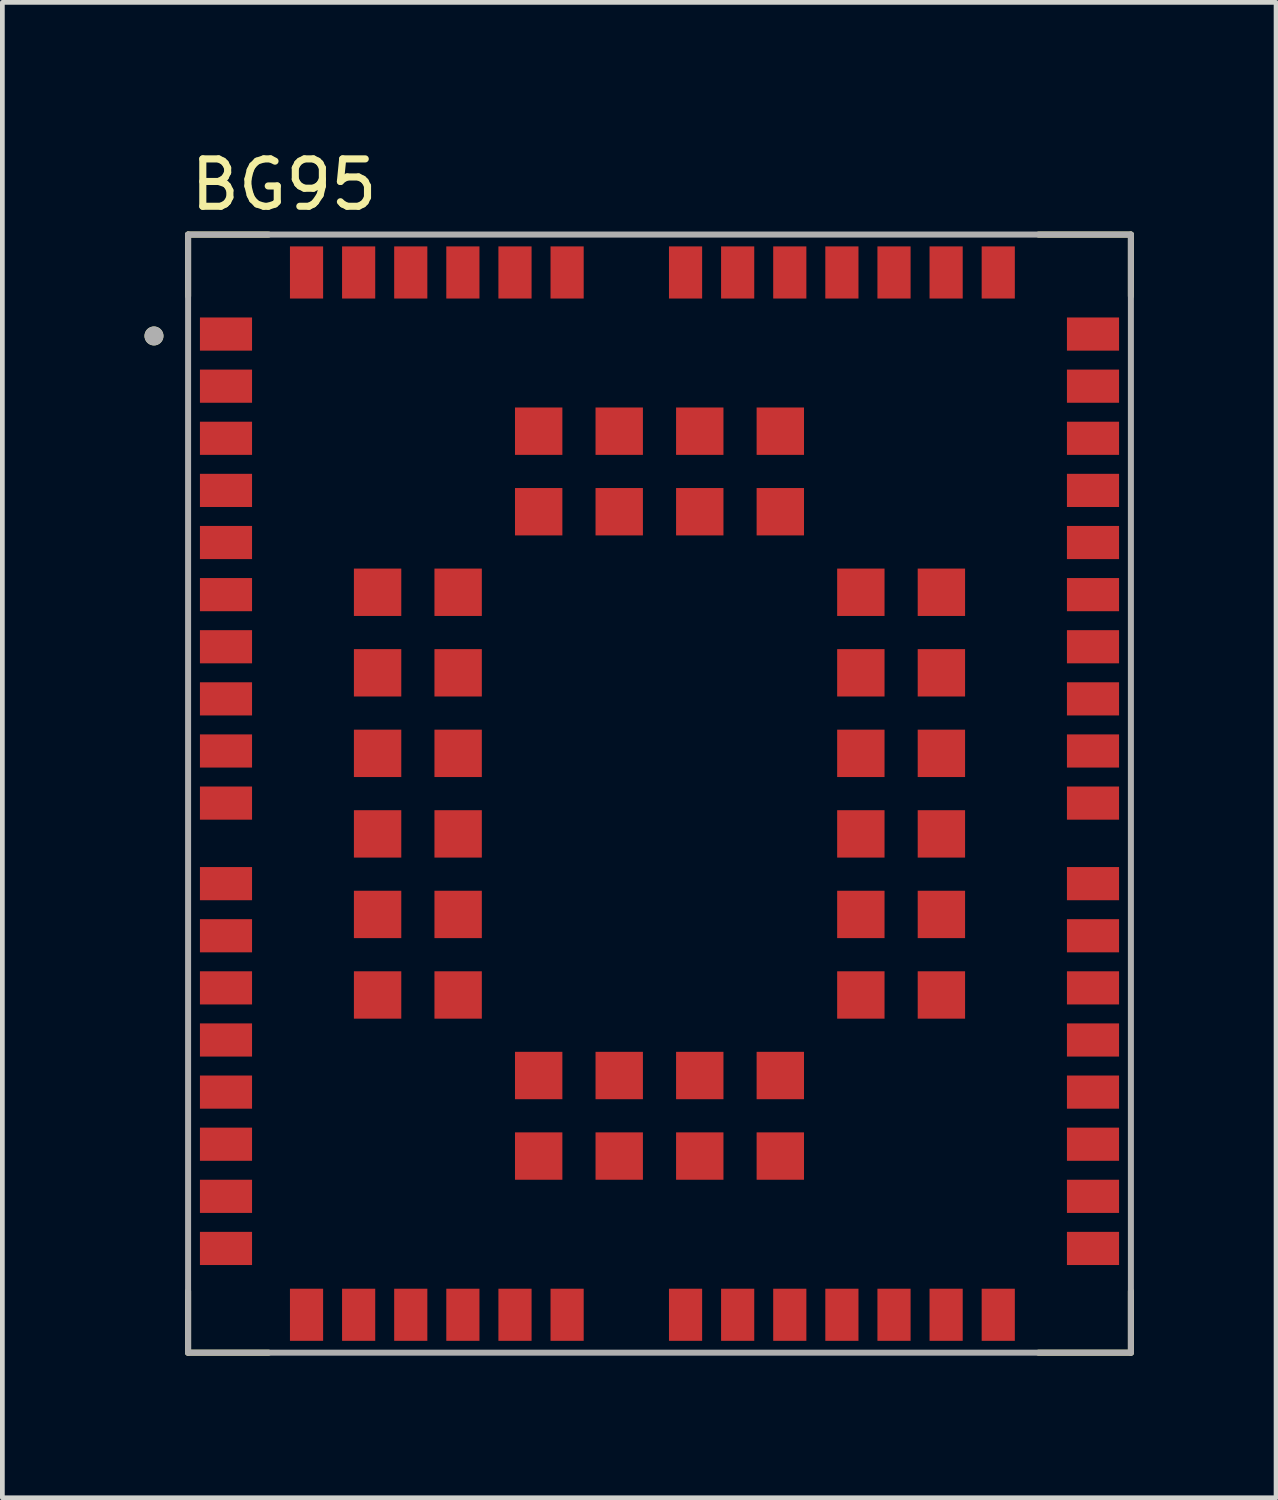
<source format=kicad_pcb>
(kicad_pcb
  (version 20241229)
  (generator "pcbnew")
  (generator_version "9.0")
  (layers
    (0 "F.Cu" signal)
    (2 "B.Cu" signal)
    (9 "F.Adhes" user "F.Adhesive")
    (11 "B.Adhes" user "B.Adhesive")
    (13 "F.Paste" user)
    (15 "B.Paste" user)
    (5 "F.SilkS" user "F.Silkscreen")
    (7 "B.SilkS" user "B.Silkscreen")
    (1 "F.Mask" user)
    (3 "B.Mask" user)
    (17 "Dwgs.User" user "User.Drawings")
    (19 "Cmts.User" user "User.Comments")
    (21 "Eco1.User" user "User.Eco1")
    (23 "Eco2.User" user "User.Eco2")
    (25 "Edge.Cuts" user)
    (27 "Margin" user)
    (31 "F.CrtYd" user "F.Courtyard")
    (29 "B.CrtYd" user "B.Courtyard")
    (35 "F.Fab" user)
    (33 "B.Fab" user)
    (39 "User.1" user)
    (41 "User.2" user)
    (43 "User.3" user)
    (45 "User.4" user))
  (footprint "BG95"
    (layer "F.Cu")
    (at 10.87 13.701)
    (property "Reference" "BG95" (at -7.925 -12.852 0) (layer "F.SilkS") (effects (font (size 1 1) (thickness 0.15))))
    (attr through_hole)
    (fp_line (start -9.95 -11.8) (end -9.95 -10.5) (stroke (width 0.127) (type solid)) (layer "F.SilkS"))
    (fp_line (start -9.95 10.5) (end -9.95 11.8) (stroke (width 0.127) (type solid)) (layer "F.SilkS"))
    (fp_line (start -9.95 11.8) (end -8.25 11.8) (stroke (width 0.127) (type solid)) (layer "F.SilkS"))
    (fp_line (start -8.25 -11.8) (end -9.95 -11.8) (stroke (width 0.127) (type solid)) (layer "F.SilkS"))
    (fp_line (start 8 -11.8) (end 9.95 -11.8) (stroke (width 0.127) (type solid)) (layer "F.SilkS"))
    (fp_line (start 9.95 -11.8) (end 9.95 -10.5) (stroke (width 0.127) (type solid)) (layer "F.SilkS"))
    (fp_line (start 9.95 10.5) (end 9.95 11.8) (stroke (width 0.127) (type solid)) (layer "F.SilkS"))
    (fp_line (start 9.95 11.8) (end 8 11.8) (stroke (width 0.127) (type solid)) (layer "F.SilkS"))
    (fp_circle (center -10.67 -9.66) (end -10.57 -9.66) (stroke (width 0.2) (type solid)) (fill no) (layer "F.SilkS"))
    (fp_circle (center -5.95 -4.25) (end -5.747 -4.25) (stroke (width 0.405) (type solid)) (fill no) (layer "F.Paste"))
    (fp_circle (center -5.95 -2.55) (end -5.747 -2.55) (stroke (width 0.405) (type solid)) (fill no) (layer "F.Paste"))
    (fp_circle (center -5.95 -0.85) (end -5.747 -0.85) (stroke (width 0.405) (type solid)) (fill no) (layer "F.Paste"))
    (fp_circle (center -5.95 0.85) (end -5.747 0.85) (stroke (width 0.405) (type solid)) (fill no) (layer "F.Paste"))
    (fp_circle (center -5.95 2.55) (end -5.747 2.55) (stroke (width 0.405) (type solid)) (fill no) (layer "F.Paste"))
    (fp_circle (center -5.95 4.25) (end -5.747 4.25) (stroke (width 0.405) (type solid)) (fill no) (layer "F.Paste"))
    (fp_circle (center -4.25 -4.25) (end -4.048 -4.25) (stroke (width 0.405) (type solid)) (fill no) (layer "F.Paste"))
    (fp_circle (center -4.25 -2.55) (end -4.048 -2.55) (stroke (width 0.405) (type solid)) (fill no) (layer "F.Paste"))
    (fp_circle (center -4.25 -0.85) (end -4.048 -0.85) (stroke (width 0.405) (type solid)) (fill no) (layer "F.Paste"))
    (fp_circle (center -4.25 0.85) (end -4.048 0.85) (stroke (width 0.405) (type solid)) (fill no) (layer "F.Paste"))
    (fp_circle (center -4.25 2.55) (end -4.048 2.55) (stroke (width 0.405) (type solid)) (fill no) (layer "F.Paste"))
    (fp_circle (center -4.25 4.25) (end -4.048 4.25) (stroke (width 0.405) (type solid)) (fill no) (layer "F.Paste"))
    (fp_circle (center -2.55 -7.65) (end -2.348 -7.65) (stroke (width 0.405) (type solid)) (fill no) (layer "F.Paste"))
    (fp_circle (center -2.55 -5.95) (end -2.348 -5.95) (stroke (width 0.405) (type solid)) (fill no) (layer "F.Paste"))
    (fp_circle (center -2.55 5.95) (end -2.348 5.95) (stroke (width 0.405) (type solid)) (fill no) (layer "F.Paste"))
    (fp_circle (center -2.55 7.65) (end -2.348 7.65) (stroke (width 0.405) (type solid)) (fill no) (layer "F.Paste"))
    (fp_circle (center -0.85 -7.65) (end -0.647 -7.65) (stroke (width 0.405) (type solid)) (fill no) (layer "F.Paste"))
    (fp_circle (center -0.85 -5.95) (end -0.647 -5.95) (stroke (width 0.405) (type solid)) (fill no) (layer "F.Paste"))
    (fp_circle (center -0.85 5.95) (end -0.647 5.95) (stroke (width 0.405) (type solid)) (fill no) (layer "F.Paste"))
    (fp_circle (center -0.85 7.65) (end -0.647 7.65) (stroke (width 0.405) (type solid)) (fill no) (layer "F.Paste"))
    (fp_circle (center 0.85 -7.65) (end 1.052 -7.65) (stroke (width 0.405) (type solid)) (fill no) (layer "F.Paste"))
    (fp_circle (center 0.85 -5.95) (end 1.052 -5.95) (stroke (width 0.405) (type solid)) (fill no) (layer "F.Paste"))
    (fp_circle (center 0.85 5.95) (end 1.052 5.95) (stroke (width 0.405) (type solid)) (fill no) (layer "F.Paste"))
    (fp_circle (center 0.85 7.65) (end 1.052 7.65) (stroke (width 0.405) (type solid)) (fill no) (layer "F.Paste"))
    (fp_circle (center 2.55 -7.65) (end 2.752 -7.65) (stroke (width 0.405) (type solid)) (fill no) (layer "F.Paste"))
    (fp_circle (center 2.55 -5.95) (end 2.752 -5.95) (stroke (width 0.405) (type solid)) (fill no) (layer "F.Paste"))
    (fp_circle (center 2.55 5.95) (end 2.752 5.95) (stroke (width 0.405) (type solid)) (fill no) (layer "F.Paste"))
    (fp_circle (center 2.55 7.65) (end 2.752 7.65) (stroke (width 0.405) (type solid)) (fill no) (layer "F.Paste"))
    (fp_circle (center 4.25 -4.25) (end 4.452 -4.25) (stroke (width 0.405) (type solid)) (fill no) (layer "F.Paste"))
    (fp_circle (center 4.25 -2.55) (end 4.452 -2.55) (stroke (width 0.405) (type solid)) (fill no) (layer "F.Paste"))
    (fp_circle (center 4.25 -0.85) (end 4.452 -0.85) (stroke (width 0.405) (type solid)) (fill no) (layer "F.Paste"))
    (fp_circle (center 4.25 0.85) (end 4.452 0.85) (stroke (width 0.405) (type solid)) (fill no) (layer "F.Paste"))
    (fp_circle (center 4.25 2.55) (end 4.452 2.55) (stroke (width 0.405) (type solid)) (fill no) (layer "F.Paste"))
    (fp_circle (center 4.25 4.25) (end 4.452 4.25) (stroke (width 0.405) (type solid)) (fill no) (layer "F.Paste"))
    (fp_circle (center 5.95 -4.25) (end 6.152 -4.25) (stroke (width 0.405) (type solid)) (fill no) (layer "F.Paste"))
    (fp_circle (center 5.95 -2.55) (end 6.152 -2.55) (stroke (width 0.405) (type solid)) (fill no) (layer "F.Paste"))
    (fp_circle (center 5.95 -0.85) (end 6.152 -0.85) (stroke (width 0.405) (type solid)) (fill no) (layer "F.Paste"))
    (fp_circle (center 5.95 0.85) (end 6.152 0.85) (stroke (width 0.405) (type solid)) (fill no) (layer "F.Paste"))
    (fp_circle (center 5.95 2.55) (end 6.152 2.55) (stroke (width 0.405) (type solid)) (fill no) (layer "F.Paste"))
    (fp_circle (center 5.95 4.25) (end 6.152 4.25) (stroke (width 0.405) (type solid)) (fill no) (layer "F.Paste"))
    (fp_poly (pts (xy -8.76 -9.385) (xy -9.54 -9.385) (xy -9.545 -9.385) (xy -9.55 -9.386) (xy -9.556 -9.386) (xy -9.561 -9.387) (xy -9.566 -9.388) (xy -9.571 -9.39) (xy -9.576 -9.392) (xy -9.581 -9.394) (xy -9.585 -9.396) (xy -9.59 -9.398) (xy -9.594 -9.401) (xy -9.599 -9.404) (xy -9.603 -9.407) (xy -9.607 -9.411) (xy -9.611 -9.414) (xy -9.614 -9.418) (xy -9.618 -9.422) (xy -9.621 -9.426) (xy -9.624 -9.431) (xy -9.627 -9.435) (xy -9.629 -9.44) (xy -9.631 -9.444) (xy -9.633 -9.449) (xy -9.635 -9.454) (xy -9.637 -9.459) (xy -9.638 -9.464) (xy -9.639 -9.469) (xy -9.639 -9.475) (xy -9.64 -9.48) (xy -9.64 -9.485) (xy -9.64 -9.915) (xy -9.64 -9.92) (xy -9.639 -9.925) (xy -9.639 -9.931) (xy -9.638 -9.936) (xy -9.637 -9.941) (xy -9.635 -9.946) (xy -9.633 -9.951) (xy -9.631 -9.956) (xy -9.629 -9.96) (xy -9.627 -9.965) (xy -9.624 -9.969) (xy -9.621 -9.974) (xy -9.618 -9.978) (xy -9.614 -9.982) (xy -9.611 -9.986) (xy -9.607 -9.989) (xy -9.603 -9.993) (xy -9.599 -9.996) (xy -9.594 -9.999) (xy -9.59 -10.002) (xy -9.585 -10.004) (xy -9.581 -10.006) (xy -9.576 -10.008) (xy -9.571 -10.01) (xy -9.566 -10.012) (xy -9.561 -10.013) (xy -9.556 -10.014) (xy -9.55 -10.014) (xy -9.545 -10.015) (xy -9.54 -10.015) (xy -9.55 -10.015) (xy -8.76 -10.015) (xy -8.755 -10.015) (xy -8.75 -10.014) (xy -8.744 -10.014) (xy -8.739 -10.013) (xy -8.734 -10.012) (xy -8.729 -10.01) (xy -8.724 -10.008) (xy -8.719 -10.006) (xy -8.715 -10.004) (xy -8.71 -10.002) (xy -8.706 -9.999) (xy -8.701 -9.996) (xy -8.697 -9.993) (xy -8.693 -9.989) (xy -8.689 -9.986) (xy -8.686 -9.982) (xy -8.682 -9.978) (xy -8.679 -9.974) (xy -8.676 -9.969) (xy -8.673 -9.965) (xy -8.671 -9.96) (xy -8.669 -9.956) (xy -8.667 -9.951) (xy -8.665 -9.946) (xy -8.663 -9.941) (xy -8.662 -9.936) (xy -8.661 -9.931) (xy -8.661 -9.925) (xy -8.66 -9.92) (xy -8.66 -9.915) (xy -8.66 -9.485) (xy -8.66 -9.48) (xy -8.661 -9.475) (xy -8.661 -9.469) (xy -8.662 -9.464) (xy -8.663 -9.459) (xy -8.665 -9.454) (xy -8.667 -9.449) (xy -8.669 -9.444) (xy -8.671 -9.44) (xy -8.673 -9.435) (xy -8.676 -9.431) (xy -8.679 -9.426) (xy -8.682 -9.422) (xy -8.686 -9.418) (xy -8.689 -9.414) (xy -8.693 -9.411) (xy -8.697 -9.407) (xy -8.701 -9.404) (xy -8.706 -9.401) (xy -8.71 -9.398) (xy -8.715 -9.396) (xy -8.719 -9.394) (xy -8.724 -9.392) (xy -8.729 -9.39) (xy -8.734 -9.388) (xy -8.739 -9.387) (xy -8.744 -9.386) (xy -8.75 -9.386) (xy -8.755 -9.385) (xy -8.76 -9.385)) (stroke (width 0.01) (type solid)) (fill yes) (layer "F.Paste"))
    (fp_poly (pts (xy -8.76 -8.285) (xy -9.54 -8.285) (xy -9.545 -8.285) (xy -9.55 -8.286) (xy -9.556 -8.286) (xy -9.561 -8.287) (xy -9.566 -8.288) (xy -9.571 -8.29) (xy -9.576 -8.292) (xy -9.581 -8.294) (xy -9.585 -8.296) (xy -9.59 -8.298) (xy -9.594 -8.301) (xy -9.599 -8.304) (xy -9.603 -8.307) (xy -9.607 -8.311) (xy -9.611 -8.314) (xy -9.614 -8.318) (xy -9.618 -8.322) (xy -9.621 -8.326) (xy -9.624 -8.331) (xy -9.627 -8.335) (xy -9.629 -8.34) (xy -9.631 -8.344) (xy -9.633 -8.349) (xy -9.635 -8.354) (xy -9.637 -8.359) (xy -9.638 -8.364) (xy -9.639 -8.369) (xy -9.639 -8.375) (xy -9.64 -8.38) (xy -9.64 -8.385) (xy -9.64 -8.815) (xy -9.64 -8.82) (xy -9.639 -8.825) (xy -9.639 -8.831) (xy -9.638 -8.836) (xy -9.637 -8.841) (xy -9.635 -8.846) (xy -9.633 -8.851) (xy -9.631 -8.856) (xy -9.629 -8.86) (xy -9.627 -8.865) (xy -9.624 -8.869) (xy -9.621 -8.874) (xy -9.618 -8.878) (xy -9.614 -8.882) (xy -9.611 -8.886) (xy -9.607 -8.889) (xy -9.603 -8.893) (xy -9.599 -8.896) (xy -9.594 -8.899) (xy -9.59 -8.902) (xy -9.585 -8.904) (xy -9.581 -8.906) (xy -9.576 -8.908) (xy -9.571 -8.91) (xy -9.566 -8.912) (xy -9.561 -8.913) (xy -9.556 -8.914) (xy -9.55 -8.914) (xy -9.545 -8.915) (xy -9.54 -8.915) (xy -9.55 -8.915) (xy -8.76 -8.915) (xy -8.755 -8.915) (xy -8.75 -8.914) (xy -8.744 -8.914) (xy -8.739 -8.913) (xy -8.734 -8.912) (xy -8.729 -8.91) (xy -8.724 -8.908) (xy -8.719 -8.906) (xy -8.715 -8.904) (xy -8.71 -8.902) (xy -8.706 -8.899) (xy -8.701 -8.896) (xy -8.697 -8.893) (xy -8.693 -8.889) (xy -8.689 -8.886) (xy -8.686 -8.882) (xy -8.682 -8.878) (xy -8.679 -8.874) (xy -8.676 -8.869) (xy -8.673 -8.865) (xy -8.671 -8.86) (xy -8.669 -8.856) (xy -8.667 -8.851) (xy -8.665 -8.846) (xy -8.663 -8.841) (xy -8.662 -8.836) (xy -8.661 -8.831) (xy -8.661 -8.825) (xy -8.66 -8.82) (xy -8.66 -8.815) (xy -8.66 -8.385) (xy -8.66 -8.38) (xy -8.661 -8.375) (xy -8.661 -8.369) (xy -8.662 -8.364) (xy -8.663 -8.359) (xy -8.665 -8.354) (xy -8.667 -8.349) (xy -8.669 -8.344) (xy -8.671 -8.34) (xy -8.673 -8.335) (xy -8.676 -8.331) (xy -8.679 -8.326) (xy -8.682 -8.322) (xy -8.686 -8.318) (xy -8.689 -8.314) (xy -8.693 -8.311) (xy -8.697 -8.307) (xy -8.701 -8.304) (xy -8.706 -8.301) (xy -8.71 -8.298) (xy -8.715 -8.296) (xy -8.719 -8.294) (xy -8.724 -8.292) (xy -8.729 -8.29) (xy -8.734 -8.288) (xy -8.739 -8.287) (xy -8.744 -8.286) (xy -8.75 -8.286) (xy -8.755 -8.285) (xy -8.76 -8.285)) (stroke (width 0.01) (type solid)) (fill yes) (layer "F.Paste"))
    (fp_poly (pts (xy -8.76 -7.185) (xy -9.54 -7.185) (xy -9.545 -7.185) (xy -9.55 -7.186) (xy -9.556 -7.186) (xy -9.561 -7.187) (xy -9.566 -7.188) (xy -9.571 -7.19) (xy -9.576 -7.192) (xy -9.581 -7.194) (xy -9.585 -7.196) (xy -9.59 -7.198) (xy -9.594 -7.201) (xy -9.599 -7.204) (xy -9.603 -7.207) (xy -9.607 -7.211) (xy -9.611 -7.214) (xy -9.614 -7.218) (xy -9.618 -7.222) (xy -9.621 -7.226) (xy -9.624 -7.231) (xy -9.627 -7.235) (xy -9.629 -7.24) (xy -9.631 -7.244) (xy -9.633 -7.249) (xy -9.635 -7.254) (xy -9.637 -7.259) (xy -9.638 -7.264) (xy -9.639 -7.269) (xy -9.639 -7.275) (xy -9.64 -7.28) (xy -9.64 -7.285) (xy -9.64 -7.715) (xy -9.64 -7.72) (xy -9.639 -7.725) (xy -9.639 -7.731) (xy -9.638 -7.736) (xy -9.637 -7.741) (xy -9.635 -7.746) (xy -9.633 -7.751) (xy -9.631 -7.756) (xy -9.629 -7.76) (xy -9.627 -7.765) (xy -9.624 -7.769) (xy -9.621 -7.774) (xy -9.618 -7.778) (xy -9.614 -7.782) (xy -9.611 -7.786) (xy -9.607 -7.789) (xy -9.603 -7.793) (xy -9.599 -7.796) (xy -9.594 -7.799) (xy -9.59 -7.802) (xy -9.585 -7.804) (xy -9.581 -7.806) (xy -9.576 -7.808) (xy -9.571 -7.81) (xy -9.566 -7.812) (xy -9.561 -7.813) (xy -9.556 -7.814) (xy -9.55 -7.814) (xy -9.545 -7.815) (xy -9.54 -7.815) (xy -9.55 -7.815) (xy -8.76 -7.815) (xy -8.755 -7.815) (xy -8.75 -7.814) (xy -8.744 -7.814) (xy -8.739 -7.813) (xy -8.734 -7.812) (xy -8.729 -7.81) (xy -8.724 -7.808) (xy -8.719 -7.806) (xy -8.715 -7.804) (xy -8.71 -7.802) (xy -8.706 -7.799) (xy -8.701 -7.796) (xy -8.697 -7.793) (xy -8.693 -7.789) (xy -8.689 -7.786) (xy -8.686 -7.782) (xy -8.682 -7.778) (xy -8.679 -7.774) (xy -8.676 -7.769) (xy -8.673 -7.765) (xy -8.671 -7.76) (xy -8.669 -7.756) (xy -8.667 -7.751) (xy -8.665 -7.746) (xy -8.663 -7.741) (xy -8.662 -7.736) (xy -8.661 -7.731) (xy -8.661 -7.725) (xy -8.66 -7.72) (xy -8.66 -7.715) (xy -8.66 -7.285) (xy -8.66 -7.28) (xy -8.661 -7.275) (xy -8.661 -7.269) (xy -8.662 -7.264) (xy -8.663 -7.259) (xy -8.665 -7.254) (xy -8.667 -7.249) (xy -8.669 -7.244) (xy -8.671 -7.24) (xy -8.673 -7.235) (xy -8.676 -7.231) (xy -8.679 -7.226) (xy -8.682 -7.222) (xy -8.686 -7.218) (xy -8.689 -7.214) (xy -8.693 -7.211) (xy -8.697 -7.207) (xy -8.701 -7.204) (xy -8.706 -7.201) (xy -8.71 -7.198) (xy -8.715 -7.196) (xy -8.719 -7.194) (xy -8.724 -7.192) (xy -8.729 -7.19) (xy -8.734 -7.188) (xy -8.739 -7.187) (xy -8.744 -7.186) (xy -8.75 -7.186) (xy -8.755 -7.185) (xy -8.76 -7.185)) (stroke (width 0.01) (type solid)) (fill yes) (layer "F.Paste"))
    (fp_poly (pts (xy -8.76 -6.085) (xy -9.54 -6.085) (xy -9.545 -6.085) (xy -9.55 -6.086) (xy -9.556 -6.086) (xy -9.561 -6.087) (xy -9.566 -6.088) (xy -9.571 -6.09) (xy -9.576 -6.092) (xy -9.581 -6.094) (xy -9.585 -6.096) (xy -9.59 -6.098) (xy -9.594 -6.101) (xy -9.599 -6.104) (xy -9.603 -6.107) (xy -9.607 -6.111) (xy -9.611 -6.114) (xy -9.614 -6.118) (xy -9.618 -6.122) (xy -9.621 -6.126) (xy -9.624 -6.131) (xy -9.627 -6.135) (xy -9.629 -6.14) (xy -9.631 -6.144) (xy -9.633 -6.149) (xy -9.635 -6.154) (xy -9.637 -6.159) (xy -9.638 -6.164) (xy -9.639 -6.169) (xy -9.639 -6.175) (xy -9.64 -6.18) (xy -9.64 -6.185) (xy -9.64 -6.615) (xy -9.64 -6.62) (xy -9.639 -6.625) (xy -9.639 -6.631) (xy -9.638 -6.636) (xy -9.637 -6.641) (xy -9.635 -6.646) (xy -9.633 -6.651) (xy -9.631 -6.656) (xy -9.629 -6.66) (xy -9.627 -6.665) (xy -9.624 -6.669) (xy -9.621 -6.674) (xy -9.618 -6.678) (xy -9.614 -6.682) (xy -9.611 -6.686) (xy -9.607 -6.689) (xy -9.603 -6.693) (xy -9.599 -6.696) (xy -9.594 -6.699) (xy -9.59 -6.702) (xy -9.585 -6.704) (xy -9.581 -6.706) (xy -9.576 -6.708) (xy -9.571 -6.71) (xy -9.566 -6.712) (xy -9.561 -6.713) (xy -9.556 -6.714) (xy -9.55 -6.714) (xy -9.545 -6.715) (xy -9.54 -6.715) (xy -9.55 -6.715) (xy -8.76 -6.715) (xy -8.755 -6.715) (xy -8.75 -6.714) (xy -8.744 -6.714) (xy -8.739 -6.713) (xy -8.734 -6.712) (xy -8.729 -6.71) (xy -8.724 -6.708) (xy -8.719 -6.706) (xy -8.715 -6.704) (xy -8.71 -6.702) (xy -8.706 -6.699) (xy -8.701 -6.696) (xy -8.697 -6.693) (xy -8.693 -6.689) (xy -8.689 -6.686) (xy -8.686 -6.682) (xy -8.682 -6.678) (xy -8.679 -6.674) (xy -8.676 -6.669) (xy -8.673 -6.665) (xy -8.671 -6.66) (xy -8.669 -6.656) (xy -8.667 -6.651) (xy -8.665 -6.646) (xy -8.663 -6.641) (xy -8.662 -6.636) (xy -8.661 -6.631) (xy -8.661 -6.625) (xy -8.66 -6.62) (xy -8.66 -6.615) (xy -8.66 -6.185) (xy -8.66 -6.18) (xy -8.661 -6.175) (xy -8.661 -6.169) (xy -8.662 -6.164) (xy -8.663 -6.159) (xy -8.665 -6.154) (xy -8.667 -6.149) (xy -8.669 -6.144) (xy -8.671 -6.14) (xy -8.673 -6.135) (xy -8.676 -6.131) (xy -8.679 -6.126) (xy -8.682 -6.122) (xy -8.686 -6.118) (xy -8.689 -6.114) (xy -8.693 -6.111) (xy -8.697 -6.107) (xy -8.701 -6.104) (xy -8.706 -6.101) (xy -8.71 -6.098) (xy -8.715 -6.096) (xy -8.719 -6.094) (xy -8.724 -6.092) (xy -8.729 -6.09) (xy -8.734 -6.088) (xy -8.739 -6.087) (xy -8.744 -6.086) (xy -8.75 -6.086) (xy -8.755 -6.085) (xy -8.76 -6.085)) (stroke (width 0.01) (type solid)) (fill yes) (layer "F.Paste"))
    (fp_poly (pts (xy -8.76 -4.985) (xy -9.54 -4.985) (xy -9.545 -4.985) (xy -9.55 -4.986) (xy -9.556 -4.986) (xy -9.561 -4.987) (xy -9.566 -4.988) (xy -9.571 -4.99) (xy -9.576 -4.992) (xy -9.581 -4.994) (xy -9.585 -4.996) (xy -9.59 -4.998) (xy -9.594 -5.001) (xy -9.599 -5.004) (xy -9.603 -5.007) (xy -9.607 -5.011) (xy -9.611 -5.014) (xy -9.614 -5.018) (xy -9.618 -5.022) (xy -9.621 -5.026) (xy -9.624 -5.031) (xy -9.627 -5.035) (xy -9.629 -5.04) (xy -9.631 -5.044) (xy -9.633 -5.049) (xy -9.635 -5.054) (xy -9.637 -5.059) (xy -9.638 -5.064) (xy -9.639 -5.069) (xy -9.639 -5.075) (xy -9.64 -5.08) (xy -9.64 -5.085) (xy -9.64 -5.515) (xy -9.64 -5.52) (xy -9.639 -5.525) (xy -9.639 -5.531) (xy -9.638 -5.536) (xy -9.637 -5.541) (xy -9.635 -5.546) (xy -9.633 -5.551) (xy -9.631 -5.556) (xy -9.629 -5.56) (xy -9.627 -5.565) (xy -9.624 -5.569) (xy -9.621 -5.574) (xy -9.618 -5.578) (xy -9.614 -5.582) (xy -9.611 -5.586) (xy -9.607 -5.589) (xy -9.603 -5.593) (xy -9.599 -5.596) (xy -9.594 -5.599) (xy -9.59 -5.602) (xy -9.585 -5.604) (xy -9.581 -5.606) (xy -9.576 -5.608) (xy -9.571 -5.61) (xy -9.566 -5.612) (xy -9.561 -5.613) (xy -9.556 -5.614) (xy -9.55 -5.614) (xy -9.545 -5.615) (xy -9.54 -5.615) (xy -9.55 -5.615) (xy -8.76 -5.615) (xy -8.755 -5.615) (xy -8.75 -5.614) (xy -8.744 -5.614) (xy -8.739 -5.613) (xy -8.734 -5.612) (xy -8.729 -5.61) (xy -8.724 -5.608) (xy -8.719 -5.606) (xy -8.715 -5.604) (xy -8.71 -5.602) (xy -8.706 -5.599) (xy -8.701 -5.596) (xy -8.697 -5.593) (xy -8.693 -5.589) (xy -8.689 -5.586) (xy -8.686 -5.582) (xy -8.682 -5.578) (xy -8.679 -5.574) (xy -8.676 -5.569) (xy -8.673 -5.565) (xy -8.671 -5.56) (xy -8.669 -5.556) (xy -8.667 -5.551) (xy -8.665 -5.546) (xy -8.663 -5.541) (xy -8.662 -5.536) (xy -8.661 -5.531) (xy -8.661 -5.525) (xy -8.66 -5.52) (xy -8.66 -5.515) (xy -8.66 -5.085) (xy -8.66 -5.08) (xy -8.661 -5.075) (xy -8.661 -5.069) (xy -8.662 -5.064) (xy -8.663 -5.059) (xy -8.665 -5.054) (xy -8.667 -5.049) (xy -8.669 -5.044) (xy -8.671 -5.04) (xy -8.673 -5.035) (xy -8.676 -5.031) (xy -8.679 -5.026) (xy -8.682 -5.022) (xy -8.686 -5.018) (xy -8.689 -5.014) (xy -8.693 -5.011) (xy -8.697 -5.007) (xy -8.701 -5.004) (xy -8.706 -5.001) (xy -8.71 -4.998) (xy -8.715 -4.996) (xy -8.719 -4.994) (xy -8.724 -4.992) (xy -8.729 -4.99) (xy -8.734 -4.988) (xy -8.739 -4.987) (xy -8.744 -4.986) (xy -8.75 -4.986) (xy -8.755 -4.985) (xy -8.76 -4.985)) (stroke (width 0.01) (type solid)) (fill yes) (layer "F.Paste"))
    (fp_poly (pts (xy -8.76 -3.885) (xy -9.54 -3.885) (xy -9.545 -3.885) (xy -9.55 -3.886) (xy -9.556 -3.886) (xy -9.561 -3.887) (xy -9.566 -3.888) (xy -9.571 -3.89) (xy -9.576 -3.892) (xy -9.581 -3.894) (xy -9.585 -3.896) (xy -9.59 -3.898) (xy -9.594 -3.901) (xy -9.599 -3.904) (xy -9.603 -3.907) (xy -9.607 -3.911) (xy -9.611 -3.914) (xy -9.614 -3.918) (xy -9.618 -3.922) (xy -9.621 -3.926) (xy -9.624 -3.931) (xy -9.627 -3.935) (xy -9.629 -3.94) (xy -9.631 -3.944) (xy -9.633 -3.949) (xy -9.635 -3.954) (xy -9.637 -3.959) (xy -9.638 -3.964) (xy -9.639 -3.969) (xy -9.639 -3.975) (xy -9.64 -3.98) (xy -9.64 -3.985) (xy -9.64 -4.415) (xy -9.64 -4.42) (xy -9.639 -4.425) (xy -9.639 -4.431) (xy -9.638 -4.436) (xy -9.637 -4.441) (xy -9.635 -4.446) (xy -9.633 -4.451) (xy -9.631 -4.456) (xy -9.629 -4.46) (xy -9.627 -4.465) (xy -9.624 -4.469) (xy -9.621 -4.474) (xy -9.618 -4.478) (xy -9.614 -4.482) (xy -9.611 -4.486) (xy -9.607 -4.489) (xy -9.603 -4.493) (xy -9.599 -4.496) (xy -9.594 -4.499) (xy -9.59 -4.502) (xy -9.585 -4.504) (xy -9.581 -4.506) (xy -9.576 -4.508) (xy -9.571 -4.51) (xy -9.566 -4.512) (xy -9.561 -4.513) (xy -9.556 -4.514) (xy -9.55 -4.514) (xy -9.545 -4.515) (xy -9.54 -4.515) (xy -9.55 -4.515) (xy -8.76 -4.515) (xy -8.755 -4.515) (xy -8.75 -4.514) (xy -8.744 -4.514) (xy -8.739 -4.513) (xy -8.734 -4.512) (xy -8.729 -4.51) (xy -8.724 -4.508) (xy -8.719 -4.506) (xy -8.715 -4.504) (xy -8.71 -4.502) (xy -8.706 -4.499) (xy -8.701 -4.496) (xy -8.697 -4.493) (xy -8.693 -4.489) (xy -8.689 -4.486) (xy -8.686 -4.482) (xy -8.682 -4.478) (xy -8.679 -4.474) (xy -8.676 -4.469) (xy -8.673 -4.465) (xy -8.671 -4.46) (xy -8.669 -4.456) (xy -8.667 -4.451) (xy -8.665 -4.446) (xy -8.663 -4.441) (xy -8.662 -4.436) (xy -8.661 -4.431) (xy -8.661 -4.425) (xy -8.66 -4.42) (xy -8.66 -4.415) (xy -8.66 -3.985) (xy -8.66 -3.98) (xy -8.661 -3.975) (xy -8.661 -3.969) (xy -8.662 -3.964) (xy -8.663 -3.959) (xy -8.665 -3.954) (xy -8.667 -3.949) (xy -8.669 -3.944) (xy -8.671 -3.94) (xy -8.673 -3.935) (xy -8.676 -3.931) (xy -8.679 -3.926) (xy -8.682 -3.922) (xy -8.686 -3.918) (xy -8.689 -3.914) (xy -8.693 -3.911) (xy -8.697 -3.907) (xy -8.701 -3.904) (xy -8.706 -3.901) (xy -8.71 -3.898) (xy -8.715 -3.896) (xy -8.719 -3.894) (xy -8.724 -3.892) (xy -8.729 -3.89) (xy -8.734 -3.888) (xy -8.739 -3.887) (xy -8.744 -3.886) (xy -8.75 -3.886) (xy -8.755 -3.885) (xy -8.76 -3.885)) (stroke (width 0.01) (type solid)) (fill yes) (layer "F.Paste"))
    (fp_poly (pts (xy -8.76 -2.785) (xy -9.54 -2.785) (xy -9.545 -2.785) (xy -9.55 -2.786) (xy -9.556 -2.786) (xy -9.561 -2.787) (xy -9.566 -2.788) (xy -9.571 -2.79) (xy -9.576 -2.792) (xy -9.581 -2.794) (xy -9.585 -2.796) (xy -9.59 -2.798) (xy -9.594 -2.801) (xy -9.599 -2.804) (xy -9.603 -2.807) (xy -9.607 -2.811) (xy -9.611 -2.814) (xy -9.614 -2.818) (xy -9.618 -2.822) (xy -9.621 -2.826) (xy -9.624 -2.831) (xy -9.627 -2.835) (xy -9.629 -2.84) (xy -9.631 -2.844) (xy -9.633 -2.849) (xy -9.635 -2.854) (xy -9.637 -2.859) (xy -9.638 -2.864) (xy -9.639 -2.869) (xy -9.639 -2.875) (xy -9.64 -2.88) (xy -9.64 -2.885) (xy -9.64 -3.315) (xy -9.64 -3.32) (xy -9.639 -3.325) (xy -9.639 -3.331) (xy -9.638 -3.336) (xy -9.637 -3.341) (xy -9.635 -3.346) (xy -9.633 -3.351) (xy -9.631 -3.356) (xy -9.629 -3.36) (xy -9.627 -3.365) (xy -9.624 -3.369) (xy -9.621 -3.374) (xy -9.618 -3.378) (xy -9.614 -3.382) (xy -9.611 -3.386) (xy -9.607 -3.389) (xy -9.603 -3.393) (xy -9.599 -3.396) (xy -9.594 -3.399) (xy -9.59 -3.402) (xy -9.585 -3.404) (xy -9.581 -3.406) (xy -9.576 -3.408) (xy -9.571 -3.41) (xy -9.566 -3.412) (xy -9.561 -3.413) (xy -9.556 -3.414) (xy -9.55 -3.414) (xy -9.545 -3.415) (xy -9.54 -3.415) (xy -9.55 -3.415) (xy -8.76 -3.415) (xy -8.755 -3.415) (xy -8.75 -3.414) (xy -8.744 -3.414) (xy -8.739 -3.413) (xy -8.734 -3.412) (xy -8.729 -3.41) (xy -8.724 -3.408) (xy -8.719 -3.406) (xy -8.715 -3.404) (xy -8.71 -3.402) (xy -8.706 -3.399) (xy -8.701 -3.396) (xy -8.697 -3.393) (xy -8.693 -3.389) (xy -8.689 -3.386) (xy -8.686 -3.382) (xy -8.682 -3.378) (xy -8.679 -3.374) (xy -8.676 -3.369) (xy -8.673 -3.365) (xy -8.671 -3.36) (xy -8.669 -3.356) (xy -8.667 -3.351) (xy -8.665 -3.346) (xy -8.663 -3.341) (xy -8.662 -3.336) (xy -8.661 -3.331) (xy -8.661 -3.325) (xy -8.66 -3.32) (xy -8.66 -3.315) (xy -8.66 -2.885) (xy -8.66 -2.88) (xy -8.661 -2.875) (xy -8.661 -2.869) (xy -8.662 -2.864) (xy -8.663 -2.859) (xy -8.665 -2.854) (xy -8.667 -2.849) (xy -8.669 -2.844) (xy -8.671 -2.84) (xy -8.673 -2.835) (xy -8.676 -2.831) (xy -8.679 -2.826) (xy -8.682 -2.822) (xy -8.686 -2.818) (xy -8.689 -2.814) (xy -8.693 -2.811) (xy -8.697 -2.807) (xy -8.701 -2.804) (xy -8.706 -2.801) (xy -8.71 -2.798) (xy -8.715 -2.796) (xy -8.719 -2.794) (xy -8.724 -2.792) (xy -8.729 -2.79) (xy -8.734 -2.788) (xy -8.739 -2.787) (xy -8.744 -2.786) (xy -8.75 -2.786) (xy -8.755 -2.785) (xy -8.76 -2.785)) (stroke (width 0.01) (type solid)) (fill yes) (layer "F.Paste"))
    (fp_poly (pts (xy -8.76 -1.685) (xy -9.54 -1.685) (xy -9.545 -1.685) (xy -9.55 -1.686) (xy -9.556 -1.686) (xy -9.561 -1.687) (xy -9.566 -1.688) (xy -9.571 -1.69) (xy -9.576 -1.692) (xy -9.581 -1.694) (xy -9.585 -1.696) (xy -9.59 -1.698) (xy -9.594 -1.701) (xy -9.599 -1.704) (xy -9.603 -1.707) (xy -9.607 -1.711) (xy -9.611 -1.714) (xy -9.614 -1.718) (xy -9.618 -1.722) (xy -9.621 -1.726) (xy -9.624 -1.731) (xy -9.627 -1.735) (xy -9.629 -1.74) (xy -9.631 -1.744) (xy -9.633 -1.749) (xy -9.635 -1.754) (xy -9.637 -1.759) (xy -9.638 -1.764) (xy -9.639 -1.769) (xy -9.639 -1.775) (xy -9.64 -1.78) (xy -9.64 -1.785) (xy -9.64 -2.215) (xy -9.64 -2.22) (xy -9.639 -2.225) (xy -9.639 -2.231) (xy -9.638 -2.236) (xy -9.637 -2.241) (xy -9.635 -2.246) (xy -9.633 -2.251) (xy -9.631 -2.256) (xy -9.629 -2.26) (xy -9.627 -2.265) (xy -9.624 -2.269) (xy -9.621 -2.274) (xy -9.618 -2.278) (xy -9.614 -2.282) (xy -9.611 -2.286) (xy -9.607 -2.289) (xy -9.603 -2.293) (xy -9.599 -2.296) (xy -9.594 -2.299) (xy -9.59 -2.302) (xy -9.585 -2.304) (xy -9.581 -2.306) (xy -9.576 -2.308) (xy -9.571 -2.31) (xy -9.566 -2.312) (xy -9.561 -2.313) (xy -9.556 -2.314) (xy -9.55 -2.314) (xy -9.545 -2.315) (xy -9.54 -2.315) (xy -9.55 -2.315) (xy -8.76 -2.315) (xy -8.755 -2.315) (xy -8.75 -2.314) (xy -8.744 -2.314) (xy -8.739 -2.313) (xy -8.734 -2.312) (xy -8.729 -2.31) (xy -8.724 -2.308) (xy -8.719 -2.306) (xy -8.715 -2.304) (xy -8.71 -2.302) (xy -8.706 -2.299) (xy -8.701 -2.296) (xy -8.697 -2.293) (xy -8.693 -2.289) (xy -8.689 -2.286) (xy -8.686 -2.282) (xy -8.682 -2.278) (xy -8.679 -2.274) (xy -8.676 -2.269) (xy -8.673 -2.265) (xy -8.671 -2.26) (xy -8.669 -2.256) (xy -8.667 -2.251) (xy -8.665 -2.246) (xy -8.663 -2.241) (xy -8.662 -2.236) (xy -8.661 -2.231) (xy -8.661 -2.225) (xy -8.66 -2.22) (xy -8.66 -2.215) (xy -8.66 -1.785) (xy -8.66 -1.78) (xy -8.661 -1.775) (xy -8.661 -1.769) (xy -8.662 -1.764) (xy -8.663 -1.759) (xy -8.665 -1.754) (xy -8.667 -1.749) (xy -8.669 -1.744) (xy -8.671 -1.74) (xy -8.673 -1.735) (xy -8.676 -1.731) (xy -8.679 -1.726) (xy -8.682 -1.722) (xy -8.686 -1.718) (xy -8.689 -1.714) (xy -8.693 -1.711) (xy -8.697 -1.707) (xy -8.701 -1.704) (xy -8.706 -1.701) (xy -8.71 -1.698) (xy -8.715 -1.696) (xy -8.719 -1.694) (xy -8.724 -1.692) (xy -8.729 -1.69) (xy -8.734 -1.688) (xy -8.739 -1.687) (xy -8.744 -1.686) (xy -8.75 -1.686) (xy -8.755 -1.685) (xy -8.76 -1.685)) (stroke (width 0.01) (type solid)) (fill yes) (layer "F.Paste"))
    (fp_poly (pts (xy -8.76 -0.585) (xy -9.54 -0.585) (xy -9.545 -0.585) (xy -9.55 -0.586) (xy -9.556 -0.586) (xy -9.561 -0.587) (xy -9.566 -0.588) (xy -9.571 -0.59) (xy -9.576 -0.592) (xy -9.581 -0.594) (xy -9.585 -0.596) (xy -9.59 -0.598) (xy -9.594 -0.601) (xy -9.599 -0.604) (xy -9.603 -0.607) (xy -9.607 -0.611) (xy -9.611 -0.614) (xy -9.614 -0.618) (xy -9.618 -0.622) (xy -9.621 -0.626) (xy -9.624 -0.631) (xy -9.627 -0.635) (xy -9.629 -0.64) (xy -9.631 -0.644) (xy -9.633 -0.649) (xy -9.635 -0.654) (xy -9.637 -0.659) (xy -9.638 -0.664) (xy -9.639 -0.669) (xy -9.639 -0.675) (xy -9.64 -0.68) (xy -9.64 -0.685) (xy -9.64 -1.115) (xy -9.64 -1.12) (xy -9.639 -1.125) (xy -9.639 -1.131) (xy -9.638 -1.136) (xy -9.637 -1.141) (xy -9.635 -1.146) (xy -9.633 -1.151) (xy -9.631 -1.156) (xy -9.629 -1.16) (xy -9.627 -1.165) (xy -9.624 -1.169) (xy -9.621 -1.174) (xy -9.618 -1.178) (xy -9.614 -1.182) (xy -9.611 -1.186) (xy -9.607 -1.189) (xy -9.603 -1.193) (xy -9.599 -1.196) (xy -9.594 -1.199) (xy -9.59 -1.202) (xy -9.585 -1.204) (xy -9.581 -1.206) (xy -9.576 -1.208) (xy -9.571 -1.21) (xy -9.566 -1.212) (xy -9.561 -1.213) (xy -9.556 -1.214) (xy -9.55 -1.214) (xy -9.545 -1.215) (xy -9.54 -1.215) (xy -9.55 -1.215) (xy -8.76 -1.215) (xy -8.755 -1.215) (xy -8.75 -1.214) (xy -8.744 -1.214) (xy -8.739 -1.213) (xy -8.734 -1.212) (xy -8.729 -1.21) (xy -8.724 -1.208) (xy -8.719 -1.206) (xy -8.715 -1.204) (xy -8.71 -1.202) (xy -8.706 -1.199) (xy -8.701 -1.196) (xy -8.697 -1.193) (xy -8.693 -1.189) (xy -8.689 -1.186) (xy -8.686 -1.182) (xy -8.682 -1.178) (xy -8.679 -1.174) (xy -8.676 -1.169) (xy -8.673 -1.165) (xy -8.671 -1.16) (xy -8.669 -1.156) (xy -8.667 -1.151) (xy -8.665 -1.146) (xy -8.663 -1.141) (xy -8.662 -1.136) (xy -8.661 -1.131) (xy -8.661 -1.125) (xy -8.66 -1.12) (xy -8.66 -1.115) (xy -8.66 -0.685) (xy -8.66 -0.68) (xy -8.661 -0.675) (xy -8.661 -0.669) (xy -8.662 -0.664) (xy -8.663 -0.659) (xy -8.665 -0.654) (xy -8.667 -0.649) (xy -8.669 -0.644) (xy -8.671 -0.64) (xy -8.673 -0.635) (xy -8.676 -0.631) (xy -8.679 -0.626) (xy -8.682 -0.622) (xy -8.686 -0.618) (xy -8.689 -0.614) (xy -8.693 -0.611) (xy -8.697 -0.607) (xy -8.701 -0.604) (xy -8.706 -0.601) (xy -8.71 -0.598) (xy -8.715 -0.596) (xy -8.719 -0.594) (xy -8.724 -0.592) (xy -8.729 -0.59) (xy -8.734 -0.588) (xy -8.739 -0.587) (xy -8.744 -0.586) (xy -8.75 -0.586) (xy -8.755 -0.585) (xy -8.76 -0.585)) (stroke (width 0.01) (type solid)) (fill yes) (layer "F.Paste"))
    (fp_poly (pts (xy -8.76 0.515) (xy -9.54 0.515) (xy -9.545 0.515) (xy -9.55 0.514) (xy -9.556 0.514) (xy -9.561 0.513) (xy -9.566 0.512) (xy -9.571 0.51) (xy -9.576 0.508) (xy -9.581 0.506) (xy -9.585 0.504) (xy -9.59 0.502) (xy -9.594 0.499) (xy -9.599 0.496) (xy -9.603 0.493) (xy -9.607 0.489) (xy -9.611 0.486) (xy -9.614 0.482) (xy -9.618 0.478) (xy -9.621 0.474) (xy -9.624 0.469) (xy -9.627 0.465) (xy -9.629 0.46) (xy -9.631 0.456) (xy -9.633 0.451) (xy -9.635 0.446) (xy -9.637 0.441) (xy -9.638 0.436) (xy -9.639 0.431) (xy -9.639 0.425) (xy -9.64 0.42) (xy -9.64 0.415) (xy -9.64 -0.015) (xy -9.64 -0.02) (xy -9.639 -0.025) (xy -9.639 -0.031) (xy -9.638 -0.036) (xy -9.637 -0.041) (xy -9.635 -0.046) (xy -9.633 -0.051) (xy -9.631 -0.056) (xy -9.629 -0.06) (xy -9.627 -0.065) (xy -9.624 -0.069) (xy -9.621 -0.074) (xy -9.618 -0.078) (xy -9.614 -0.082) (xy -9.611 -0.086) (xy -9.607 -0.089) (xy -9.603 -0.093) (xy -9.599 -0.096) (xy -9.594 -0.099) (xy -9.59 -0.102) (xy -9.585 -0.104) (xy -9.581 -0.106) (xy -9.576 -0.108) (xy -9.571 -0.11) (xy -9.566 -0.112) (xy -9.561 -0.113) (xy -9.556 -0.114) (xy -9.55 -0.114) (xy -9.545 -0.115) (xy -9.54 -0.115) (xy -9.55 -0.115) (xy -8.76 -0.115) (xy -8.755 -0.115) (xy -8.75 -0.114) (xy -8.744 -0.114) (xy -8.739 -0.113) (xy -8.734 -0.112) (xy -8.729 -0.11) (xy -8.724 -0.108) (xy -8.719 -0.106) (xy -8.715 -0.104) (xy -8.71 -0.102) (xy -8.706 -0.099) (xy -8.701 -0.096) (xy -8.697 -0.093) (xy -8.693 -0.089) (xy -8.689 -0.086) (xy -8.686 -0.082) (xy -8.682 -0.078) (xy -8.679 -0.074) (xy -8.676 -0.069) (xy -8.673 -0.065) (xy -8.671 -0.06) (xy -8.669 -0.056) (xy -8.667 -0.051) (xy -8.665 -0.046) (xy -8.663 -0.041) (xy -8.662 -0.036) (xy -8.661 -0.031) (xy -8.661 -0.025) (xy -8.66 -0.02) (xy -8.66 -0.015) (xy -8.66 0.415) (xy -8.66 0.42) (xy -8.661 0.425) (xy -8.661 0.431) (xy -8.662 0.436) (xy -8.663 0.441) (xy -8.665 0.446) (xy -8.667 0.451) (xy -8.669 0.456) (xy -8.671 0.46) (xy -8.673 0.465) (xy -8.676 0.469) (xy -8.679 0.474) (xy -8.682 0.478) (xy -8.686 0.482) (xy -8.689 0.486) (xy -8.693 0.489) (xy -8.697 0.493) (xy -8.701 0.496) (xy -8.706 0.499) (xy -8.71 0.502) (xy -8.715 0.504) (xy -8.719 0.506) (xy -8.724 0.508) (xy -8.729 0.51) (xy -8.734 0.512) (xy -8.739 0.513) (xy -8.744 0.514) (xy -8.75 0.514) (xy -8.755 0.515) (xy -8.76 0.515)) (stroke (width 0.01) (type solid)) (fill yes) (layer "F.Paste"))
    (fp_poly (pts (xy -8.76 2.215) (xy -9.54 2.215) (xy -9.545 2.215) (xy -9.55 2.214) (xy -9.556 2.214) (xy -9.561 2.213) (xy -9.566 2.212) (xy -9.571 2.21) (xy -9.576 2.208) (xy -9.581 2.206) (xy -9.585 2.204) (xy -9.59 2.202) (xy -9.594 2.199) (xy -9.599 2.196) (xy -9.603 2.193) (xy -9.607 2.189) (xy -9.611 2.186) (xy -9.614 2.182) (xy -9.618 2.178) (xy -9.621 2.174) (xy -9.624 2.169) (xy -9.627 2.165) (xy -9.629 2.16) (xy -9.631 2.156) (xy -9.633 2.151) (xy -9.635 2.146) (xy -9.637 2.141) (xy -9.638 2.136) (xy -9.639 2.131) (xy -9.639 2.125) (xy -9.64 2.12) (xy -9.64 2.115) (xy -9.64 1.685) (xy -9.64 1.68) (xy -9.639 1.675) (xy -9.639 1.669) (xy -9.638 1.664) (xy -9.637 1.659) (xy -9.635 1.654) (xy -9.633 1.649) (xy -9.631 1.644) (xy -9.629 1.64) (xy -9.627 1.635) (xy -9.624 1.631) (xy -9.621 1.626) (xy -9.618 1.622) (xy -9.614 1.618) (xy -9.611 1.614) (xy -9.607 1.611) (xy -9.603 1.607) (xy -9.599 1.604) (xy -9.594 1.601) (xy -9.59 1.598) (xy -9.585 1.596) (xy -9.581 1.594) (xy -9.576 1.592) (xy -9.571 1.59) (xy -9.566 1.588) (xy -9.561 1.587) (xy -9.556 1.586) (xy -9.55 1.586) (xy -9.545 1.585) (xy -9.54 1.585) (xy -9.55 1.585) (xy -8.76 1.585) (xy -8.755 1.585) (xy -8.75 1.586) (xy -8.744 1.586) (xy -8.739 1.587) (xy -8.734 1.588) (xy -8.729 1.59) (xy -8.724 1.592) (xy -8.719 1.594) (xy -8.715 1.596) (xy -8.71 1.598) (xy -8.706 1.601) (xy -8.701 1.604) (xy -8.697 1.607) (xy -8.693 1.611) (xy -8.689 1.614) (xy -8.686 1.618) (xy -8.682 1.622) (xy -8.679 1.626) (xy -8.676 1.631) (xy -8.673 1.635) (xy -8.671 1.64) (xy -8.669 1.644) (xy -8.667 1.649) (xy -8.665 1.654) (xy -8.663 1.659) (xy -8.662 1.664) (xy -8.661 1.669) (xy -8.661 1.675) (xy -8.66 1.68) (xy -8.66 1.685) (xy -8.66 2.115) (xy -8.66 2.12) (xy -8.661 2.125) (xy -8.661 2.131) (xy -8.662 2.136) (xy -8.663 2.141) (xy -8.665 2.146) (xy -8.667 2.151) (xy -8.669 2.156) (xy -8.671 2.16) (xy -8.673 2.165) (xy -8.676 2.169) (xy -8.679 2.174) (xy -8.682 2.178) (xy -8.686 2.182) (xy -8.689 2.186) (xy -8.693 2.189) (xy -8.697 2.193) (xy -8.701 2.196) (xy -8.706 2.199) (xy -8.71 2.202) (xy -8.715 2.204) (xy -8.719 2.206) (xy -8.724 2.208) (xy -8.729 2.21) (xy -8.734 2.212) (xy -8.739 2.213) (xy -8.744 2.214) (xy -8.75 2.214) (xy -8.755 2.215) (xy -8.76 2.215)) (stroke (width 0.01) (type solid)) (fill yes) (layer "F.Paste"))
    (fp_poly (pts (xy -8.76 3.315) (xy -9.54 3.315) (xy -9.545 3.315) (xy -9.55 3.314) (xy -9.556 3.314) (xy -9.561 3.313) (xy -9.566 3.312) (xy -9.571 3.31) (xy -9.576 3.308) (xy -9.581 3.306) (xy -9.585 3.304) (xy -9.59 3.302) (xy -9.594 3.299) (xy -9.599 3.296) (xy -9.603 3.293) (xy -9.607 3.289) (xy -9.611 3.286) (xy -9.614 3.282) (xy -9.618 3.278) (xy -9.621 3.274) (xy -9.624 3.269) (xy -9.627 3.265) (xy -9.629 3.26) (xy -9.631 3.256) (xy -9.633 3.251) (xy -9.635 3.246) (xy -9.637 3.241) (xy -9.638 3.236) (xy -9.639 3.231) (xy -9.639 3.225) (xy -9.64 3.22) (xy -9.64 3.215) (xy -9.64 2.785) (xy -9.64 2.78) (xy -9.639 2.775) (xy -9.639 2.769) (xy -9.638 2.764) (xy -9.637 2.759) (xy -9.635 2.754) (xy -9.633 2.749) (xy -9.631 2.744) (xy -9.629 2.74) (xy -9.627 2.735) (xy -9.624 2.731) (xy -9.621 2.726) (xy -9.618 2.722) (xy -9.614 2.718) (xy -9.611 2.714) (xy -9.607 2.711) (xy -9.603 2.707) (xy -9.599 2.704) (xy -9.594 2.701) (xy -9.59 2.698) (xy -9.585 2.696) (xy -9.581 2.694) (xy -9.576 2.692) (xy -9.571 2.69) (xy -9.566 2.688) (xy -9.561 2.687) (xy -9.556 2.686) (xy -9.55 2.686) (xy -9.545 2.685) (xy -9.54 2.685) (xy -9.55 2.685) (xy -8.76 2.685) (xy -8.755 2.685) (xy -8.75 2.686) (xy -8.744 2.686) (xy -8.739 2.687) (xy -8.734 2.688) (xy -8.729 2.69) (xy -8.724 2.692) (xy -8.719 2.694) (xy -8.715 2.696) (xy -8.71 2.698) (xy -8.706 2.701) (xy -8.701 2.704) (xy -8.697 2.707) (xy -8.693 2.711) (xy -8.689 2.714) (xy -8.686 2.718) (xy -8.682 2.722) (xy -8.679 2.726) (xy -8.676 2.731) (xy -8.673 2.735) (xy -8.671 2.74) (xy -8.669 2.744) (xy -8.667 2.749) (xy -8.665 2.754) (xy -8.663 2.759) (xy -8.662 2.764) (xy -8.661 2.769) (xy -8.661 2.775) (xy -8.66 2.78) (xy -8.66 2.785) (xy -8.66 3.215) (xy -8.66 3.22) (xy -8.661 3.225) (xy -8.661 3.231) (xy -8.662 3.236) (xy -8.663 3.241) (xy -8.665 3.246) (xy -8.667 3.251) (xy -8.669 3.256) (xy -8.671 3.26) (xy -8.673 3.265) (xy -8.676 3.269) (xy -8.679 3.274) (xy -8.682 3.278) (xy -8.686 3.282) (xy -8.689 3.286) (xy -8.693 3.289) (xy -8.697 3.293) (xy -8.701 3.296) (xy -8.706 3.299) (xy -8.71 3.302) (xy -8.715 3.304) (xy -8.719 3.306) (xy -8.724 3.308) (xy -8.729 3.31) (xy -8.734 3.312) (xy -8.739 3.313) (xy -8.744 3.314) (xy -8.75 3.314) (xy -8.755 3.315) (xy -8.76 3.315)) (stroke (width 0.01) (type solid)) (fill yes) (layer "F.Paste"))
    (fp_poly (pts (xy -8.76 4.415) (xy -9.54 4.415) (xy -9.545 4.415) (xy -9.55 4.414) (xy -9.556 4.414) (xy -9.561 4.413) (xy -9.566 4.412) (xy -9.571 4.41) (xy -9.576 4.408) (xy -9.581 4.406) (xy -9.585 4.404) (xy -9.59 4.402) (xy -9.594 4.399) (xy -9.599 4.396) (xy -9.603 4.393) (xy -9.607 4.389) (xy -9.611 4.386) (xy -9.614 4.382) (xy -9.618 4.378) (xy -9.621 4.374) (xy -9.624 4.369) (xy -9.627 4.365) (xy -9.629 4.36) (xy -9.631 4.356) (xy -9.633 4.351) (xy -9.635 4.346) (xy -9.637 4.341) (xy -9.638 4.336) (xy -9.639 4.331) (xy -9.639 4.325) (xy -9.64 4.32) (xy -9.64 4.315) (xy -9.64 3.885) (xy -9.64 3.88) (xy -9.639 3.875) (xy -9.639 3.869) (xy -9.638 3.864) (xy -9.637 3.859) (xy -9.635 3.854) (xy -9.633 3.849) (xy -9.631 3.844) (xy -9.629 3.84) (xy -9.627 3.835) (xy -9.624 3.831) (xy -9.621 3.826) (xy -9.618 3.822) (xy -9.614 3.818) (xy -9.611 3.814) (xy -9.607 3.811) (xy -9.603 3.807) (xy -9.599 3.804) (xy -9.594 3.801) (xy -9.59 3.798) (xy -9.585 3.796) (xy -9.581 3.794) (xy -9.576 3.792) (xy -9.571 3.79) (xy -9.566 3.788) (xy -9.561 3.787) (xy -9.556 3.786) (xy -9.55 3.786) (xy -9.545 3.785) (xy -9.54 3.785) (xy -9.55 3.785) (xy -8.76 3.785) (xy -8.755 3.785) (xy -8.75 3.786) (xy -8.744 3.786) (xy -8.739 3.787) (xy -8.734 3.788) (xy -8.729 3.79) (xy -8.724 3.792) (xy -8.719 3.794) (xy -8.715 3.796) (xy -8.71 3.798) (xy -8.706 3.801) (xy -8.701 3.804) (xy -8.697 3.807) (xy -8.693 3.811) (xy -8.689 3.814) (xy -8.686 3.818) (xy -8.682 3.822) (xy -8.679 3.826) (xy -8.676 3.831) (xy -8.673 3.835) (xy -8.671 3.84) (xy -8.669 3.844) (xy -8.667 3.849) (xy -8.665 3.854) (xy -8.663 3.859) (xy -8.662 3.864) (xy -8.661 3.869) (xy -8.661 3.875) (xy -8.66 3.88) (xy -8.66 3.885) (xy -8.66 4.315) (xy -8.66 4.32) (xy -8.661 4.325) (xy -8.661 4.331) (xy -8.662 4.336) (xy -8.663 4.341) (xy -8.665 4.346) (xy -8.667 4.351) (xy -8.669 4.356) (xy -8.671 4.36) (xy -8.673 4.365) (xy -8.676 4.369) (xy -8.679 4.374) (xy -8.682 4.378) (xy -8.686 4.382) (xy -8.689 4.386) (xy -8.693 4.389) (xy -8.697 4.393) (xy -8.701 4.396) (xy -8.706 4.399) (xy -8.71 4.402) (xy -8.715 4.404) (xy -8.719 4.406) (xy -8.724 4.408) (xy -8.729 4.41) (xy -8.734 4.412) (xy -8.739 4.413) (xy -8.744 4.414) (xy -8.75 4.414) (xy -8.755 4.415) (xy -8.76 4.415)) (stroke (width 0.01) (type solid)) (fill yes) (layer "F.Paste"))
    (fp_poly (pts (xy -8.76 5.515) (xy -9.54 5.515) (xy -9.545 5.515) (xy -9.55 5.514) (xy -9.556 5.514) (xy -9.561 5.513) (xy -9.566 5.512) (xy -9.571 5.51) (xy -9.576 5.508) (xy -9.581 5.506) (xy -9.585 5.504) (xy -9.59 5.502) (xy -9.594 5.499) (xy -9.599 5.496) (xy -9.603 5.493) (xy -9.607 5.489) (xy -9.611 5.486) (xy -9.614 5.482) (xy -9.618 5.478) (xy -9.621 5.474) (xy -9.624 5.469) (xy -9.627 5.465) (xy -9.629 5.46) (xy -9.631 5.456) (xy -9.633 5.451) (xy -9.635 5.446) (xy -9.637 5.441) (xy -9.638 5.436) (xy -9.639 5.431) (xy -9.639 5.425) (xy -9.64 5.42) (xy -9.64 5.415) (xy -9.64 4.985) (xy -9.64 4.98) (xy -9.639 4.975) (xy -9.639 4.969) (xy -9.638 4.964) (xy -9.637 4.959) (xy -9.635 4.954) (xy -9.633 4.949) (xy -9.631 4.944) (xy -9.629 4.94) (xy -9.627 4.935) (xy -9.624 4.931) (xy -9.621 4.926) (xy -9.618 4.922) (xy -9.614 4.918) (xy -9.611 4.914) (xy -9.607 4.911) (xy -9.603 4.907) (xy -9.599 4.904) (xy -9.594 4.901) (xy -9.59 4.898) (xy -9.585 4.896) (xy -9.581 4.894) (xy -9.576 4.892) (xy -9.571 4.89) (xy -9.566 4.888) (xy -9.561 4.887) (xy -9.556 4.886) (xy -9.55 4.886) (xy -9.545 4.885) (xy -9.54 4.885) (xy -9.55 4.885) (xy -8.76 4.885) (xy -8.755 4.885) (xy -8.75 4.886) (xy -8.744 4.886) (xy -8.739 4.887) (xy -8.734 4.888) (xy -8.729 4.89) (xy -8.724 4.892) (xy -8.719 4.894) (xy -8.715 4.896) (xy -8.71 4.898) (xy -8.706 4.901) (xy -8.701 4.904) (xy -8.697 4.907) (xy -8.693 4.911) (xy -8.689 4.914) (xy -8.686 4.918) (xy -8.682 4.922) (xy -8.679 4.926) (xy -8.676 4.931) (xy -8.673 4.935) (xy -8.671 4.94) (xy -8.669 4.944) (xy -8.667 4.949) (xy -8.665 4.954) (xy -8.663 4.959) (xy -8.662 4.964) (xy -8.661 4.969) (xy -8.661 4.975) (xy -8.66 4.98) (xy -8.66 4.985) (xy -8.66 5.415) (xy -8.66 5.42) (xy -8.661 5.425) (xy -8.661 5.431) (xy -8.662 5.436) (xy -8.663 5.441) (xy -8.665 5.446) (xy -8.667 5.451) (xy -8.669 5.456) (xy -8.671 5.46) (xy -8.673 5.465) (xy -8.676 5.469) (xy -8.679 5.474) (xy -8.682 5.478) (xy -8.686 5.482) (xy -8.689 5.486) (xy -8.693 5.489) (xy -8.697 5.493) (xy -8.701 5.496) (xy -8.706 5.499) (xy -8.71 5.502) (xy -8.715 5.504) (xy -8.719 5.506) (xy -8.724 5.508) (xy -8.729 5.51) (xy -8.734 5.512) (xy -8.739 5.513) (xy -8.744 5.514) (xy -8.75 5.514) (xy -8.755 5.515) (xy -8.76 5.515)) (stroke (width 0.01) (type solid)) (fill yes) (layer "F.Paste"))
    (fp_poly (pts (xy -8.76 6.615) (xy -9.54 6.615) (xy -9.545 6.615) (xy -9.55 6.614) (xy -9.556 6.614) (xy -9.561 6.613) (xy -9.566 6.612) (xy -9.571 6.61) (xy -9.576 6.608) (xy -9.581 6.606) (xy -9.585 6.604) (xy -9.59 6.602) (xy -9.594 6.599) (xy -9.599 6.596) (xy -9.603 6.593) (xy -9.607 6.589) (xy -9.611 6.586) (xy -9.614 6.582) (xy -9.618 6.578) (xy -9.621 6.574) (xy -9.624 6.569) (xy -9.627 6.565) (xy -9.629 6.56) (xy -9.631 6.556) (xy -9.633 6.551) (xy -9.635 6.546) (xy -9.637 6.541) (xy -9.638 6.536) (xy -9.639 6.531) (xy -9.639 6.525) (xy -9.64 6.52) (xy -9.64 6.515) (xy -9.64 6.085) (xy -9.64 6.08) (xy -9.639 6.075) (xy -9.639 6.069) (xy -9.638 6.064) (xy -9.637 6.059) (xy -9.635 6.054) (xy -9.633 6.049) (xy -9.631 6.044) (xy -9.629 6.04) (xy -9.627 6.035) (xy -9.624 6.031) (xy -9.621 6.026) (xy -9.618 6.022) (xy -9.614 6.018) (xy -9.611 6.014) (xy -9.607 6.011) (xy -9.603 6.007) (xy -9.599 6.004) (xy -9.594 6.001) (xy -9.59 5.998) (xy -9.585 5.996) (xy -9.581 5.994) (xy -9.576 5.992) (xy -9.571 5.99) (xy -9.566 5.988) (xy -9.561 5.987) (xy -9.556 5.986) (xy -9.55 5.986) (xy -9.545 5.985) (xy -9.54 5.985) (xy -9.55 5.985) (xy -8.76 5.985) (xy -8.755 5.985) (xy -8.75 5.986) (xy -8.744 5.986) (xy -8.739 5.987) (xy -8.734 5.988) (xy -8.729 5.99) (xy -8.724 5.992) (xy -8.719 5.994) (xy -8.715 5.996) (xy -8.71 5.998) (xy -8.706 6.001) (xy -8.701 6.004) (xy -8.697 6.007) (xy -8.693 6.011) (xy -8.689 6.014) (xy -8.686 6.018) (xy -8.682 6.022) (xy -8.679 6.026) (xy -8.676 6.031) (xy -8.673 6.035) (xy -8.671 6.04) (xy -8.669 6.044) (xy -8.667 6.049) (xy -8.665 6.054) (xy -8.663 6.059) (xy -8.662 6.064) (xy -8.661 6.069) (xy -8.661 6.075) (xy -8.66 6.08) (xy -8.66 6.085) (xy -8.66 6.515) (xy -8.66 6.52) (xy -8.661 6.525) (xy -8.661 6.531) (xy -8.662 6.536) (xy -8.663 6.541) (xy -8.665 6.546) (xy -8.667 6.551) (xy -8.669 6.556) (xy -8.671 6.56) (xy -8.673 6.565) (xy -8.676 6.569) (xy -8.679 6.574) (xy -8.682 6.578) (xy -8.686 6.582) (xy -8.689 6.586) (xy -8.693 6.589) (xy -8.697 6.593) (xy -8.701 6.596) (xy -8.706 6.599) (xy -8.71 6.602) (xy -8.715 6.604) (xy -8.719 6.606) (xy -8.724 6.608) (xy -8.729 6.61) (xy -8.734 6.612) (xy -8.739 6.613) (xy -8.744 6.614) (xy -8.75 6.614) (xy -8.755 6.615) (xy -8.76 6.615)) (stroke (width 0.01) (type solid)) (fill yes) (layer "F.Paste"))
    (fp_poly (pts (xy -8.76 7.715) (xy -9.54 7.715) (xy -9.545 7.715) (xy -9.55 7.714) (xy -9.556 7.714) (xy -9.561 7.713) (xy -9.566 7.712) (xy -9.571 7.71) (xy -9.576 7.708) (xy -9.581 7.706) (xy -9.585 7.704) (xy -9.59 7.702) (xy -9.594 7.699) (xy -9.599 7.696) (xy -9.603 7.693) (xy -9.607 7.689) (xy -9.611 7.686) (xy -9.614 7.682) (xy -9.618 7.678) (xy -9.621 7.674) (xy -9.624 7.669) (xy -9.627 7.665) (xy -9.629 7.66) (xy -9.631 7.656) (xy -9.633 7.651) (xy -9.635 7.646) (xy -9.637 7.641) (xy -9.638 7.636) (xy -9.639 7.631) (xy -9.639 7.625) (xy -9.64 7.62) (xy -9.64 7.615) (xy -9.64 7.185) (xy -9.64 7.18) (xy -9.639 7.175) (xy -9.639 7.169) (xy -9.638 7.164) (xy -9.637 7.159) (xy -9.635 7.154) (xy -9.633 7.149) (xy -9.631 7.144) (xy -9.629 7.14) (xy -9.627 7.135) (xy -9.624 7.131) (xy -9.621 7.126) (xy -9.618 7.122) (xy -9.614 7.118) (xy -9.611 7.114) (xy -9.607 7.111) (xy -9.603 7.107) (xy -9.599 7.104) (xy -9.594 7.101) (xy -9.59 7.098) (xy -9.585 7.096) (xy -9.581 7.094) (xy -9.576 7.092) (xy -9.571 7.09) (xy -9.566 7.088) (xy -9.561 7.087) (xy -9.556 7.086) (xy -9.55 7.086) (xy -9.545 7.085) (xy -9.54 7.085) (xy -9.55 7.085) (xy -8.76 7.085) (xy -8.755 7.085) (xy -8.75 7.086) (xy -8.744 7.086) (xy -8.739 7.087) (xy -8.734 7.088) (xy -8.729 7.09) (xy -8.724 7.092) (xy -8.719 7.094) (xy -8.715 7.096) (xy -8.71 7.098) (xy -8.706 7.101) (xy -8.701 7.104) (xy -8.697 7.107) (xy -8.693 7.111) (xy -8.689 7.114) (xy -8.686 7.118) (xy -8.682 7.122) (xy -8.679 7.126) (xy -8.676 7.131) (xy -8.673 7.135) (xy -8.671 7.14) (xy -8.669 7.144) (xy -8.667 7.149) (xy -8.665 7.154) (xy -8.663 7.159) (xy -8.662 7.164) (xy -8.661 7.169) (xy -8.661 7.175) (xy -8.66 7.18) (xy -8.66 7.185) (xy -8.66 7.615) (xy -8.66 7.62) (xy -8.661 7.625) (xy -8.661 7.631) (xy -8.662 7.636) (xy -8.663 7.641) (xy -8.665 7.646) (xy -8.667 7.651) (xy -8.669 7.656) (xy -8.671 7.66) (xy -8.673 7.665) (xy -8.676 7.669) (xy -8.679 7.674) (xy -8.682 7.678) (xy -8.686 7.682) (xy -8.689 7.686) (xy -8.693 7.689) (xy -8.697 7.693) (xy -8.701 7.696) (xy -8.706 7.699) (xy -8.71 7.702) (xy -8.715 7.704) (xy -8.719 7.706) (xy -8.724 7.708) (xy -8.729 7.71) (xy -8.734 7.712) (xy -8.739 7.713) (xy -8.744 7.714) (xy -8.75 7.714) (xy -8.755 7.715) (xy -8.76 7.715)) (stroke (width 0.01) (type solid)) (fill yes) (layer "F.Paste"))
    (fp_poly (pts (xy -8.76 8.815) (xy -9.54 8.815) (xy -9.545 8.815) (xy -9.55 8.814) (xy -9.556 8.814) (xy -9.561 8.813) (xy -9.566 8.812) (xy -9.571 8.81) (xy -9.576 8.808) (xy -9.581 8.806) (xy -9.585 8.804) (xy -9.59 8.802) (xy -9.594 8.799) (xy -9.599 8.796) (xy -9.603 8.793) (xy -9.607 8.789) (xy -9.611 8.786) (xy -9.614 8.782) (xy -9.618 8.778) (xy -9.621 8.774) (xy -9.624 8.769) (xy -9.627 8.765) (xy -9.629 8.76) (xy -9.631 8.756) (xy -9.633 8.751) (xy -9.635 8.746) (xy -9.637 8.741) (xy -9.638 8.736) (xy -9.639 8.731) (xy -9.639 8.725) (xy -9.64 8.72) (xy -9.64 8.715) (xy -9.64 8.285) (xy -9.64 8.28) (xy -9.639 8.275) (xy -9.639 8.269) (xy -9.638 8.264) (xy -9.637 8.259) (xy -9.635 8.254) (xy -9.633 8.249) (xy -9.631 8.244) (xy -9.629 8.24) (xy -9.627 8.235) (xy -9.624 8.231) (xy -9.621 8.226) (xy -9.618 8.222) (xy -9.614 8.218) (xy -9.611 8.214) (xy -9.607 8.211) (xy -9.603 8.207) (xy -9.599 8.204) (xy -9.594 8.201) (xy -9.59 8.198) (xy -9.585 8.196) (xy -9.581 8.194) (xy -9.576 8.192) (xy -9.571 8.19) (xy -9.566 8.188) (xy -9.561 8.187) (xy -9.556 8.186) (xy -9.55 8.186) (xy -9.545 8.185) (xy -9.54 8.185) (xy -9.55 8.185) (xy -8.76 8.185) (xy -8.755 8.185) (xy -8.75 8.186) (xy -8.744 8.186) (xy -8.739 8.187) (xy -8.734 8.188) (xy -8.729 8.19) (xy -8.724 8.192) (xy -8.719 8.194) (xy -8.715 8.196) (xy -8.71 8.198) (xy -8.706 8.201) (xy -8.701 8.204) (xy -8.697 8.207) (xy -8.693 8.211) (xy -8.689 8.214) (xy -8.686 8.218) (xy -8.682 8.222) (xy -8.679 8.226) (xy -8.676 8.231) (xy -8.673 8.235) (xy -8.671 8.24) (xy -8.669 8.244) (xy -8.667 8.249) (xy -8.665 8.254) (xy -8.663 8.259) (xy -8.662 8.264) (xy -8.661 8.269) (xy -8.661 8.275) (xy -8.66 8.28) (xy -8.66 8.285) (xy -8.66 8.715) (xy -8.66 8.72) (xy -8.661 8.725) (xy -8.661 8.731) (xy -8.662 8.736) (xy -8.663 8.741) (xy -8.665 8.746) (xy -8.667 8.751) (xy -8.669 8.756) (xy -8.671 8.76) (xy -8.673 8.765) (xy -8.676 8.769) (xy -8.679 8.774) (xy -8.682 8.778) (xy -8.686 8.782) (xy -8.689 8.786) (xy -8.693 8.789) (xy -8.697 8.793) (xy -8.701 8.796) (xy -8.706 8.799) (xy -8.71 8.802) (xy -8.715 8.804) (xy -8.719 8.806) (xy -8.724 8.808) (xy -8.729 8.81) (xy -8.734 8.812) (xy -8.739 8.813) (xy -8.744 8.814) (xy -8.75 8.814) (xy -8.755 8.815) (xy -8.76 8.815)) (stroke (width 0.01) (type solid)) (fill yes) (layer "F.Paste"))
    (fp_poly (pts (xy -8.76 9.915) (xy -9.54 9.915) (xy -9.545 9.915) (xy -9.55 9.914) (xy -9.556 9.914) (xy -9.561 9.913) (xy -9.566 9.912) (xy -9.571 9.91) (xy -9.576 9.908) (xy -9.581 9.906) (xy -9.585 9.904) (xy -9.59 9.902) (xy -9.594 9.899) (xy -9.599 9.896) (xy -9.603 9.893) (xy -9.607 9.889) (xy -9.611 9.886) (xy -9.614 9.882) (xy -9.618 9.878) (xy -9.621 9.874) (xy -9.624 9.869) (xy -9.627 9.865) (xy -9.629 9.86) (xy -9.631 9.856) (xy -9.633 9.851) (xy -9.635 9.846) (xy -9.637 9.841) (xy -9.638 9.836) (xy -9.639 9.831) (xy -9.639 9.825) (xy -9.64 9.82) (xy -9.64 9.815) (xy -9.64 9.385) (xy -9.64 9.38) (xy -9.639 9.375) (xy -9.639 9.369) (xy -9.638 9.364) (xy -9.637 9.359) (xy -9.635 9.354) (xy -9.633 9.349) (xy -9.631 9.344) (xy -9.629 9.34) (xy -9.627 9.335) (xy -9.624 9.331) (xy -9.621 9.326) (xy -9.618 9.322) (xy -9.614 9.318) (xy -9.611 9.314) (xy -9.607 9.311) (xy -9.603 9.307) (xy -9.599 9.304) (xy -9.594 9.301) (xy -9.59 9.298) (xy -9.585 9.296) (xy -9.581 9.294) (xy -9.576 9.292) (xy -9.571 9.29) (xy -9.566 9.288) (xy -9.561 9.287) (xy -9.556 9.286) (xy -9.55 9.286) (xy -9.545 9.285) (xy -9.54 9.285) (xy -9.55 9.285) (xy -8.76 9.285) (xy -8.755 9.285) (xy -8.75 9.286) (xy -8.744 9.286) (xy -8.739 9.287) (xy -8.734 9.288) (xy -8.729 9.29) (xy -8.724 9.292) (xy -8.719 9.294) (xy -8.715 9.296) (xy -8.71 9.298) (xy -8.706 9.301) (xy -8.701 9.304) (xy -8.697 9.307) (xy -8.693 9.311) (xy -8.689 9.314) (xy -8.686 9.318) (xy -8.682 9.322) (xy -8.679 9.326) (xy -8.676 9.331) (xy -8.673 9.335) (xy -8.671 9.34) (xy -8.669 9.344) (xy -8.667 9.349) (xy -8.665 9.354) (xy -8.663 9.359) (xy -8.662 9.364) (xy -8.661 9.369) (xy -8.661 9.375) (xy -8.66 9.38) (xy -8.66 9.385) (xy -8.66 9.815) (xy -8.66 9.82) (xy -8.661 9.825) (xy -8.661 9.831) (xy -8.662 9.836) (xy -8.663 9.841) (xy -8.665 9.846) (xy -8.667 9.851) (xy -8.669 9.856) (xy -8.671 9.86) (xy -8.673 9.865) (xy -8.676 9.869) (xy -8.679 9.874) (xy -8.682 9.878) (xy -8.686 9.882) (xy -8.689 9.886) (xy -8.693 9.889) (xy -8.697 9.893) (xy -8.701 9.896) (xy -8.706 9.899) (xy -8.71 9.902) (xy -8.715 9.904) (xy -8.719 9.906) (xy -8.724 9.908) (xy -8.729 9.91) (xy -8.734 9.912) (xy -8.739 9.913) (xy -8.744 9.914) (xy -8.75 9.914) (xy -8.755 9.915) (xy -8.76 9.915)) (stroke (width 0.01) (type solid)) (fill yes) (layer "F.Paste"))
    (fp_poly (pts (xy -7.765 -10.61) (xy -7.765 -11.39) (xy -7.765 -11.395) (xy -7.764 -11.4) (xy -7.764 -11.406) (xy -7.763 -11.411) (xy -7.762 -11.416) (xy -7.76 -11.421) (xy -7.758 -11.426) (xy -7.756 -11.431) (xy -7.754 -11.435) (xy -7.752 -11.44) (xy -7.749 -11.444) (xy -7.746 -11.449) (xy -7.743 -11.453) (xy -7.739 -11.457) (xy -7.736 -11.461) (xy -7.732 -11.464) (xy -7.728 -11.468) (xy -7.724 -11.471) (xy -7.719 -11.474) (xy -7.715 -11.477) (xy -7.71 -11.479) (xy -7.706 -11.481) (xy -7.701 -11.483) (xy -7.696 -11.485) (xy -7.691 -11.487) (xy -7.686 -11.488) (xy -7.681 -11.489) (xy -7.675 -11.489) (xy -7.67 -11.49) (xy -7.665 -11.49) (xy -7.235 -11.49) (xy -7.23 -11.49) (xy -7.225 -11.489) (xy -7.219 -11.489) (xy -7.214 -11.488) (xy -7.209 -11.487) (xy -7.204 -11.485) (xy -7.199 -11.483) (xy -7.194 -11.481) (xy -7.19 -11.479) (xy -7.185 -11.477) (xy -7.181 -11.474) (xy -7.176 -11.471) (xy -7.172 -11.468) (xy -7.168 -11.464) (xy -7.164 -11.461) (xy -7.161 -11.457) (xy -7.157 -11.453) (xy -7.154 -11.449) (xy -7.151 -11.444) (xy -7.148 -11.44) (xy -7.146 -11.435) (xy -7.144 -11.431) (xy -7.142 -11.426) (xy -7.14 -11.421) (xy -7.138 -11.416) (xy -7.137 -11.411) (xy -7.136 -11.406) (xy -7.136 -11.4) (xy -7.135 -11.395) (xy -7.135 -11.39) (xy -7.135 -11.4) (xy -7.135 -10.61) (xy -7.135 -10.605) (xy -7.136 -10.6) (xy -7.136 -10.594) (xy -7.137 -10.589) (xy -7.138 -10.584) (xy -7.14 -10.579) (xy -7.142 -10.574) (xy -7.144 -10.569) (xy -7.146 -10.565) (xy -7.148 -10.56) (xy -7.151 -10.556) (xy -7.154 -10.551) (xy -7.157 -10.547) (xy -7.161 -10.543) (xy -7.164 -10.539) (xy -7.168 -10.536) (xy -7.172 -10.532) (xy -7.176 -10.529) (xy -7.181 -10.526) (xy -7.185 -10.523) (xy -7.19 -10.521) (xy -7.194 -10.519) (xy -7.199 -10.517) (xy -7.204 -10.515) (xy -7.209 -10.513) (xy -7.214 -10.512) (xy -7.219 -10.511) (xy -7.225 -10.511) (xy -7.23 -10.51) (xy -7.235 -10.51) (xy -7.665 -10.51) (xy -7.67 -10.51) (xy -7.675 -10.511) (xy -7.681 -10.511) (xy -7.686 -10.512) (xy -7.691 -10.513) (xy -7.696 -10.515) (xy -7.701 -10.517) (xy -7.706 -10.519) (xy -7.71 -10.521) (xy -7.715 -10.523) (xy -7.719 -10.526) (xy -7.724 -10.529) (xy -7.728 -10.532) (xy -7.732 -10.536) (xy -7.736 -10.539) (xy -7.739 -10.543) (xy -7.743 -10.547) (xy -7.746 -10.551) (xy -7.749 -10.556) (xy -7.752 -10.56) (xy -7.754 -10.565) (xy -7.756 -10.569) (xy -7.758 -10.574) (xy -7.76 -10.579) (xy -7.762 -10.584) (xy -7.763 -10.589) (xy -7.764 -10.594) (xy -7.764 -10.6) (xy -7.765 -10.605) (xy -7.765 -10.61)) (stroke (width 0.01) (type solid)) (fill yes) (layer "F.Paste"))
    (fp_poly (pts (xy -7.765 11.39) (xy -7.765 10.61) (xy -7.765 10.605) (xy -7.764 10.6) (xy -7.764 10.594) (xy -7.763 10.589) (xy -7.762 10.584) (xy -7.76 10.579) (xy -7.758 10.574) (xy -7.756 10.569) (xy -7.754 10.565) (xy -7.752 10.56) (xy -7.749 10.556) (xy -7.746 10.551) (xy -7.743 10.547) (xy -7.739 10.543) (xy -7.736 10.539) (xy -7.732 10.536) (xy -7.728 10.532) (xy -7.724 10.529) (xy -7.719 10.526) (xy -7.715 10.523) (xy -7.71 10.521) (xy -7.706 10.519) (xy -7.701 10.517) (xy -7.696 10.515) (xy -7.691 10.513) (xy -7.686 10.512) (xy -7.681 10.511) (xy -7.675 10.511) (xy -7.67 10.51) (xy -7.665 10.51) (xy -7.235 10.51) (xy -7.23 10.51) (xy -7.225 10.511) (xy -7.219 10.511) (xy -7.214 10.512) (xy -7.209 10.513) (xy -7.204 10.515) (xy -7.199 10.517) (xy -7.194 10.519) (xy -7.19 10.521) (xy -7.185 10.523) (xy -7.181 10.526) (xy -7.176 10.529) (xy -7.172 10.532) (xy -7.168 10.536) (xy -7.164 10.539) (xy -7.161 10.543) (xy -7.157 10.547) (xy -7.154 10.551) (xy -7.151 10.556) (xy -7.148 10.56) (xy -7.146 10.565) (xy -7.144 10.569) (xy -7.142 10.574) (xy -7.14 10.579) (xy -7.138 10.584) (xy -7.137 10.589) (xy -7.136 10.594) (xy -7.136 10.6) (xy -7.135 10.605) (xy -7.135 10.61) (xy -7.135 10.6) (xy -7.135 11.39) (xy -7.135 11.395) (xy -7.136 11.4) (xy -7.136 11.406) (xy -7.137 11.411) (xy -7.138 11.416) (xy -7.14 11.421) (xy -7.142 11.426) (xy -7.144 11.431) (xy -7.146 11.435) (xy -7.148 11.44) (xy -7.151 11.444) (xy -7.154 11.449) (xy -7.157 11.453) (xy -7.161 11.457) (xy -7.164 11.461) (xy -7.168 11.464) (xy -7.172 11.468) (xy -7.176 11.471) (xy -7.181 11.474) (xy -7.185 11.477) (xy -7.19 11.479) (xy -7.194 11.481) (xy -7.199 11.483) (xy -7.204 11.485) (xy -7.209 11.487) (xy -7.214 11.488) (xy -7.219 11.489) (xy -7.225 11.489) (xy -7.23 11.49) (xy -7.235 11.49) (xy -7.665 11.49) (xy -7.67 11.49) (xy -7.675 11.489) (xy -7.681 11.489) (xy -7.686 11.488) (xy -7.691 11.487) (xy -7.696 11.485) (xy -7.701 11.483) (xy -7.706 11.481) (xy -7.71 11.479) (xy -7.715 11.477) (xy -7.719 11.474) (xy -7.724 11.471) (xy -7.728 11.468) (xy -7.732 11.464) (xy -7.736 11.461) (xy -7.739 11.457) (xy -7.743 11.453) (xy -7.746 11.449) (xy -7.749 11.444) (xy -7.752 11.44) (xy -7.754 11.435) (xy -7.756 11.431) (xy -7.758 11.426) (xy -7.76 11.421) (xy -7.762 11.416) (xy -7.763 11.411) (xy -7.764 11.406) (xy -7.764 11.4) (xy -7.765 11.395) (xy -7.765 11.39)) (stroke (width 0.01) (type solid)) (fill yes) (layer "F.Paste"))
    (fp_poly (pts (xy -6.665 -10.61) (xy -6.665 -11.39) (xy -6.665 -11.395) (xy -6.664 -11.4) (xy -6.664 -11.406) (xy -6.663 -11.411) (xy -6.662 -11.416) (xy -6.66 -11.421) (xy -6.658 -11.426) (xy -6.656 -11.431) (xy -6.654 -11.435) (xy -6.652 -11.44) (xy -6.649 -11.444) (xy -6.646 -11.449) (xy -6.643 -11.453) (xy -6.639 -11.457) (xy -6.636 -11.461) (xy -6.632 -11.464) (xy -6.628 -11.468) (xy -6.624 -11.471) (xy -6.619 -11.474) (xy -6.615 -11.477) (xy -6.61 -11.479) (xy -6.606 -11.481) (xy -6.601 -11.483) (xy -6.596 -11.485) (xy -6.591 -11.487) (xy -6.586 -11.488) (xy -6.581 -11.489) (xy -6.575 -11.489) (xy -6.57 -11.49) (xy -6.565 -11.49) (xy -6.135 -11.49) (xy -6.13 -11.49) (xy -6.125 -11.489) (xy -6.119 -11.489) (xy -6.114 -11.488) (xy -6.109 -11.487) (xy -6.104 -11.485) (xy -6.099 -11.483) (xy -6.094 -11.481) (xy -6.09 -11.479) (xy -6.085 -11.477) (xy -6.081 -11.474) (xy -6.076 -11.471) (xy -6.072 -11.468) (xy -6.068 -11.464) (xy -6.064 -11.461) (xy -6.061 -11.457) (xy -6.057 -11.453) (xy -6.054 -11.449) (xy -6.051 -11.444) (xy -6.048 -11.44) (xy -6.046 -11.435) (xy -6.044 -11.431) (xy -6.042 -11.426) (xy -6.04 -11.421) (xy -6.038 -11.416) (xy -6.037 -11.411) (xy -6.036 -11.406) (xy -6.036 -11.4) (xy -6.035 -11.395) (xy -6.035 -11.39) (xy -6.035 -11.4) (xy -6.035 -10.61) (xy -6.035 -10.605) (xy -6.036 -10.6) (xy -6.036 -10.594) (xy -6.037 -10.589) (xy -6.038 -10.584) (xy -6.04 -10.579) (xy -6.042 -10.574) (xy -6.044 -10.569) (xy -6.046 -10.565) (xy -6.048 -10.56) (xy -6.051 -10.556) (xy -6.054 -10.551) (xy -6.057 -10.547) (xy -6.061 -10.543) (xy -6.064 -10.539) (xy -6.068 -10.536) (xy -6.072 -10.532) (xy -6.076 -10.529) (xy -6.081 -10.526) (xy -6.085 -10.523) (xy -6.09 -10.521) (xy -6.094 -10.519) (xy -6.099 -10.517) (xy -6.104 -10.515) (xy -6.109 -10.513) (xy -6.114 -10.512) (xy -6.119 -10.511) (xy -6.125 -10.511) (xy -6.13 -10.51) (xy -6.135 -10.51) (xy -6.565 -10.51) (xy -6.57 -10.51) (xy -6.575 -10.511) (xy -6.581 -10.511) (xy -6.586 -10.512) (xy -6.591 -10.513) (xy -6.596 -10.515) (xy -6.601 -10.517) (xy -6.606 -10.519) (xy -6.61 -10.521) (xy -6.615 -10.523) (xy -6.619 -10.526) (xy -6.624 -10.529) (xy -6.628 -10.532) (xy -6.632 -10.536) (xy -6.636 -10.539) (xy -6.639 -10.543) (xy -6.643 -10.547) (xy -6.646 -10.551) (xy -6.649 -10.556) (xy -6.652 -10.56) (xy -6.654 -10.565) (xy -6.656 -10.569) (xy -6.658 -10.574) (xy -6.66 -10.579) (xy -6.662 -10.584) (xy -6.663 -10.589) (xy -6.664 -10.594) (xy -6.664 -10.6) (xy -6.665 -10.605) (xy -6.665 -10.61)) (stroke (width 0.01) (type solid)) (fill yes) (layer "F.Paste"))
    (fp_poly (pts (xy -6.665 11.39) (xy -6.665 10.61) (xy -6.665 10.605) (xy -6.664 10.6) (xy -6.664 10.594) (xy -6.663 10.589) (xy -6.662 10.584) (xy -6.66 10.579) (xy -6.658 10.574) (xy -6.656 10.569) (xy -6.654 10.565) (xy -6.652 10.56) (xy -6.649 10.556) (xy -6.646 10.551) (xy -6.643 10.547) (xy -6.639 10.543) (xy -6.636 10.539) (xy -6.632 10.536) (xy -6.628 10.532) (xy -6.624 10.529) (xy -6.619 10.526) (xy -6.615 10.523) (xy -6.61 10.521) (xy -6.606 10.519) (xy -6.601 10.517) (xy -6.596 10.515) (xy -6.591 10.513) (xy -6.586 10.512) (xy -6.581 10.511) (xy -6.575 10.511) (xy -6.57 10.51) (xy -6.565 10.51) (xy -6.135 10.51) (xy -6.13 10.51) (xy -6.125 10.511) (xy -6.119 10.511) (xy -6.114 10.512) (xy -6.109 10.513) (xy -6.104 10.515) (xy -6.099 10.517) (xy -6.094 10.519) (xy -6.09 10.521) (xy -6.085 10.523) (xy -6.081 10.526) (xy -6.076 10.529) (xy -6.072 10.532) (xy -6.068 10.536) (xy -6.064 10.539) (xy -6.061 10.543) (xy -6.057 10.547) (xy -6.054 10.551) (xy -6.051 10.556) (xy -6.048 10.56) (xy -6.046 10.565) (xy -6.044 10.569) (xy -6.042 10.574) (xy -6.04 10.579) (xy -6.038 10.584) (xy -6.037 10.589) (xy -6.036 10.594) (xy -6.036 10.6) (xy -6.035 10.605) (xy -6.035 10.61) (xy -6.035 10.6) (xy -6.035 11.39) (xy -6.035 11.395) (xy -6.036 11.4) (xy -6.036 11.406) (xy -6.037 11.411) (xy -6.038 11.416) (xy -6.04 11.421) (xy -6.042 11.426) (xy -6.044 11.431) (xy -6.046 11.435) (xy -6.048 11.44) (xy -6.051 11.444) (xy -6.054 11.449) (xy -6.057 11.453) (xy -6.061 11.457) (xy -6.064 11.461) (xy -6.068 11.464) (xy -6.072 11.468) (xy -6.076 11.471) (xy -6.081 11.474) (xy -6.085 11.477) (xy -6.09 11.479) (xy -6.094 11.481) (xy -6.099 11.483) (xy -6.104 11.485) (xy -6.109 11.487) (xy -6.114 11.488) (xy -6.119 11.489) (xy -6.125 11.489) (xy -6.13 11.49) (xy -6.135 11.49) (xy -6.565 11.49) (xy -6.57 11.49) (xy -6.575 11.489) (xy -6.581 11.489) (xy -6.586 11.488) (xy -6.591 11.487) (xy -6.596 11.485) (xy -6.601 11.483) (xy -6.606 11.481) (xy -6.61 11.479) (xy -6.615 11.477) (xy -6.619 11.474) (xy -6.624 11.471) (xy -6.628 11.468) (xy -6.632 11.464) (xy -6.636 11.461) (xy -6.639 11.457) (xy -6.643 11.453) (xy -6.646 11.449) (xy -6.649 11.444) (xy -6.652 11.44) (xy -6.654 11.435) (xy -6.656 11.431) (xy -6.658 11.426) (xy -6.66 11.421) (xy -6.662 11.416) (xy -6.663 11.411) (xy -6.664 11.406) (xy -6.664 11.4) (xy -6.665 11.395) (xy -6.665 11.39)) (stroke (width 0.01) (type solid)) (fill yes) (layer "F.Paste"))
    (fp_poly (pts (xy -5.565 -10.61) (xy -5.565 -11.39) (xy -5.565 -11.395) (xy -5.564 -11.4) (xy -5.564 -11.406) (xy -5.563 -11.411) (xy -5.562 -11.416) (xy -5.56 -11.421) (xy -5.558 -11.426) (xy -5.556 -11.431) (xy -5.554 -11.435) (xy -5.552 -11.44) (xy -5.549 -11.444) (xy -5.546 -11.449) (xy -5.543 -11.453) (xy -5.539 -11.457) (xy -5.536 -11.461) (xy -5.532 -11.464) (xy -5.528 -11.468) (xy -5.524 -11.471) (xy -5.519 -11.474) (xy -5.515 -11.477) (xy -5.51 -11.479) (xy -5.506 -11.481) (xy -5.501 -11.483) (xy -5.496 -11.485) (xy -5.491 -11.487) (xy -5.486 -11.488) (xy -5.481 -11.489) (xy -5.475 -11.489) (xy -5.47 -11.49) (xy -5.465 -11.49) (xy -5.035 -11.49) (xy -5.03 -11.49) (xy -5.025 -11.489) (xy -5.019 -11.489) (xy -5.014 -11.488) (xy -5.009 -11.487) (xy -5.004 -11.485) (xy -4.999 -11.483) (xy -4.994 -11.481) (xy -4.99 -11.479) (xy -4.985 -11.477) (xy -4.981 -11.474) (xy -4.976 -11.471) (xy -4.972 -11.468) (xy -4.968 -11.464) (xy -4.964 -11.461) (xy -4.961 -11.457) (xy -4.957 -11.453) (xy -4.954 -11.449) (xy -4.951 -11.444) (xy -4.948 -11.44) (xy -4.946 -11.435) (xy -4.944 -11.431) (xy -4.942 -11.426) (xy -4.94 -11.421) (xy -4.938 -11.416) (xy -4.937 -11.411) (xy -4.936 -11.406) (xy -4.936 -11.4) (xy -4.935 -11.395) (xy -4.935 -11.39) (xy -4.935 -11.4) (xy -4.935 -10.61) (xy -4.935 -10.605) (xy -4.936 -10.6) (xy -4.936 -10.594) (xy -4.937 -10.589) (xy -4.938 -10.584) (xy -4.94 -10.579) (xy -4.942 -10.574) (xy -4.944 -10.569) (xy -4.946 -10.565) (xy -4.948 -10.56) (xy -4.951 -10.556) (xy -4.954 -10.551) (xy -4.957 -10.547) (xy -4.961 -10.543) (xy -4.964 -10.539) (xy -4.968 -10.536) (xy -4.972 -10.532) (xy -4.976 -10.529) (xy -4.981 -10.526) (xy -4.985 -10.523) (xy -4.99 -10.521) (xy -4.994 -10.519) (xy -4.999 -10.517) (xy -5.004 -10.515) (xy -5.009 -10.513) (xy -5.014 -10.512) (xy -5.019 -10.511) (xy -5.025 -10.511) (xy -5.03 -10.51) (xy -5.035 -10.51) (xy -5.465 -10.51) (xy -5.47 -10.51) (xy -5.475 -10.511) (xy -5.481 -10.511) (xy -5.486 -10.512) (xy -5.491 -10.513) (xy -5.496 -10.515) (xy -5.501 -10.517) (xy -5.506 -10.519) (xy -5.51 -10.521) (xy -5.515 -10.523) (xy -5.519 -10.526) (xy -5.524 -10.529) (xy -5.528 -10.532) (xy -5.532 -10.536) (xy -5.536 -10.539) (xy -5.539 -10.543) (xy -5.543 -10.547) (xy -5.546 -10.551) (xy -5.549 -10.556) (xy -5.552 -10.56) (xy -5.554 -10.565) (xy -5.556 -10.569) (xy -5.558 -10.574) (xy -5.56 -10.579) (xy -5.562 -10.584) (xy -5.563 -10.589) (xy -5.564 -10.594) (xy -5.564 -10.6) (xy -5.565 -10.605) (xy -5.565 -10.61)) (stroke (width 0.01) (type solid)) (fill yes) (layer "F.Paste"))
    (fp_poly (pts (xy -5.565 11.39) (xy -5.565 10.61) (xy -5.565 10.605) (xy -5.564 10.6) (xy -5.564 10.594) (xy -5.563 10.589) (xy -5.562 10.584) (xy -5.56 10.579) (xy -5.558 10.574) (xy -5.556 10.569) (xy -5.554 10.565) (xy -5.552 10.56) (xy -5.549 10.556) (xy -5.546 10.551) (xy -5.543 10.547) (xy -5.539 10.543) (xy -5.536 10.539) (xy -5.532 10.536) (xy -5.528 10.532) (xy -5.524 10.529) (xy -5.519 10.526) (xy -5.515 10.523) (xy -5.51 10.521) (xy -5.506 10.519) (xy -5.501 10.517) (xy -5.496 10.515) (xy -5.491 10.513) (xy -5.486 10.512) (xy -5.481 10.511) (xy -5.475 10.511) (xy -5.47 10.51) (xy -5.465 10.51) (xy -5.035 10.51) (xy -5.03 10.51) (xy -5.025 10.511) (xy -5.019 10.511) (xy -5.014 10.512) (xy -5.009 10.513) (xy -5.004 10.515) (xy -4.999 10.517) (xy -4.994 10.519) (xy -4.99 10.521) (xy -4.985 10.523) (xy -4.981 10.526) (xy -4.976 10.529) (xy -4.972 10.532) (xy -4.968 10.536) (xy -4.964 10.539) (xy -4.961 10.543) (xy -4.957 10.547) (xy -4.954 10.551) (xy -4.951 10.556) (xy -4.948 10.56) (xy -4.946 10.565) (xy -4.944 10.569) (xy -4.942 10.574) (xy -4.94 10.579) (xy -4.938 10.584) (xy -4.937 10.589) (xy -4.936 10.594) (xy -4.936 10.6) (xy -4.935 10.605) (xy -4.935 10.61) (xy -4.935 10.6) (xy -4.935 11.39) (xy -4.935 11.395) (xy -4.936 11.4) (xy -4.936 11.406) (xy -4.937 11.411) (xy -4.938 11.416) (xy -4.94 11.421) (xy -4.942 11.426) (xy -4.944 11.431) (xy -4.946 11.435) (xy -4.948 11.44) (xy -4.951 11.444) (xy -4.954 11.449) (xy -4.957 11.453) (xy -4.961 11.457) (xy -4.964 11.461) (xy -4.968 11.464) (xy -4.972 11.468) (xy -4.976 11.471) (xy -4.981 11.474) (xy -4.985 11.477) (xy -4.99 11.479) (xy -4.994 11.481) (xy -4.999 11.483) (xy -5.004 11.485) (xy -5.009 11.487) (xy -5.014 11.488) (xy -5.019 11.489) (xy -5.025 11.489) (xy -5.03 11.49) (xy -5.035 11.49) (xy -5.465 11.49) (xy -5.47 11.49) (xy -5.475 11.489) (xy -5.481 11.489) (xy -5.486 11.488) (xy -5.491 11.487) (xy -5.496 11.485) (xy -5.501 11.483) (xy -5.506 11.481) (xy -5.51 11.479) (xy -5.515 11.477) (xy -5.519 11.474) (xy -5.524 11.471) (xy -5.528 11.468) (xy -5.532 11.464) (xy -5.536 11.461) (xy -5.539 11.457) (xy -5.543 11.453) (xy -5.546 11.449) (xy -5.549 11.444) (xy -5.552 11.44) (xy -5.554 11.435) (xy -5.556 11.431) (xy -5.558 11.426) (xy -5.56 11.421) (xy -5.562 11.416) (xy -5.563 11.411) (xy -5.564 11.406) (xy -5.564 11.4) (xy -5.565 11.395) (xy -5.565 11.39)) (stroke (width 0.01) (type solid)) (fill yes) (layer "F.Paste"))
    (fp_poly (pts (xy -4.465 -10.61) (xy -4.465 -11.39) (xy -4.465 -11.395) (xy -4.464 -11.4) (xy -4.464 -11.406) (xy -4.463 -11.411) (xy -4.462 -11.416) (xy -4.46 -11.421) (xy -4.458 -11.426) (xy -4.456 -11.431) (xy -4.454 -11.435) (xy -4.452 -11.44) (xy -4.449 -11.444) (xy -4.446 -11.449) (xy -4.443 -11.453) (xy -4.439 -11.457) (xy -4.436 -11.461) (xy -4.432 -11.464) (xy -4.428 -11.468) (xy -4.424 -11.471) (xy -4.419 -11.474) (xy -4.415 -11.477) (xy -4.41 -11.479) (xy -4.406 -11.481) (xy -4.401 -11.483) (xy -4.396 -11.485) (xy -4.391 -11.487) (xy -4.386 -11.488) (xy -4.381 -11.489) (xy -4.375 -11.489) (xy -4.37 -11.49) (xy -4.365 -11.49) (xy -3.935 -11.49) (xy -3.93 -11.49) (xy -3.925 -11.489) (xy -3.919 -11.489) (xy -3.914 -11.488) (xy -3.909 -11.487) (xy -3.904 -11.485) (xy -3.899 -11.483) (xy -3.894 -11.481) (xy -3.89 -11.479) (xy -3.885 -11.477) (xy -3.881 -11.474) (xy -3.876 -11.471) (xy -3.872 -11.468) (xy -3.868 -11.464) (xy -3.864 -11.461) (xy -3.861 -11.457) (xy -3.857 -11.453) (xy -3.854 -11.449) (xy -3.851 -11.444) (xy -3.848 -11.44) (xy -3.846 -11.435) (xy -3.844 -11.431) (xy -3.842 -11.426) (xy -3.84 -11.421) (xy -3.838 -11.416) (xy -3.837 -11.411) (xy -3.836 -11.406) (xy -3.836 -11.4) (xy -3.835 -11.395) (xy -3.835 -11.39) (xy -3.835 -11.4) (xy -3.835 -10.61) (xy -3.835 -10.605) (xy -3.836 -10.6) (xy -3.836 -10.594) (xy -3.837 -10.589) (xy -3.838 -10.584) (xy -3.84 -10.579) (xy -3.842 -10.574) (xy -3.844 -10.569) (xy -3.846 -10.565) (xy -3.848 -10.56) (xy -3.851 -10.556) (xy -3.854 -10.551) (xy -3.857 -10.547) (xy -3.861 -10.543) (xy -3.864 -10.539) (xy -3.868 -10.536) (xy -3.872 -10.532) (xy -3.876 -10.529) (xy -3.881 -10.526) (xy -3.885 -10.523) (xy -3.89 -10.521) (xy -3.894 -10.519) (xy -3.899 -10.517) (xy -3.904 -10.515) (xy -3.909 -10.513) (xy -3.914 -10.512) (xy -3.919 -10.511) (xy -3.925 -10.511) (xy -3.93 -10.51) (xy -3.935 -10.51) (xy -4.365 -10.51) (xy -4.37 -10.51) (xy -4.375 -10.511) (xy -4.381 -10.511) (xy -4.386 -10.512) (xy -4.391 -10.513) (xy -4.396 -10.515) (xy -4.401 -10.517) (xy -4.406 -10.519) (xy -4.41 -10.521) (xy -4.415 -10.523) (xy -4.419 -10.526) (xy -4.424 -10.529) (xy -4.428 -10.532) (xy -4.432 -10.536) (xy -4.436 -10.539) (xy -4.439 -10.543) (xy -4.443 -10.547) (xy -4.446 -10.551) (xy -4.449 -10.556) (xy -4.452 -10.56) (xy -4.454 -10.565) (xy -4.456 -10.569) (xy -4.458 -10.574) (xy -4.46 -10.579) (xy -4.462 -10.584) (xy -4.463 -10.589) (xy -4.464 -10.594) (xy -4.464 -10.6) (xy -4.465 -10.605) (xy -4.465 -10.61)) (stroke (width 0.01) (type solid)) (fill yes) (layer "F.Paste"))
    (fp_poly (pts (xy -4.465 11.39) (xy -4.465 10.61) (xy -4.465 10.605) (xy -4.464 10.6) (xy -4.464 10.594) (xy -4.463 10.589) (xy -4.462 10.584) (xy -4.46 10.579) (xy -4.458 10.574) (xy -4.456 10.569) (xy -4.454 10.565) (xy -4.452 10.56) (xy -4.449 10.556) (xy -4.446 10.551) (xy -4.443 10.547) (xy -4.439 10.543) (xy -4.436 10.539) (xy -4.432 10.536) (xy -4.428 10.532) (xy -4.424 10.529) (xy -4.419 10.526) (xy -4.415 10.523) (xy -4.41 10.521) (xy -4.406 10.519) (xy -4.401 10.517) (xy -4.396 10.515) (xy -4.391 10.513) (xy -4.386 10.512) (xy -4.381 10.511) (xy -4.375 10.511) (xy -4.37 10.51) (xy -4.365 10.51) (xy -3.935 10.51) (xy -3.93 10.51) (xy -3.925 10.511) (xy -3.919 10.511) (xy -3.914 10.512) (xy -3.909 10.513) (xy -3.904 10.515) (xy -3.899 10.517) (xy -3.894 10.519) (xy -3.89 10.521) (xy -3.885 10.523) (xy -3.881 10.526) (xy -3.876 10.529) (xy -3.872 10.532) (xy -3.868 10.536) (xy -3.864 10.539) (xy -3.861 10.543) (xy -3.857 10.547) (xy -3.854 10.551) (xy -3.851 10.556) (xy -3.848 10.56) (xy -3.846 10.565) (xy -3.844 10.569) (xy -3.842 10.574) (xy -3.84 10.579) (xy -3.838 10.584) (xy -3.837 10.589) (xy -3.836 10.594) (xy -3.836 10.6) (xy -3.835 10.605) (xy -3.835 10.61) (xy -3.835 10.6) (xy -3.835 11.39) (xy -3.835 11.395) (xy -3.836 11.4) (xy -3.836 11.406) (xy -3.837 11.411) (xy -3.838 11.416) (xy -3.84 11.421) (xy -3.842 11.426) (xy -3.844 11.431) (xy -3.846 11.435) (xy -3.848 11.44) (xy -3.851 11.444) (xy -3.854 11.449) (xy -3.857 11.453) (xy -3.861 11.457) (xy -3.864 11.461) (xy -3.868 11.464) (xy -3.872 11.468) (xy -3.876 11.471) (xy -3.881 11.474) (xy -3.885 11.477) (xy -3.89 11.479) (xy -3.894 11.481) (xy -3.899 11.483) (xy -3.904 11.485) (xy -3.909 11.487) (xy -3.914 11.488) (xy -3.919 11.489) (xy -3.925 11.489) (xy -3.93 11.49) (xy -3.935 11.49) (xy -4.365 11.49) (xy -4.37 11.49) (xy -4.375 11.489) (xy -4.381 11.489) (xy -4.386 11.488) (xy -4.391 11.487) (xy -4.396 11.485) (xy -4.401 11.483) (xy -4.406 11.481) (xy -4.41 11.479) (xy -4.415 11.477) (xy -4.419 11.474) (xy -4.424 11.471) (xy -4.428 11.468) (xy -4.432 11.464) (xy -4.436 11.461) (xy -4.439 11.457) (xy -4.443 11.453) (xy -4.446 11.449) (xy -4.449 11.444) (xy -4.452 11.44) (xy -4.454 11.435) (xy -4.456 11.431) (xy -4.458 11.426) (xy -4.46 11.421) (xy -4.462 11.416) (xy -4.463 11.411) (xy -4.464 11.406) (xy -4.464 11.4) (xy -4.465 11.395) (xy -4.465 11.39)) (stroke (width 0.01) (type solid)) (fill yes) (layer "F.Paste"))
    (fp_poly (pts (xy -3.365 -10.61) (xy -3.365 -11.39) (xy -3.365 -11.395) (xy -3.364 -11.4) (xy -3.364 -11.406) (xy -3.363 -11.411) (xy -3.362 -11.416) (xy -3.36 -11.421) (xy -3.358 -11.426) (xy -3.356 -11.431) (xy -3.354 -11.435) (xy -3.352 -11.44) (xy -3.349 -11.444) (xy -3.346 -11.449) (xy -3.343 -11.453) (xy -3.339 -11.457) (xy -3.336 -11.461) (xy -3.332 -11.464) (xy -3.328 -11.468) (xy -3.324 -11.471) (xy -3.319 -11.474) (xy -3.315 -11.477) (xy -3.31 -11.479) (xy -3.306 -11.481) (xy -3.301 -11.483) (xy -3.296 -11.485) (xy -3.291 -11.487) (xy -3.286 -11.488) (xy -3.281 -11.489) (xy -3.275 -11.489) (xy -3.27 -11.49) (xy -3.265 -11.49) (xy -2.835 -11.49) (xy -2.83 -11.49) (xy -2.825 -11.489) (xy -2.819 -11.489) (xy -2.814 -11.488) (xy -2.809 -11.487) (xy -2.804 -11.485) (xy -2.799 -11.483) (xy -2.794 -11.481) (xy -2.79 -11.479) (xy -2.785 -11.477) (xy -2.781 -11.474) (xy -2.776 -11.471) (xy -2.772 -11.468) (xy -2.768 -11.464) (xy -2.764 -11.461) (xy -2.761 -11.457) (xy -2.757 -11.453) (xy -2.754 -11.449) (xy -2.751 -11.444) (xy -2.748 -11.44) (xy -2.746 -11.435) (xy -2.744 -11.431) (xy -2.742 -11.426) (xy -2.74 -11.421) (xy -2.738 -11.416) (xy -2.737 -11.411) (xy -2.736 -11.406) (xy -2.736 -11.4) (xy -2.735 -11.395) (xy -2.735 -11.39) (xy -2.735 -11.4) (xy -2.735 -10.61) (xy -2.735 -10.605) (xy -2.736 -10.6) (xy -2.736 -10.594) (xy -2.737 -10.589) (xy -2.738 -10.584) (xy -2.74 -10.579) (xy -2.742 -10.574) (xy -2.744 -10.569) (xy -2.746 -10.565) (xy -2.748 -10.56) (xy -2.751 -10.556) (xy -2.754 -10.551) (xy -2.757 -10.547) (xy -2.761 -10.543) (xy -2.764 -10.539) (xy -2.768 -10.536) (xy -2.772 -10.532) (xy -2.776 -10.529) (xy -2.781 -10.526) (xy -2.785 -10.523) (xy -2.79 -10.521) (xy -2.794 -10.519) (xy -2.799 -10.517) (xy -2.804 -10.515) (xy -2.809 -10.513) (xy -2.814 -10.512) (xy -2.819 -10.511) (xy -2.825 -10.511) (xy -2.83 -10.51) (xy -2.835 -10.51) (xy -3.265 -10.51) (xy -3.27 -10.51) (xy -3.275 -10.511) (xy -3.281 -10.511) (xy -3.286 -10.512) (xy -3.291 -10.513) (xy -3.296 -10.515) (xy -3.301 -10.517) (xy -3.306 -10.519) (xy -3.31 -10.521) (xy -3.315 -10.523) (xy -3.319 -10.526) (xy -3.324 -10.529) (xy -3.328 -10.532) (xy -3.332 -10.536) (xy -3.336 -10.539) (xy -3.339 -10.543) (xy -3.343 -10.547) (xy -3.346 -10.551) (xy -3.349 -10.556) (xy -3.352 -10.56) (xy -3.354 -10.565) (xy -3.356 -10.569) (xy -3.358 -10.574) (xy -3.36 -10.579) (xy -3.362 -10.584) (xy -3.363 -10.589) (xy -3.364 -10.594) (xy -3.364 -10.6) (xy -3.365 -10.605) (xy -3.365 -10.61)) (stroke (width 0.01) (type solid)) (fill yes) (layer "F.Paste"))
    (fp_poly (pts (xy -3.365 11.39) (xy -3.365 10.61) (xy -3.365 10.605) (xy -3.364 10.6) (xy -3.364 10.594) (xy -3.363 10.589) (xy -3.362 10.584) (xy -3.36 10.579) (xy -3.358 10.574) (xy -3.356 10.569) (xy -3.354 10.565) (xy -3.352 10.56) (xy -3.349 10.556) (xy -3.346 10.551) (xy -3.343 10.547) (xy -3.339 10.543) (xy -3.336 10.539) (xy -3.332 10.536) (xy -3.328 10.532) (xy -3.324 10.529) (xy -3.319 10.526) (xy -3.315 10.523) (xy -3.31 10.521) (xy -3.306 10.519) (xy -3.301 10.517) (xy -3.296 10.515) (xy -3.291 10.513) (xy -3.286 10.512) (xy -3.281 10.511) (xy -3.275 10.511) (xy -3.27 10.51) (xy -3.265 10.51) (xy -2.835 10.51) (xy -2.83 10.51) (xy -2.825 10.511) (xy -2.819 10.511) (xy -2.814 10.512) (xy -2.809 10.513) (xy -2.804 10.515) (xy -2.799 10.517) (xy -2.794 10.519) (xy -2.79 10.521) (xy -2.785 10.523) (xy -2.781 10.526) (xy -2.776 10.529) (xy -2.772 10.532) (xy -2.768 10.536) (xy -2.764 10.539) (xy -2.761 10.543) (xy -2.757 10.547) (xy -2.754 10.551) (xy -2.751 10.556) (xy -2.748 10.56) (xy -2.746 10.565) (xy -2.744 10.569) (xy -2.742 10.574) (xy -2.74 10.579) (xy -2.738 10.584) (xy -2.737 10.589) (xy -2.736 10.594) (xy -2.736 10.6) (xy -2.735 10.605) (xy -2.735 10.61) (xy -2.735 10.6) (xy -2.735 11.39) (xy -2.735 11.395) (xy -2.736 11.4) (xy -2.736 11.406) (xy -2.737 11.411) (xy -2.738 11.416) (xy -2.74 11.421) (xy -2.742 11.426) (xy -2.744 11.431) (xy -2.746 11.435) (xy -2.748 11.44) (xy -2.751 11.444) (xy -2.754 11.449) (xy -2.757 11.453) (xy -2.761 11.457) (xy -2.764 11.461) (xy -2.768 11.464) (xy -2.772 11.468) (xy -2.776 11.471) (xy -2.781 11.474) (xy -2.785 11.477) (xy -2.79 11.479) (xy -2.794 11.481) (xy -2.799 11.483) (xy -2.804 11.485) (xy -2.809 11.487) (xy -2.814 11.488) (xy -2.819 11.489) (xy -2.825 11.489) (xy -2.83 11.49) (xy -2.835 11.49) (xy -3.265 11.49) (xy -3.27 11.49) (xy -3.275 11.489) (xy -3.281 11.489) (xy -3.286 11.488) (xy -3.291 11.487) (xy -3.296 11.485) (xy -3.301 11.483) (xy -3.306 11.481) (xy -3.31 11.479) (xy -3.315 11.477) (xy -3.319 11.474) (xy -3.324 11.471) (xy -3.328 11.468) (xy -3.332 11.464) (xy -3.336 11.461) (xy -3.339 11.457) (xy -3.343 11.453) (xy -3.346 11.449) (xy -3.349 11.444) (xy -3.352 11.44) (xy -3.354 11.435) (xy -3.356 11.431) (xy -3.358 11.426) (xy -3.36 11.421) (xy -3.362 11.416) (xy -3.363 11.411) (xy -3.364 11.406) (xy -3.364 11.4) (xy -3.365 11.395) (xy -3.365 11.39)) (stroke (width 0.01) (type solid)) (fill yes) (layer "F.Paste"))
    (fp_poly (pts (xy -2.265 -10.61) (xy -2.265 -11.39) (xy -2.265 -11.395) (xy -2.264 -11.4) (xy -2.264 -11.406) (xy -2.263 -11.411) (xy -2.262 -11.416) (xy -2.26 -11.421) (xy -2.258 -11.426) (xy -2.256 -11.431) (xy -2.254 -11.435) (xy -2.252 -11.44) (xy -2.249 -11.444) (xy -2.246 -11.449) (xy -2.243 -11.453) (xy -2.239 -11.457) (xy -2.236 -11.461) (xy -2.232 -11.464) (xy -2.228 -11.468) (xy -2.224 -11.471) (xy -2.219 -11.474) (xy -2.215 -11.477) (xy -2.21 -11.479) (xy -2.206 -11.481) (xy -2.201 -11.483) (xy -2.196 -11.485) (xy -2.191 -11.487) (xy -2.186 -11.488) (xy -2.181 -11.489) (xy -2.175 -11.489) (xy -2.17 -11.49) (xy -2.165 -11.49) (xy -1.735 -11.49) (xy -1.73 -11.49) (xy -1.725 -11.489) (xy -1.719 -11.489) (xy -1.714 -11.488) (xy -1.709 -11.487) (xy -1.704 -11.485) (xy -1.699 -11.483) (xy -1.694 -11.481) (xy -1.69 -11.479) (xy -1.685 -11.477) (xy -1.681 -11.474) (xy -1.676 -11.471) (xy -1.672 -11.468) (xy -1.668 -11.464) (xy -1.664 -11.461) (xy -1.661 -11.457) (xy -1.657 -11.453) (xy -1.654 -11.449) (xy -1.651 -11.444) (xy -1.648 -11.44) (xy -1.646 -11.435) (xy -1.644 -11.431) (xy -1.642 -11.426) (xy -1.64 -11.421) (xy -1.638 -11.416) (xy -1.637 -11.411) (xy -1.636 -11.406) (xy -1.636 -11.4) (xy -1.635 -11.395) (xy -1.635 -11.39) (xy -1.635 -11.4) (xy -1.635 -10.61) (xy -1.635 -10.605) (xy -1.636 -10.6) (xy -1.636 -10.594) (xy -1.637 -10.589) (xy -1.638 -10.584) (xy -1.64 -10.579) (xy -1.642 -10.574) (xy -1.644 -10.569) (xy -1.646 -10.565) (xy -1.648 -10.56) (xy -1.651 -10.556) (xy -1.654 -10.551) (xy -1.657 -10.547) (xy -1.661 -10.543) (xy -1.664 -10.539) (xy -1.668 -10.536) (xy -1.672 -10.532) (xy -1.676 -10.529) (xy -1.681 -10.526) (xy -1.685 -10.523) (xy -1.69 -10.521) (xy -1.694 -10.519) (xy -1.699 -10.517) (xy -1.704 -10.515) (xy -1.709 -10.513) (xy -1.714 -10.512) (xy -1.719 -10.511) (xy -1.725 -10.511) (xy -1.73 -10.51) (xy -1.735 -10.51) (xy -2.165 -10.51) (xy -2.17 -10.51) (xy -2.175 -10.511) (xy -2.181 -10.511) (xy -2.186 -10.512) (xy -2.191 -10.513) (xy -2.196 -10.515) (xy -2.201 -10.517) (xy -2.206 -10.519) (xy -2.21 -10.521) (xy -2.215 -10.523) (xy -2.219 -10.526) (xy -2.224 -10.529) (xy -2.228 -10.532) (xy -2.232 -10.536) (xy -2.236 -10.539) (xy -2.239 -10.543) (xy -2.243 -10.547) (xy -2.246 -10.551) (xy -2.249 -10.556) (xy -2.252 -10.56) (xy -2.254 -10.565) (xy -2.256 -10.569) (xy -2.258 -10.574) (xy -2.26 -10.579) (xy -2.262 -10.584) (xy -2.263 -10.589) (xy -2.264 -10.594) (xy -2.264 -10.6) (xy -2.265 -10.605) (xy -2.265 -10.61)) (stroke (width 0.01) (type solid)) (fill yes) (layer "F.Paste"))
    (fp_poly (pts (xy -2.265 11.39) (xy -2.265 10.61) (xy -2.265 10.605) (xy -2.264 10.6) (xy -2.264 10.594) (xy -2.263 10.589) (xy -2.262 10.584) (xy -2.26 10.579) (xy -2.258 10.574) (xy -2.256 10.569) (xy -2.254 10.565) (xy -2.252 10.56) (xy -2.249 10.556) (xy -2.246 10.551) (xy -2.243 10.547) (xy -2.239 10.543) (xy -2.236 10.539) (xy -2.232 10.536) (xy -2.228 10.532) (xy -2.224 10.529) (xy -2.219 10.526) (xy -2.215 10.523) (xy -2.21 10.521) (xy -2.206 10.519) (xy -2.201 10.517) (xy -2.196 10.515) (xy -2.191 10.513) (xy -2.186 10.512) (xy -2.181 10.511) (xy -2.175 10.511) (xy -2.17 10.51) (xy -2.165 10.51) (xy -1.735 10.51) (xy -1.73 10.51) (xy -1.725 10.511) (xy -1.719 10.511) (xy -1.714 10.512) (xy -1.709 10.513) (xy -1.704 10.515) (xy -1.699 10.517) (xy -1.694 10.519) (xy -1.69 10.521) (xy -1.685 10.523) (xy -1.681 10.526) (xy -1.676 10.529) (xy -1.672 10.532) (xy -1.668 10.536) (xy -1.664 10.539) (xy -1.661 10.543) (xy -1.657 10.547) (xy -1.654 10.551) (xy -1.651 10.556) (xy -1.648 10.56) (xy -1.646 10.565) (xy -1.644 10.569) (xy -1.642 10.574) (xy -1.64 10.579) (xy -1.638 10.584) (xy -1.637 10.589) (xy -1.636 10.594) (xy -1.636 10.6) (xy -1.635 10.605) (xy -1.635 10.61) (xy -1.635 10.6) (xy -1.635 11.39) (xy -1.635 11.395) (xy -1.636 11.4) (xy -1.636 11.406) (xy -1.637 11.411) (xy -1.638 11.416) (xy -1.64 11.421) (xy -1.642 11.426) (xy -1.644 11.431) (xy -1.646 11.435) (xy -1.648 11.44) (xy -1.651 11.444) (xy -1.654 11.449) (xy -1.657 11.453) (xy -1.661 11.457) (xy -1.664 11.461) (xy -1.668 11.464) (xy -1.672 11.468) (xy -1.676 11.471) (xy -1.681 11.474) (xy -1.685 11.477) (xy -1.69 11.479) (xy -1.694 11.481) (xy -1.699 11.483) (xy -1.704 11.485) (xy -1.709 11.487) (xy -1.714 11.488) (xy -1.719 11.489) (xy -1.725 11.489) (xy -1.73 11.49) (xy -1.735 11.49) (xy -2.165 11.49) (xy -2.17 11.49) (xy -2.175 11.489) (xy -2.181 11.489) (xy -2.186 11.488) (xy -2.191 11.487) (xy -2.196 11.485) (xy -2.201 11.483) (xy -2.206 11.481) (xy -2.21 11.479) (xy -2.215 11.477) (xy -2.219 11.474) (xy -2.224 11.471) (xy -2.228 11.468) (xy -2.232 11.464) (xy -2.236 11.461) (xy -2.239 11.457) (xy -2.243 11.453) (xy -2.246 11.449) (xy -2.249 11.444) (xy -2.252 11.44) (xy -2.254 11.435) (xy -2.256 11.431) (xy -2.258 11.426) (xy -2.26 11.421) (xy -2.262 11.416) (xy -2.263 11.411) (xy -2.264 11.406) (xy -2.264 11.4) (xy -2.265 11.395) (xy -2.265 11.39)) (stroke (width 0.01) (type solid)) (fill yes) (layer "F.Paste"))
    (fp_poly (pts (xy 0.235 -10.61) (xy 0.235 -11.39) (xy 0.235 -11.395) (xy 0.236 -11.4) (xy 0.236 -11.406) (xy 0.237 -11.411) (xy 0.238 -11.416) (xy 0.24 -11.421) (xy 0.242 -11.426) (xy 0.244 -11.431) (xy 0.246 -11.435) (xy 0.248 -11.44) (xy 0.251 -11.444) (xy 0.254 -11.449) (xy 0.257 -11.453) (xy 0.261 -11.457) (xy 0.264 -11.461) (xy 0.268 -11.464) (xy 0.272 -11.468) (xy 0.276 -11.471) (xy 0.281 -11.474) (xy 0.285 -11.477) (xy 0.29 -11.479) (xy 0.294 -11.481) (xy 0.299 -11.483) (xy 0.304 -11.485) (xy 0.309 -11.487) (xy 0.314 -11.488) (xy 0.319 -11.489) (xy 0.325 -11.489) (xy 0.33 -11.49) (xy 0.335 -11.49) (xy 0.765 -11.49) (xy 0.77 -11.49) (xy 0.775 -11.489) (xy 0.781 -11.489) (xy 0.786 -11.488) (xy 0.791 -11.487) (xy 0.796 -11.485) (xy 0.801 -11.483) (xy 0.806 -11.481) (xy 0.81 -11.479) (xy 0.815 -11.477) (xy 0.819 -11.474) (xy 0.824 -11.471) (xy 0.828 -11.468) (xy 0.832 -11.464) (xy 0.836 -11.461) (xy 0.839 -11.457) (xy 0.843 -11.453) (xy 0.846 -11.449) (xy 0.849 -11.444) (xy 0.852 -11.44) (xy 0.854 -11.435) (xy 0.856 -11.431) (xy 0.858 -11.426) (xy 0.86 -11.421) (xy 0.862 -11.416) (xy 0.863 -11.411) (xy 0.864 -11.406) (xy 0.864 -11.4) (xy 0.865 -11.395) (xy 0.865 -11.39) (xy 0.865 -11.4) (xy 0.865 -10.61) (xy 0.865 -10.605) (xy 0.864 -10.6) (xy 0.864 -10.594) (xy 0.863 -10.589) (xy 0.862 -10.584) (xy 0.86 -10.579) (xy 0.858 -10.574) (xy 0.856 -10.569) (xy 0.854 -10.565) (xy 0.852 -10.56) (xy 0.849 -10.556) (xy 0.846 -10.551) (xy 0.843 -10.547) (xy 0.839 -10.543) (xy 0.836 -10.539) (xy 0.832 -10.536) (xy 0.828 -10.532) (xy 0.824 -10.529) (xy 0.819 -10.526) (xy 0.815 -10.523) (xy 0.81 -10.521) (xy 0.806 -10.519) (xy 0.801 -10.517) (xy 0.796 -10.515) (xy 0.791 -10.513) (xy 0.786 -10.512) (xy 0.781 -10.511) (xy 0.775 -10.511) (xy 0.77 -10.51) (xy 0.765 -10.51) (xy 0.335 -10.51) (xy 0.33 -10.51) (xy 0.325 -10.511) (xy 0.319 -10.511) (xy 0.314 -10.512) (xy 0.309 -10.513) (xy 0.304 -10.515) (xy 0.299 -10.517) (xy 0.294 -10.519) (xy 0.29 -10.521) (xy 0.285 -10.523) (xy 0.281 -10.526) (xy 0.276 -10.529) (xy 0.272 -10.532) (xy 0.268 -10.536) (xy 0.264 -10.539) (xy 0.261 -10.543) (xy 0.257 -10.547) (xy 0.254 -10.551) (xy 0.251 -10.556) (xy 0.248 -10.56) (xy 0.246 -10.565) (xy 0.244 -10.569) (xy 0.242 -10.574) (xy 0.24 -10.579) (xy 0.238 -10.584) (xy 0.237 -10.589) (xy 0.236 -10.594) (xy 0.236 -10.6) (xy 0.235 -10.605) (xy 0.235 -10.61)) (stroke (width 0.01) (type solid)) (fill yes) (layer "F.Paste"))
    (fp_poly (pts (xy 0.235 11.39) (xy 0.235 10.61) (xy 0.235 10.605) (xy 0.236 10.6) (xy 0.236 10.594) (xy 0.237 10.589) (xy 0.238 10.584) (xy 0.24 10.579) (xy 0.242 10.574) (xy 0.244 10.569) (xy 0.246 10.565) (xy 0.248 10.56) (xy 0.251 10.556) (xy 0.254 10.551) (xy 0.257 10.547) (xy 0.261 10.543) (xy 0.264 10.539) (xy 0.268 10.536) (xy 0.272 10.532) (xy 0.276 10.529) (xy 0.281 10.526) (xy 0.285 10.523) (xy 0.29 10.521) (xy 0.294 10.519) (xy 0.299 10.517) (xy 0.304 10.515) (xy 0.309 10.513) (xy 0.314 10.512) (xy 0.319 10.511) (xy 0.325 10.511) (xy 0.33 10.51) (xy 0.335 10.51) (xy 0.765 10.51) (xy 0.77 10.51) (xy 0.775 10.511) (xy 0.781 10.511) (xy 0.786 10.512) (xy 0.791 10.513) (xy 0.796 10.515) (xy 0.801 10.517) (xy 0.806 10.519) (xy 0.81 10.521) (xy 0.815 10.523) (xy 0.819 10.526) (xy 0.824 10.529) (xy 0.828 10.532) (xy 0.832 10.536) (xy 0.836 10.539) (xy 0.839 10.543) (xy 0.843 10.547) (xy 0.846 10.551) (xy 0.849 10.556) (xy 0.852 10.56) (xy 0.854 10.565) (xy 0.856 10.569) (xy 0.858 10.574) (xy 0.86 10.579) (xy 0.862 10.584) (xy 0.863 10.589) (xy 0.864 10.594) (xy 0.864 10.6) (xy 0.865 10.605) (xy 0.865 10.61) (xy 0.865 10.6) (xy 0.865 11.39) (xy 0.865 11.395) (xy 0.864 11.4) (xy 0.864 11.406) (xy 0.863 11.411) (xy 0.862 11.416) (xy 0.86 11.421) (xy 0.858 11.426) (xy 0.856 11.431) (xy 0.854 11.435) (xy 0.852 11.44) (xy 0.849 11.444) (xy 0.846 11.449) (xy 0.843 11.453) (xy 0.839 11.457) (xy 0.836 11.461) (xy 0.832 11.464) (xy 0.828 11.468) (xy 0.824 11.471) (xy 0.819 11.474) (xy 0.815 11.477) (xy 0.81 11.479) (xy 0.806 11.481) (xy 0.801 11.483) (xy 0.796 11.485) (xy 0.791 11.487) (xy 0.786 11.488) (xy 0.781 11.489) (xy 0.775 11.489) (xy 0.77 11.49) (xy 0.765 11.49) (xy 0.335 11.49) (xy 0.33 11.49) (xy 0.325 11.489) (xy 0.319 11.489) (xy 0.314 11.488) (xy 0.309 11.487) (xy 0.304 11.485) (xy 0.299 11.483) (xy 0.294 11.481) (xy 0.29 11.479) (xy 0.285 11.477) (xy 0.281 11.474) (xy 0.276 11.471) (xy 0.272 11.468) (xy 0.268 11.464) (xy 0.264 11.461) (xy 0.261 11.457) (xy 0.257 11.453) (xy 0.254 11.449) (xy 0.251 11.444) (xy 0.248 11.44) (xy 0.246 11.435) (xy 0.244 11.431) (xy 0.242 11.426) (xy 0.24 11.421) (xy 0.238 11.416) (xy 0.237 11.411) (xy 0.236 11.406) (xy 0.236 11.4) (xy 0.235 11.395) (xy 0.235 11.39)) (stroke (width 0.01) (type solid)) (fill yes) (layer "F.Paste"))
    (fp_poly (pts (xy 1.335 -10.61) (xy 1.335 -11.39) (xy 1.335 -11.395) (xy 1.336 -11.4) (xy 1.336 -11.406) (xy 1.337 -11.411) (xy 1.338 -11.416) (xy 1.34 -11.421) (xy 1.342 -11.426) (xy 1.344 -11.431) (xy 1.346 -11.435) (xy 1.348 -11.44) (xy 1.351 -11.444) (xy 1.354 -11.449) (xy 1.357 -11.453) (xy 1.361 -11.457) (xy 1.364 -11.461) (xy 1.368 -11.464) (xy 1.372 -11.468) (xy 1.376 -11.471) (xy 1.381 -11.474) (xy 1.385 -11.477) (xy 1.39 -11.479) (xy 1.394 -11.481) (xy 1.399 -11.483) (xy 1.404 -11.485) (xy 1.409 -11.487) (xy 1.414 -11.488) (xy 1.419 -11.489) (xy 1.425 -11.489) (xy 1.43 -11.49) (xy 1.435 -11.49) (xy 1.865 -11.49) (xy 1.87 -11.49) (xy 1.875 -11.489) (xy 1.881 -11.489) (xy 1.886 -11.488) (xy 1.891 -11.487) (xy 1.896 -11.485) (xy 1.901 -11.483) (xy 1.906 -11.481) (xy 1.91 -11.479) (xy 1.915 -11.477) (xy 1.919 -11.474) (xy 1.924 -11.471) (xy 1.928 -11.468) (xy 1.932 -11.464) (xy 1.936 -11.461) (xy 1.939 -11.457) (xy 1.943 -11.453) (xy 1.946 -11.449) (xy 1.949 -11.444) (xy 1.952 -11.44) (xy 1.954 -11.435) (xy 1.956 -11.431) (xy 1.958 -11.426) (xy 1.96 -11.421) (xy 1.962 -11.416) (xy 1.963 -11.411) (xy 1.964 -11.406) (xy 1.964 -11.4) (xy 1.965 -11.395) (xy 1.965 -11.39) (xy 1.965 -11.4) (xy 1.965 -10.61) (xy 1.965 -10.605) (xy 1.964 -10.6) (xy 1.964 -10.594) (xy 1.963 -10.589) (xy 1.962 -10.584) (xy 1.96 -10.579) (xy 1.958 -10.574) (xy 1.956 -10.569) (xy 1.954 -10.565) (xy 1.952 -10.56) (xy 1.949 -10.556) (xy 1.946 -10.551) (xy 1.943 -10.547) (xy 1.939 -10.543) (xy 1.936 -10.539) (xy 1.932 -10.536) (xy 1.928 -10.532) (xy 1.924 -10.529) (xy 1.919 -10.526) (xy 1.915 -10.523) (xy 1.91 -10.521) (xy 1.906 -10.519) (xy 1.901 -10.517) (xy 1.896 -10.515) (xy 1.891 -10.513) (xy 1.886 -10.512) (xy 1.881 -10.511) (xy 1.875 -10.511) (xy 1.87 -10.51) (xy 1.865 -10.51) (xy 1.435 -10.51) (xy 1.43 -10.51) (xy 1.425 -10.511) (xy 1.419 -10.511) (xy 1.414 -10.512) (xy 1.409 -10.513) (xy 1.404 -10.515) (xy 1.399 -10.517) (xy 1.394 -10.519) (xy 1.39 -10.521) (xy 1.385 -10.523) (xy 1.381 -10.526) (xy 1.376 -10.529) (xy 1.372 -10.532) (xy 1.368 -10.536) (xy 1.364 -10.539) (xy 1.361 -10.543) (xy 1.357 -10.547) (xy 1.354 -10.551) (xy 1.351 -10.556) (xy 1.348 -10.56) (xy 1.346 -10.565) (xy 1.344 -10.569) (xy 1.342 -10.574) (xy 1.34 -10.579) (xy 1.338 -10.584) (xy 1.337 -10.589) (xy 1.336 -10.594) (xy 1.336 -10.6) (xy 1.335 -10.605) (xy 1.335 -10.61)) (stroke (width 0.01) (type solid)) (fill yes) (layer "F.Paste"))
    (fp_poly (pts (xy 1.335 11.39) (xy 1.335 10.61) (xy 1.335 10.605) (xy 1.336 10.6) (xy 1.336 10.594) (xy 1.337 10.589) (xy 1.338 10.584) (xy 1.34 10.579) (xy 1.342 10.574) (xy 1.344 10.569) (xy 1.346 10.565) (xy 1.348 10.56) (xy 1.351 10.556) (xy 1.354 10.551) (xy 1.357 10.547) (xy 1.361 10.543) (xy 1.364 10.539) (xy 1.368 10.536) (xy 1.372 10.532) (xy 1.376 10.529) (xy 1.381 10.526) (xy 1.385 10.523) (xy 1.39 10.521) (xy 1.394 10.519) (xy 1.399 10.517) (xy 1.404 10.515) (xy 1.409 10.513) (xy 1.414 10.512) (xy 1.419 10.511) (xy 1.425 10.511) (xy 1.43 10.51) (xy 1.435 10.51) (xy 1.865 10.51) (xy 1.87 10.51) (xy 1.875 10.511) (xy 1.881 10.511) (xy 1.886 10.512) (xy 1.891 10.513) (xy 1.896 10.515) (xy 1.901 10.517) (xy 1.906 10.519) (xy 1.91 10.521) (xy 1.915 10.523) (xy 1.919 10.526) (xy 1.924 10.529) (xy 1.928 10.532) (xy 1.932 10.536) (xy 1.936 10.539) (xy 1.939 10.543) (xy 1.943 10.547) (xy 1.946 10.551) (xy 1.949 10.556) (xy 1.952 10.56) (xy 1.954 10.565) (xy 1.956 10.569) (xy 1.958 10.574) (xy 1.96 10.579) (xy 1.962 10.584) (xy 1.963 10.589) (xy 1.964 10.594) (xy 1.964 10.6) (xy 1.965 10.605) (xy 1.965 10.61) (xy 1.965 10.6) (xy 1.965 11.39) (xy 1.965 11.395) (xy 1.964 11.4) (xy 1.964 11.406) (xy 1.963 11.411) (xy 1.962 11.416) (xy 1.96 11.421) (xy 1.958 11.426) (xy 1.956 11.431) (xy 1.954 11.435) (xy 1.952 11.44) (xy 1.949 11.444) (xy 1.946 11.449) (xy 1.943 11.453) (xy 1.939 11.457) (xy 1.936 11.461) (xy 1.932 11.464) (xy 1.928 11.468) (xy 1.924 11.471) (xy 1.919 11.474) (xy 1.915 11.477) (xy 1.91 11.479) (xy 1.906 11.481) (xy 1.901 11.483) (xy 1.896 11.485) (xy 1.891 11.487) (xy 1.886 11.488) (xy 1.881 11.489) (xy 1.875 11.489) (xy 1.87 11.49) (xy 1.865 11.49) (xy 1.435 11.49) (xy 1.43 11.49) (xy 1.425 11.489) (xy 1.419 11.489) (xy 1.414 11.488) (xy 1.409 11.487) (xy 1.404 11.485) (xy 1.399 11.483) (xy 1.394 11.481) (xy 1.39 11.479) (xy 1.385 11.477) (xy 1.381 11.474) (xy 1.376 11.471) (xy 1.372 11.468) (xy 1.368 11.464) (xy 1.364 11.461) (xy 1.361 11.457) (xy 1.357 11.453) (xy 1.354 11.449) (xy 1.351 11.444) (xy 1.348 11.44) (xy 1.346 11.435) (xy 1.344 11.431) (xy 1.342 11.426) (xy 1.34 11.421) (xy 1.338 11.416) (xy 1.337 11.411) (xy 1.336 11.406) (xy 1.336 11.4) (xy 1.335 11.395) (xy 1.335 11.39)) (stroke (width 0.01) (type solid)) (fill yes) (layer "F.Paste"))
    (fp_poly (pts (xy 2.435 -10.61) (xy 2.435 -11.39) (xy 2.435 -11.395) (xy 2.436 -11.4) (xy 2.436 -11.406) (xy 2.437 -11.411) (xy 2.438 -11.416) (xy 2.44 -11.421) (xy 2.442 -11.426) (xy 2.444 -11.431) (xy 2.446 -11.435) (xy 2.448 -11.44) (xy 2.451 -11.444) (xy 2.454 -11.449) (xy 2.457 -11.453) (xy 2.461 -11.457) (xy 2.464 -11.461) (xy 2.468 -11.464) (xy 2.472 -11.468) (xy 2.476 -11.471) (xy 2.481 -11.474) (xy 2.485 -11.477) (xy 2.49 -11.479) (xy 2.494 -11.481) (xy 2.499 -11.483) (xy 2.504 -11.485) (xy 2.509 -11.487) (xy 2.514 -11.488) (xy 2.519 -11.489) (xy 2.525 -11.489) (xy 2.53 -11.49) (xy 2.535 -11.49) (xy 2.965 -11.49) (xy 2.97 -11.49) (xy 2.975 -11.489) (xy 2.981 -11.489) (xy 2.986 -11.488) (xy 2.991 -11.487) (xy 2.996 -11.485) (xy 3.001 -11.483) (xy 3.006 -11.481) (xy 3.01 -11.479) (xy 3.015 -11.477) (xy 3.019 -11.474) (xy 3.024 -11.471) (xy 3.028 -11.468) (xy 3.032 -11.464) (xy 3.036 -11.461) (xy 3.039 -11.457) (xy 3.043 -11.453) (xy 3.046 -11.449) (xy 3.049 -11.444) (xy 3.052 -11.44) (xy 3.054 -11.435) (xy 3.056 -11.431) (xy 3.058 -11.426) (xy 3.06 -11.421) (xy 3.062 -11.416) (xy 3.063 -11.411) (xy 3.064 -11.406) (xy 3.064 -11.4) (xy 3.065 -11.395) (xy 3.065 -11.39) (xy 3.065 -11.4) (xy 3.065 -10.61) (xy 3.065 -10.605) (xy 3.064 -10.6) (xy 3.064 -10.594) (xy 3.063 -10.589) (xy 3.062 -10.584) (xy 3.06 -10.579) (xy 3.058 -10.574) (xy 3.056 -10.569) (xy 3.054 -10.565) (xy 3.052 -10.56) (xy 3.049 -10.556) (xy 3.046 -10.551) (xy 3.043 -10.547) (xy 3.039 -10.543) (xy 3.036 -10.539) (xy 3.032 -10.536) (xy 3.028 -10.532) (xy 3.024 -10.529) (xy 3.019 -10.526) (xy 3.015 -10.523) (xy 3.01 -10.521) (xy 3.006 -10.519) (xy 3.001 -10.517) (xy 2.996 -10.515) (xy 2.991 -10.513) (xy 2.986 -10.512) (xy 2.981 -10.511) (xy 2.975 -10.511) (xy 2.97 -10.51) (xy 2.965 -10.51) (xy 2.535 -10.51) (xy 2.53 -10.51) (xy 2.525 -10.511) (xy 2.519 -10.511) (xy 2.514 -10.512) (xy 2.509 -10.513) (xy 2.504 -10.515) (xy 2.499 -10.517) (xy 2.494 -10.519) (xy 2.49 -10.521) (xy 2.485 -10.523) (xy 2.481 -10.526) (xy 2.476 -10.529) (xy 2.472 -10.532) (xy 2.468 -10.536) (xy 2.464 -10.539) (xy 2.461 -10.543) (xy 2.457 -10.547) (xy 2.454 -10.551) (xy 2.451 -10.556) (xy 2.448 -10.56) (xy 2.446 -10.565) (xy 2.444 -10.569) (xy 2.442 -10.574) (xy 2.44 -10.579) (xy 2.438 -10.584) (xy 2.437 -10.589) (xy 2.436 -10.594) (xy 2.436 -10.6) (xy 2.435 -10.605) (xy 2.435 -10.61)) (stroke (width 0.01) (type solid)) (fill yes) (layer "F.Paste"))
    (fp_poly (pts (xy 2.435 11.39) (xy 2.435 10.61) (xy 2.435 10.605) (xy 2.436 10.6) (xy 2.436 10.594) (xy 2.437 10.589) (xy 2.438 10.584) (xy 2.44 10.579) (xy 2.442 10.574) (xy 2.444 10.569) (xy 2.446 10.565) (xy 2.448 10.56) (xy 2.451 10.556) (xy 2.454 10.551) (xy 2.457 10.547) (xy 2.461 10.543) (xy 2.464 10.539) (xy 2.468 10.536) (xy 2.472 10.532) (xy 2.476 10.529) (xy 2.481 10.526) (xy 2.485 10.523) (xy 2.49 10.521) (xy 2.494 10.519) (xy 2.499 10.517) (xy 2.504 10.515) (xy 2.509 10.513) (xy 2.514 10.512) (xy 2.519 10.511) (xy 2.525 10.511) (xy 2.53 10.51) (xy 2.535 10.51) (xy 2.965 10.51) (xy 2.97 10.51) (xy 2.975 10.511) (xy 2.981 10.511) (xy 2.986 10.512) (xy 2.991 10.513) (xy 2.996 10.515) (xy 3.001 10.517) (xy 3.006 10.519) (xy 3.01 10.521) (xy 3.015 10.523) (xy 3.019 10.526) (xy 3.024 10.529) (xy 3.028 10.532) (xy 3.032 10.536) (xy 3.036 10.539) (xy 3.039 10.543) (xy 3.043 10.547) (xy 3.046 10.551) (xy 3.049 10.556) (xy 3.052 10.56) (xy 3.054 10.565) (xy 3.056 10.569) (xy 3.058 10.574) (xy 3.06 10.579) (xy 3.062 10.584) (xy 3.063 10.589) (xy 3.064 10.594) (xy 3.064 10.6) (xy 3.065 10.605) (xy 3.065 10.61) (xy 3.065 10.6) (xy 3.065 11.39) (xy 3.065 11.395) (xy 3.064 11.4) (xy 3.064 11.406) (xy 3.063 11.411) (xy 3.062 11.416) (xy 3.06 11.421) (xy 3.058 11.426) (xy 3.056 11.431) (xy 3.054 11.435) (xy 3.052 11.44) (xy 3.049 11.444) (xy 3.046 11.449) (xy 3.043 11.453) (xy 3.039 11.457) (xy 3.036 11.461) (xy 3.032 11.464) (xy 3.028 11.468) (xy 3.024 11.471) (xy 3.019 11.474) (xy 3.015 11.477) (xy 3.01 11.479) (xy 3.006 11.481) (xy 3.001 11.483) (xy 2.996 11.485) (xy 2.991 11.487) (xy 2.986 11.488) (xy 2.981 11.489) (xy 2.975 11.489) (xy 2.97 11.49) (xy 2.965 11.49) (xy 2.535 11.49) (xy 2.53 11.49) (xy 2.525 11.489) (xy 2.519 11.489) (xy 2.514 11.488) (xy 2.509 11.487) (xy 2.504 11.485) (xy 2.499 11.483) (xy 2.494 11.481) (xy 2.49 11.479) (xy 2.485 11.477) (xy 2.481 11.474) (xy 2.476 11.471) (xy 2.472 11.468) (xy 2.468 11.464) (xy 2.464 11.461) (xy 2.461 11.457) (xy 2.457 11.453) (xy 2.454 11.449) (xy 2.451 11.444) (xy 2.448 11.44) (xy 2.446 11.435) (xy 2.444 11.431) (xy 2.442 11.426) (xy 2.44 11.421) (xy 2.438 11.416) (xy 2.437 11.411) (xy 2.436 11.406) (xy 2.436 11.4) (xy 2.435 11.395) (xy 2.435 11.39)) (stroke (width 0.01) (type solid)) (fill yes) (layer "F.Paste"))
    (fp_poly (pts (xy 3.535 -10.61) (xy 3.535 -11.39) (xy 3.535 -11.395) (xy 3.536 -11.4) (xy 3.536 -11.406) (xy 3.537 -11.411) (xy 3.538 -11.416) (xy 3.54 -11.421) (xy 3.542 -11.426) (xy 3.544 -11.431) (xy 3.546 -11.435) (xy 3.548 -11.44) (xy 3.551 -11.444) (xy 3.554 -11.449) (xy 3.557 -11.453) (xy 3.561 -11.457) (xy 3.564 -11.461) (xy 3.568 -11.464) (xy 3.572 -11.468) (xy 3.576 -11.471) (xy 3.581 -11.474) (xy 3.585 -11.477) (xy 3.59 -11.479) (xy 3.594 -11.481) (xy 3.599 -11.483) (xy 3.604 -11.485) (xy 3.609 -11.487) (xy 3.614 -11.488) (xy 3.619 -11.489) (xy 3.625 -11.489) (xy 3.63 -11.49) (xy 3.635 -11.49) (xy 4.065 -11.49) (xy 4.07 -11.49) (xy 4.075 -11.489) (xy 4.081 -11.489) (xy 4.086 -11.488) (xy 4.091 -11.487) (xy 4.096 -11.485) (xy 4.101 -11.483) (xy 4.106 -11.481) (xy 4.11 -11.479) (xy 4.115 -11.477) (xy 4.119 -11.474) (xy 4.124 -11.471) (xy 4.128 -11.468) (xy 4.132 -11.464) (xy 4.136 -11.461) (xy 4.139 -11.457) (xy 4.143 -11.453) (xy 4.146 -11.449) (xy 4.149 -11.444) (xy 4.152 -11.44) (xy 4.154 -11.435) (xy 4.156 -11.431) (xy 4.158 -11.426) (xy 4.16 -11.421) (xy 4.162 -11.416) (xy 4.163 -11.411) (xy 4.164 -11.406) (xy 4.164 -11.4) (xy 4.165 -11.395) (xy 4.165 -11.39) (xy 4.165 -11.4) (xy 4.165 -10.61) (xy 4.165 -10.605) (xy 4.164 -10.6) (xy 4.164 -10.594) (xy 4.163 -10.589) (xy 4.162 -10.584) (xy 4.16 -10.579) (xy 4.158 -10.574) (xy 4.156 -10.569) (xy 4.154 -10.565) (xy 4.152 -10.56) (xy 4.149 -10.556) (xy 4.146 -10.551) (xy 4.143 -10.547) (xy 4.139 -10.543) (xy 4.136 -10.539) (xy 4.132 -10.536) (xy 4.128 -10.532) (xy 4.124 -10.529) (xy 4.119 -10.526) (xy 4.115 -10.523) (xy 4.11 -10.521) (xy 4.106 -10.519) (xy 4.101 -10.517) (xy 4.096 -10.515) (xy 4.091 -10.513) (xy 4.086 -10.512) (xy 4.081 -10.511) (xy 4.075 -10.511) (xy 4.07 -10.51) (xy 4.065 -10.51) (xy 3.635 -10.51) (xy 3.63 -10.51) (xy 3.625 -10.511) (xy 3.619 -10.511) (xy 3.614 -10.512) (xy 3.609 -10.513) (xy 3.604 -10.515) (xy 3.599 -10.517) (xy 3.594 -10.519) (xy 3.59 -10.521) (xy 3.585 -10.523) (xy 3.581 -10.526) (xy 3.576 -10.529) (xy 3.572 -10.532) (xy 3.568 -10.536) (xy 3.564 -10.539) (xy 3.561 -10.543) (xy 3.557 -10.547) (xy 3.554 -10.551) (xy 3.551 -10.556) (xy 3.548 -10.56) (xy 3.546 -10.565) (xy 3.544 -10.569) (xy 3.542 -10.574) (xy 3.54 -10.579) (xy 3.538 -10.584) (xy 3.537 -10.589) (xy 3.536 -10.594) (xy 3.536 -10.6) (xy 3.535 -10.605) (xy 3.535 -10.61)) (stroke (width 0.01) (type solid)) (fill yes) (layer "F.Paste"))
    (fp_poly (pts (xy 3.535 11.39) (xy 3.535 10.61) (xy 3.535 10.605) (xy 3.536 10.6) (xy 3.536 10.594) (xy 3.537 10.589) (xy 3.538 10.584) (xy 3.54 10.579) (xy 3.542 10.574) (xy 3.544 10.569) (xy 3.546 10.565) (xy 3.548 10.56) (xy 3.551 10.556) (xy 3.554 10.551) (xy 3.557 10.547) (xy 3.561 10.543) (xy 3.564 10.539) (xy 3.568 10.536) (xy 3.572 10.532) (xy 3.576 10.529) (xy 3.581 10.526) (xy 3.585 10.523) (xy 3.59 10.521) (xy 3.594 10.519) (xy 3.599 10.517) (xy 3.604 10.515) (xy 3.609 10.513) (xy 3.614 10.512) (xy 3.619 10.511) (xy 3.625 10.511) (xy 3.63 10.51) (xy 3.635 10.51) (xy 4.065 10.51) (xy 4.07 10.51) (xy 4.075 10.511) (xy 4.081 10.511) (xy 4.086 10.512) (xy 4.091 10.513) (xy 4.096 10.515) (xy 4.101 10.517) (xy 4.106 10.519) (xy 4.11 10.521) (xy 4.115 10.523) (xy 4.119 10.526) (xy 4.124 10.529) (xy 4.128 10.532) (xy 4.132 10.536) (xy 4.136 10.539) (xy 4.139 10.543) (xy 4.143 10.547) (xy 4.146 10.551) (xy 4.149 10.556) (xy 4.152 10.56) (xy 4.154 10.565) (xy 4.156 10.569) (xy 4.158 10.574) (xy 4.16 10.579) (xy 4.162 10.584) (xy 4.163 10.589) (xy 4.164 10.594) (xy 4.164 10.6) (xy 4.165 10.605) (xy 4.165 10.61) (xy 4.165 10.6) (xy 4.165 11.39) (xy 4.165 11.395) (xy 4.164 11.4) (xy 4.164 11.406) (xy 4.163 11.411) (xy 4.162 11.416) (xy 4.16 11.421) (xy 4.158 11.426) (xy 4.156 11.431) (xy 4.154 11.435) (xy 4.152 11.44) (xy 4.149 11.444) (xy 4.146 11.449) (xy 4.143 11.453) (xy 4.139 11.457) (xy 4.136 11.461) (xy 4.132 11.464) (xy 4.128 11.468) (xy 4.124 11.471) (xy 4.119 11.474) (xy 4.115 11.477) (xy 4.11 11.479) (xy 4.106 11.481) (xy 4.101 11.483) (xy 4.096 11.485) (xy 4.091 11.487) (xy 4.086 11.488) (xy 4.081 11.489) (xy 4.075 11.489) (xy 4.07 11.49) (xy 4.065 11.49) (xy 3.635 11.49) (xy 3.63 11.49) (xy 3.625 11.489) (xy 3.619 11.489) (xy 3.614 11.488) (xy 3.609 11.487) (xy 3.604 11.485) (xy 3.599 11.483) (xy 3.594 11.481) (xy 3.59 11.479) (xy 3.585 11.477) (xy 3.581 11.474) (xy 3.576 11.471) (xy 3.572 11.468) (xy 3.568 11.464) (xy 3.564 11.461) (xy 3.561 11.457) (xy 3.557 11.453) (xy 3.554 11.449) (xy 3.551 11.444) (xy 3.548 11.44) (xy 3.546 11.435) (xy 3.544 11.431) (xy 3.542 11.426) (xy 3.54 11.421) (xy 3.538 11.416) (xy 3.537 11.411) (xy 3.536 11.406) (xy 3.536 11.4) (xy 3.535 11.395) (xy 3.535 11.39)) (stroke (width 0.01) (type solid)) (fill yes) (layer "F.Paste"))
    (fp_poly (pts (xy 4.635 -10.61) (xy 4.635 -11.39) (xy 4.635 -11.395) (xy 4.636 -11.4) (xy 4.636 -11.406) (xy 4.637 -11.411) (xy 4.638 -11.416) (xy 4.64 -11.421) (xy 4.642 -11.426) (xy 4.644 -11.431) (xy 4.646 -11.435) (xy 4.648 -11.44) (xy 4.651 -11.444) (xy 4.654 -11.449) (xy 4.657 -11.453) (xy 4.661 -11.457) (xy 4.664 -11.461) (xy 4.668 -11.464) (xy 4.672 -11.468) (xy 4.676 -11.471) (xy 4.681 -11.474) (xy 4.685 -11.477) (xy 4.69 -11.479) (xy 4.694 -11.481) (xy 4.699 -11.483) (xy 4.704 -11.485) (xy 4.709 -11.487) (xy 4.714 -11.488) (xy 4.719 -11.489) (xy 4.725 -11.489) (xy 4.73 -11.49) (xy 4.735 -11.49) (xy 5.165 -11.49) (xy 5.17 -11.49) (xy 5.175 -11.489) (xy 5.181 -11.489) (xy 5.186 -11.488) (xy 5.191 -11.487) (xy 5.196 -11.485) (xy 5.201 -11.483) (xy 5.206 -11.481) (xy 5.21 -11.479) (xy 5.215 -11.477) (xy 5.219 -11.474) (xy 5.224 -11.471) (xy 5.228 -11.468) (xy 5.232 -11.464) (xy 5.236 -11.461) (xy 5.239 -11.457) (xy 5.243 -11.453) (xy 5.246 -11.449) (xy 5.249 -11.444) (xy 5.252 -11.44) (xy 5.254 -11.435) (xy 5.256 -11.431) (xy 5.258 -11.426) (xy 5.26 -11.421) (xy 5.262 -11.416) (xy 5.263 -11.411) (xy 5.264 -11.406) (xy 5.264 -11.4) (xy 5.265 -11.395) (xy 5.265 -11.39) (xy 5.265 -11.4) (xy 5.265 -10.61) (xy 5.265 -10.605) (xy 5.264 -10.6) (xy 5.264 -10.594) (xy 5.263 -10.589) (xy 5.262 -10.584) (xy 5.26 -10.579) (xy 5.258 -10.574) (xy 5.256 -10.569) (xy 5.254 -10.565) (xy 5.252 -10.56) (xy 5.249 -10.556) (xy 5.246 -10.551) (xy 5.243 -10.547) (xy 5.239 -10.543) (xy 5.236 -10.539) (xy 5.232 -10.536) (xy 5.228 -10.532) (xy 5.224 -10.529) (xy 5.219 -10.526) (xy 5.215 -10.523) (xy 5.21 -10.521) (xy 5.206 -10.519) (xy 5.201 -10.517) (xy 5.196 -10.515) (xy 5.191 -10.513) (xy 5.186 -10.512) (xy 5.181 -10.511) (xy 5.175 -10.511) (xy 5.17 -10.51) (xy 5.165 -10.51) (xy 4.735 -10.51) (xy 4.73 -10.51) (xy 4.725 -10.511) (xy 4.719 -10.511) (xy 4.714 -10.512) (xy 4.709 -10.513) (xy 4.704 -10.515) (xy 4.699 -10.517) (xy 4.694 -10.519) (xy 4.69 -10.521) (xy 4.685 -10.523) (xy 4.681 -10.526) (xy 4.676 -10.529) (xy 4.672 -10.532) (xy 4.668 -10.536) (xy 4.664 -10.539) (xy 4.661 -10.543) (xy 4.657 -10.547) (xy 4.654 -10.551) (xy 4.651 -10.556) (xy 4.648 -10.56) (xy 4.646 -10.565) (xy 4.644 -10.569) (xy 4.642 -10.574) (xy 4.64 -10.579) (xy 4.638 -10.584) (xy 4.637 -10.589) (xy 4.636 -10.594) (xy 4.636 -10.6) (xy 4.635 -10.605) (xy 4.635 -10.61)) (stroke (width 0.01) (type solid)) (fill yes) (layer "F.Paste"))
    (fp_poly (pts (xy 4.635 11.39) (xy 4.635 10.61) (xy 4.635 10.605) (xy 4.636 10.6) (xy 4.636 10.594) (xy 4.637 10.589) (xy 4.638 10.584) (xy 4.64 10.579) (xy 4.642 10.574) (xy 4.644 10.569) (xy 4.646 10.565) (xy 4.648 10.56) (xy 4.651 10.556) (xy 4.654 10.551) (xy 4.657 10.547) (xy 4.661 10.543) (xy 4.664 10.539) (xy 4.668 10.536) (xy 4.672 10.532) (xy 4.676 10.529) (xy 4.681 10.526) (xy 4.685 10.523) (xy 4.69 10.521) (xy 4.694 10.519) (xy 4.699 10.517) (xy 4.704 10.515) (xy 4.709 10.513) (xy 4.714 10.512) (xy 4.719 10.511) (xy 4.725 10.511) (xy 4.73 10.51) (xy 4.735 10.51) (xy 5.165 10.51) (xy 5.17 10.51) (xy 5.175 10.511) (xy 5.181 10.511) (xy 5.186 10.512) (xy 5.191 10.513) (xy 5.196 10.515) (xy 5.201 10.517) (xy 5.206 10.519) (xy 5.21 10.521) (xy 5.215 10.523) (xy 5.219 10.526) (xy 5.224 10.529) (xy 5.228 10.532) (xy 5.232 10.536) (xy 5.236 10.539) (xy 5.239 10.543) (xy 5.243 10.547) (xy 5.246 10.551) (xy 5.249 10.556) (xy 5.252 10.56) (xy 5.254 10.565) (xy 5.256 10.569) (xy 5.258 10.574) (xy 5.26 10.579) (xy 5.262 10.584) (xy 5.263 10.589) (xy 5.264 10.594) (xy 5.264 10.6) (xy 5.265 10.605) (xy 5.265 10.61) (xy 5.265 10.6) (xy 5.265 11.39) (xy 5.265 11.395) (xy 5.264 11.4) (xy 5.264 11.406) (xy 5.263 11.411) (xy 5.262 11.416) (xy 5.26 11.421) (xy 5.258 11.426) (xy 5.256 11.431) (xy 5.254 11.435) (xy 5.252 11.44) (xy 5.249 11.444) (xy 5.246 11.449) (xy 5.243 11.453) (xy 5.239 11.457) (xy 5.236 11.461) (xy 5.232 11.464) (xy 5.228 11.468) (xy 5.224 11.471) (xy 5.219 11.474) (xy 5.215 11.477) (xy 5.21 11.479) (xy 5.206 11.481) (xy 5.201 11.483) (xy 5.196 11.485) (xy 5.191 11.487) (xy 5.186 11.488) (xy 5.181 11.489) (xy 5.175 11.489) (xy 5.17 11.49) (xy 5.165 11.49) (xy 4.735 11.49) (xy 4.73 11.49) (xy 4.725 11.489) (xy 4.719 11.489) (xy 4.714 11.488) (xy 4.709 11.487) (xy 4.704 11.485) (xy 4.699 11.483) (xy 4.694 11.481) (xy 4.69 11.479) (xy 4.685 11.477) (xy 4.681 11.474) (xy 4.676 11.471) (xy 4.672 11.468) (xy 4.668 11.464) (xy 4.664 11.461) (xy 4.661 11.457) (xy 4.657 11.453) (xy 4.654 11.449) (xy 4.651 11.444) (xy 4.648 11.44) (xy 4.646 11.435) (xy 4.644 11.431) (xy 4.642 11.426) (xy 4.64 11.421) (xy 4.638 11.416) (xy 4.637 11.411) (xy 4.636 11.406) (xy 4.636 11.4) (xy 4.635 11.395) (xy 4.635 11.39)) (stroke (width 0.01) (type solid)) (fill yes) (layer "F.Paste"))
    (fp_poly (pts (xy 5.735 -10.61) (xy 5.735 -11.39) (xy 5.735 -11.395) (xy 5.736 -11.4) (xy 5.736 -11.406) (xy 5.737 -11.411) (xy 5.738 -11.416) (xy 5.74 -11.421) (xy 5.742 -11.426) (xy 5.744 -11.431) (xy 5.746 -11.435) (xy 5.748 -11.44) (xy 5.751 -11.444) (xy 5.754 -11.449) (xy 5.757 -11.453) (xy 5.761 -11.457) (xy 5.764 -11.461) (xy 5.768 -11.464) (xy 5.772 -11.468) (xy 5.776 -11.471) (xy 5.781 -11.474) (xy 5.785 -11.477) (xy 5.79 -11.479) (xy 5.794 -11.481) (xy 5.799 -11.483) (xy 5.804 -11.485) (xy 5.809 -11.487) (xy 5.814 -11.488) (xy 5.819 -11.489) (xy 5.825 -11.489) (xy 5.83 -11.49) (xy 5.835 -11.49) (xy 6.265 -11.49) (xy 6.27 -11.49) (xy 6.275 -11.489) (xy 6.281 -11.489) (xy 6.286 -11.488) (xy 6.291 -11.487) (xy 6.296 -11.485) (xy 6.301 -11.483) (xy 6.306 -11.481) (xy 6.31 -11.479) (xy 6.315 -11.477) (xy 6.319 -11.474) (xy 6.324 -11.471) (xy 6.328 -11.468) (xy 6.332 -11.464) (xy 6.336 -11.461) (xy 6.339 -11.457) (xy 6.343 -11.453) (xy 6.346 -11.449) (xy 6.349 -11.444) (xy 6.352 -11.44) (xy 6.354 -11.435) (xy 6.356 -11.431) (xy 6.358 -11.426) (xy 6.36 -11.421) (xy 6.362 -11.416) (xy 6.363 -11.411) (xy 6.364 -11.406) (xy 6.364 -11.4) (xy 6.365 -11.395) (xy 6.365 -11.39) (xy 6.365 -11.4) (xy 6.365 -10.61) (xy 6.365 -10.605) (xy 6.364 -10.6) (xy 6.364 -10.594) (xy 6.363 -10.589) (xy 6.362 -10.584) (xy 6.36 -10.579) (xy 6.358 -10.574) (xy 6.356 -10.569) (xy 6.354 -10.565) (xy 6.352 -10.56) (xy 6.349 -10.556) (xy 6.346 -10.551) (xy 6.343 -10.547) (xy 6.339 -10.543) (xy 6.336 -10.539) (xy 6.332 -10.536) (xy 6.328 -10.532) (xy 6.324 -10.529) (xy 6.319 -10.526) (xy 6.315 -10.523) (xy 6.31 -10.521) (xy 6.306 -10.519) (xy 6.301 -10.517) (xy 6.296 -10.515) (xy 6.291 -10.513) (xy 6.286 -10.512) (xy 6.281 -10.511) (xy 6.275 -10.511) (xy 6.27 -10.51) (xy 6.265 -10.51) (xy 5.835 -10.51) (xy 5.83 -10.51) (xy 5.825 -10.511) (xy 5.819 -10.511) (xy 5.814 -10.512) (xy 5.809 -10.513) (xy 5.804 -10.515) (xy 5.799 -10.517) (xy 5.794 -10.519) (xy 5.79 -10.521) (xy 5.785 -10.523) (xy 5.781 -10.526) (xy 5.776 -10.529) (xy 5.772 -10.532) (xy 5.768 -10.536) (xy 5.764 -10.539) (xy 5.761 -10.543) (xy 5.757 -10.547) (xy 5.754 -10.551) (xy 5.751 -10.556) (xy 5.748 -10.56) (xy 5.746 -10.565) (xy 5.744 -10.569) (xy 5.742 -10.574) (xy 5.74 -10.579) (xy 5.738 -10.584) (xy 5.737 -10.589) (xy 5.736 -10.594) (xy 5.736 -10.6) (xy 5.735 -10.605) (xy 5.735 -10.61)) (stroke (width 0.01) (type solid)) (fill yes) (layer "F.Paste"))
    (fp_poly (pts (xy 5.735 11.39) (xy 5.735 10.61) (xy 5.735 10.605) (xy 5.736 10.6) (xy 5.736 10.594) (xy 5.737 10.589) (xy 5.738 10.584) (xy 5.74 10.579) (xy 5.742 10.574) (xy 5.744 10.569) (xy 5.746 10.565) (xy 5.748 10.56) (xy 5.751 10.556) (xy 5.754 10.551) (xy 5.757 10.547) (xy 5.761 10.543) (xy 5.764 10.539) (xy 5.768 10.536) (xy 5.772 10.532) (xy 5.776 10.529) (xy 5.781 10.526) (xy 5.785 10.523) (xy 5.79 10.521) (xy 5.794 10.519) (xy 5.799 10.517) (xy 5.804 10.515) (xy 5.809 10.513) (xy 5.814 10.512) (xy 5.819 10.511) (xy 5.825 10.511) (xy 5.83 10.51) (xy 5.835 10.51) (xy 6.265 10.51) (xy 6.27 10.51) (xy 6.275 10.511) (xy 6.281 10.511) (xy 6.286 10.512) (xy 6.291 10.513) (xy 6.296 10.515) (xy 6.301 10.517) (xy 6.306 10.519) (xy 6.31 10.521) (xy 6.315 10.523) (xy 6.319 10.526) (xy 6.324 10.529) (xy 6.328 10.532) (xy 6.332 10.536) (xy 6.336 10.539) (xy 6.339 10.543) (xy 6.343 10.547) (xy 6.346 10.551) (xy 6.349 10.556) (xy 6.352 10.56) (xy 6.354 10.565) (xy 6.356 10.569) (xy 6.358 10.574) (xy 6.36 10.579) (xy 6.362 10.584) (xy 6.363 10.589) (xy 6.364 10.594) (xy 6.364 10.6) (xy 6.365 10.605) (xy 6.365 10.61) (xy 6.365 10.6) (xy 6.365 11.39) (xy 6.365 11.395) (xy 6.364 11.4) (xy 6.364 11.406) (xy 6.363 11.411) (xy 6.362 11.416) (xy 6.36 11.421) (xy 6.358 11.426) (xy 6.356 11.431) (xy 6.354 11.435) (xy 6.352 11.44) (xy 6.349 11.444) (xy 6.346 11.449) (xy 6.343 11.453) (xy 6.339 11.457) (xy 6.336 11.461) (xy 6.332 11.464) (xy 6.328 11.468) (xy 6.324 11.471) (xy 6.319 11.474) (xy 6.315 11.477) (xy 6.31 11.479) (xy 6.306 11.481) (xy 6.301 11.483) (xy 6.296 11.485) (xy 6.291 11.487) (xy 6.286 11.488) (xy 6.281 11.489) (xy 6.275 11.489) (xy 6.27 11.49) (xy 6.265 11.49) (xy 5.835 11.49) (xy 5.83 11.49) (xy 5.825 11.489) (xy 5.819 11.489) (xy 5.814 11.488) (xy 5.809 11.487) (xy 5.804 11.485) (xy 5.799 11.483) (xy 5.794 11.481) (xy 5.79 11.479) (xy 5.785 11.477) (xy 5.781 11.474) (xy 5.776 11.471) (xy 5.772 11.468) (xy 5.768 11.464) (xy 5.764 11.461) (xy 5.761 11.457) (xy 5.757 11.453) (xy 5.754 11.449) (xy 5.751 11.444) (xy 5.748 11.44) (xy 5.746 11.435) (xy 5.744 11.431) (xy 5.742 11.426) (xy 5.74 11.421) (xy 5.738 11.416) (xy 5.737 11.411) (xy 5.736 11.406) (xy 5.736 11.4) (xy 5.735 11.395) (xy 5.735 11.39)) (stroke (width 0.01) (type solid)) (fill yes) (layer "F.Paste"))
    (fp_poly (pts (xy 6.835 -10.61) (xy 6.835 -11.39) (xy 6.835 -11.395) (xy 6.836 -11.4) (xy 6.836 -11.406) (xy 6.837 -11.411) (xy 6.838 -11.416) (xy 6.84 -11.421) (xy 6.842 -11.426) (xy 6.844 -11.431) (xy 6.846 -11.435) (xy 6.848 -11.44) (xy 6.851 -11.444) (xy 6.854 -11.449) (xy 6.857 -11.453) (xy 6.861 -11.457) (xy 6.864 -11.461) (xy 6.868 -11.464) (xy 6.872 -11.468) (xy 6.876 -11.471) (xy 6.881 -11.474) (xy 6.885 -11.477) (xy 6.89 -11.479) (xy 6.894 -11.481) (xy 6.899 -11.483) (xy 6.904 -11.485) (xy 6.909 -11.487) (xy 6.914 -11.488) (xy 6.919 -11.489) (xy 6.925 -11.489) (xy 6.93 -11.49) (xy 6.935 -11.49) (xy 7.365 -11.49) (xy 7.37 -11.49) (xy 7.375 -11.489) (xy 7.381 -11.489) (xy 7.386 -11.488) (xy 7.391 -11.487) (xy 7.396 -11.485) (xy 7.401 -11.483) (xy 7.406 -11.481) (xy 7.41 -11.479) (xy 7.415 -11.477) (xy 7.419 -11.474) (xy 7.424 -11.471) (xy 7.428 -11.468) (xy 7.432 -11.464) (xy 7.436 -11.461) (xy 7.439 -11.457) (xy 7.443 -11.453) (xy 7.446 -11.449) (xy 7.449 -11.444) (xy 7.452 -11.44) (xy 7.454 -11.435) (xy 7.456 -11.431) (xy 7.458 -11.426) (xy 7.46 -11.421) (xy 7.462 -11.416) (xy 7.463 -11.411) (xy 7.464 -11.406) (xy 7.464 -11.4) (xy 7.465 -11.395) (xy 7.465 -11.39) (xy 7.465 -11.4) (xy 7.465 -10.61) (xy 7.465 -10.605) (xy 7.464 -10.6) (xy 7.464 -10.594) (xy 7.463 -10.589) (xy 7.462 -10.584) (xy 7.46 -10.579) (xy 7.458 -10.574) (xy 7.456 -10.569) (xy 7.454 -10.565) (xy 7.452 -10.56) (xy 7.449 -10.556) (xy 7.446 -10.551) (xy 7.443 -10.547) (xy 7.439 -10.543) (xy 7.436 -10.539) (xy 7.432 -10.536) (xy 7.428 -10.532) (xy 7.424 -10.529) (xy 7.419 -10.526) (xy 7.415 -10.523) (xy 7.41 -10.521) (xy 7.406 -10.519) (xy 7.401 -10.517) (xy 7.396 -10.515) (xy 7.391 -10.513) (xy 7.386 -10.512) (xy 7.381 -10.511) (xy 7.375 -10.511) (xy 7.37 -10.51) (xy 7.365 -10.51) (xy 6.935 -10.51) (xy 6.93 -10.51) (xy 6.925 -10.511) (xy 6.919 -10.511) (xy 6.914 -10.512) (xy 6.909 -10.513) (xy 6.904 -10.515) (xy 6.899 -10.517) (xy 6.894 -10.519) (xy 6.89 -10.521) (xy 6.885 -10.523) (xy 6.881 -10.526) (xy 6.876 -10.529) (xy 6.872 -10.532) (xy 6.868 -10.536) (xy 6.864 -10.539) (xy 6.861 -10.543) (xy 6.857 -10.547) (xy 6.854 -10.551) (xy 6.851 -10.556) (xy 6.848 -10.56) (xy 6.846 -10.565) (xy 6.844 -10.569) (xy 6.842 -10.574) (xy 6.84 -10.579) (xy 6.838 -10.584) (xy 6.837 -10.589) (xy 6.836 -10.594) (xy 6.836 -10.6) (xy 6.835 -10.605) (xy 6.835 -10.61)) (stroke (width 0.01) (type solid)) (fill yes) (layer "F.Paste"))
    (fp_poly (pts (xy 6.835 11.39) (xy 6.835 10.61) (xy 6.835 10.605) (xy 6.836 10.6) (xy 6.836 10.594) (xy 6.837 10.589) (xy 6.838 10.584) (xy 6.84 10.579) (xy 6.842 10.574) (xy 6.844 10.569) (xy 6.846 10.565) (xy 6.848 10.56) (xy 6.851 10.556) (xy 6.854 10.551) (xy 6.857 10.547) (xy 6.861 10.543) (xy 6.864 10.539) (xy 6.868 10.536) (xy 6.872 10.532) (xy 6.876 10.529) (xy 6.881 10.526) (xy 6.885 10.523) (xy 6.89 10.521) (xy 6.894 10.519) (xy 6.899 10.517) (xy 6.904 10.515) (xy 6.909 10.513) (xy 6.914 10.512) (xy 6.919 10.511) (xy 6.925 10.511) (xy 6.93 10.51) (xy 6.935 10.51) (xy 7.365 10.51) (xy 7.37 10.51) (xy 7.375 10.511) (xy 7.381 10.511) (xy 7.386 10.512) (xy 7.391 10.513) (xy 7.396 10.515) (xy 7.401 10.517) (xy 7.406 10.519) (xy 7.41 10.521) (xy 7.415 10.523) (xy 7.419 10.526) (xy 7.424 10.529) (xy 7.428 10.532) (xy 7.432 10.536) (xy 7.436 10.539) (xy 7.439 10.543) (xy 7.443 10.547) (xy 7.446 10.551) (xy 7.449 10.556) (xy 7.452 10.56) (xy 7.454 10.565) (xy 7.456 10.569) (xy 7.458 10.574) (xy 7.46 10.579) (xy 7.462 10.584) (xy 7.463 10.589) (xy 7.464 10.594) (xy 7.464 10.6) (xy 7.465 10.605) (xy 7.465 10.61) (xy 7.465 10.6) (xy 7.465 11.39) (xy 7.465 11.395) (xy 7.464 11.4) (xy 7.464 11.406) (xy 7.463 11.411) (xy 7.462 11.416) (xy 7.46 11.421) (xy 7.458 11.426) (xy 7.456 11.431) (xy 7.454 11.435) (xy 7.452 11.44) (xy 7.449 11.444) (xy 7.446 11.449) (xy 7.443 11.453) (xy 7.439 11.457) (xy 7.436 11.461) (xy 7.432 11.464) (xy 7.428 11.468) (xy 7.424 11.471) (xy 7.419 11.474) (xy 7.415 11.477) (xy 7.41 11.479) (xy 7.406 11.481) (xy 7.401 11.483) (xy 7.396 11.485) (xy 7.391 11.487) (xy 7.386 11.488) (xy 7.381 11.489) (xy 7.375 11.489) (xy 7.37 11.49) (xy 7.365 11.49) (xy 6.935 11.49) (xy 6.93 11.49) (xy 6.925 11.489) (xy 6.919 11.489) (xy 6.914 11.488) (xy 6.909 11.487) (xy 6.904 11.485) (xy 6.899 11.483) (xy 6.894 11.481) (xy 6.89 11.479) (xy 6.885 11.477) (xy 6.881 11.474) (xy 6.876 11.471) (xy 6.872 11.468) (xy 6.868 11.464) (xy 6.864 11.461) (xy 6.861 11.457) (xy 6.857 11.453) (xy 6.854 11.449) (xy 6.851 11.444) (xy 6.848 11.44) (xy 6.846 11.435) (xy 6.844 11.431) (xy 6.842 11.426) (xy 6.84 11.421) (xy 6.838 11.416) (xy 6.837 11.411) (xy 6.836 11.406) (xy 6.836 11.4) (xy 6.835 11.395) (xy 6.835 11.39)) (stroke (width 0.01) (type solid)) (fill yes) (layer "F.Paste"))
    (fp_poly (pts (xy 9.54 -9.385) (xy 8.76 -9.385) (xy 8.755 -9.385) (xy 8.75 -9.386) (xy 8.744 -9.386) (xy 8.739 -9.387) (xy 8.734 -9.388) (xy 8.729 -9.39) (xy 8.724 -9.392) (xy 8.719 -9.394) (xy 8.715 -9.396) (xy 8.71 -9.398) (xy 8.706 -9.401) (xy 8.701 -9.404) (xy 8.697 -9.407) (xy 8.693 -9.411) (xy 8.689 -9.414) (xy 8.686 -9.418) (xy 8.682 -9.422) (xy 8.679 -9.426) (xy 8.676 -9.431) (xy 8.673 -9.435) (xy 8.671 -9.44) (xy 8.669 -9.444) (xy 8.667 -9.449) (xy 8.665 -9.454) (xy 8.663 -9.459) (xy 8.662 -9.464) (xy 8.661 -9.469) (xy 8.661 -9.475) (xy 8.66 -9.48) (xy 8.66 -9.485) (xy 8.66 -9.915) (xy 8.66 -9.92) (xy 8.661 -9.925) (xy 8.661 -9.931) (xy 8.662 -9.936) (xy 8.663 -9.941) (xy 8.665 -9.946) (xy 8.667 -9.951) (xy 8.669 -9.956) (xy 8.671 -9.96) (xy 8.673 -9.965) (xy 8.676 -9.969) (xy 8.679 -9.974) (xy 8.682 -9.978) (xy 8.686 -9.982) (xy 8.689 -9.986) (xy 8.693 -9.989) (xy 8.697 -9.993) (xy 8.701 -9.996) (xy 8.706 -9.999) (xy 8.71 -10.002) (xy 8.715 -10.004) (xy 8.719 -10.006) (xy 8.724 -10.008) (xy 8.729 -10.01) (xy 8.734 -10.012) (xy 8.739 -10.013) (xy 8.744 -10.014) (xy 8.75 -10.014) (xy 8.755 -10.015) (xy 8.76 -10.015) (xy 8.75 -10.015) (xy 9.54 -10.015) (xy 9.545 -10.015) (xy 9.55 -10.014) (xy 9.556 -10.014) (xy 9.561 -10.013) (xy 9.566 -10.012) (xy 9.571 -10.01) (xy 9.576 -10.008) (xy 9.581 -10.006) (xy 9.585 -10.004) (xy 9.59 -10.002) (xy 9.594 -9.999) (xy 9.599 -9.996) (xy 9.603 -9.993) (xy 9.607 -9.989) (xy 9.611 -9.986) (xy 9.614 -9.982) (xy 9.618 -9.978) (xy 9.621 -9.974) (xy 9.624 -9.969) (xy 9.627 -9.965) (xy 9.629 -9.96) (xy 9.631 -9.956) (xy 9.633 -9.951) (xy 9.635 -9.946) (xy 9.637 -9.941) (xy 9.638 -9.936) (xy 9.639 -9.931) (xy 9.639 -9.925) (xy 9.64 -9.92) (xy 9.64 -9.915) (xy 9.64 -9.485) (xy 9.64 -9.48) (xy 9.639 -9.475) (xy 9.639 -9.469) (xy 9.638 -9.464) (xy 9.637 -9.459) (xy 9.635 -9.454) (xy 9.633 -9.449) (xy 9.631 -9.444) (xy 9.629 -9.44) (xy 9.627 -9.435) (xy 9.624 -9.431) (xy 9.621 -9.426) (xy 9.618 -9.422) (xy 9.614 -9.418) (xy 9.611 -9.414) (xy 9.607 -9.411) (xy 9.603 -9.407) (xy 9.599 -9.404) (xy 9.594 -9.401) (xy 9.59 -9.398) (xy 9.585 -9.396) (xy 9.581 -9.394) (xy 9.576 -9.392) (xy 9.571 -9.39) (xy 9.566 -9.388) (xy 9.561 -9.387) (xy 9.556 -9.386) (xy 9.55 -9.386) (xy 9.545 -9.385) (xy 9.54 -9.385)) (stroke (width 0.01) (type solid)) (fill yes) (layer "F.Paste"))
    (fp_poly (pts (xy 9.54 -8.285) (xy 8.76 -8.285) (xy 8.755 -8.285) (xy 8.75 -8.286) (xy 8.744 -8.286) (xy 8.739 -8.287) (xy 8.734 -8.288) (xy 8.729 -8.29) (xy 8.724 -8.292) (xy 8.719 -8.294) (xy 8.715 -8.296) (xy 8.71 -8.298) (xy 8.706 -8.301) (xy 8.701 -8.304) (xy 8.697 -8.307) (xy 8.693 -8.311) (xy 8.689 -8.314) (xy 8.686 -8.318) (xy 8.682 -8.322) (xy 8.679 -8.326) (xy 8.676 -8.331) (xy 8.673 -8.335) (xy 8.671 -8.34) (xy 8.669 -8.344) (xy 8.667 -8.349) (xy 8.665 -8.354) (xy 8.663 -8.359) (xy 8.662 -8.364) (xy 8.661 -8.369) (xy 8.661 -8.375) (xy 8.66 -8.38) (xy 8.66 -8.385) (xy 8.66 -8.815) (xy 8.66 -8.82) (xy 8.661 -8.825) (xy 8.661 -8.831) (xy 8.662 -8.836) (xy 8.663 -8.841) (xy 8.665 -8.846) (xy 8.667 -8.851) (xy 8.669 -8.856) (xy 8.671 -8.86) (xy 8.673 -8.865) (xy 8.676 -8.869) (xy 8.679 -8.874) (xy 8.682 -8.878) (xy 8.686 -8.882) (xy 8.689 -8.886) (xy 8.693 -8.889) (xy 8.697 -8.893) (xy 8.701 -8.896) (xy 8.706 -8.899) (xy 8.71 -8.902) (xy 8.715 -8.904) (xy 8.719 -8.906) (xy 8.724 -8.908) (xy 8.729 -8.91) (xy 8.734 -8.912) (xy 8.739 -8.913) (xy 8.744 -8.914) (xy 8.75 -8.914) (xy 8.755 -8.915) (xy 8.76 -8.915) (xy 8.75 -8.915) (xy 9.54 -8.915) (xy 9.545 -8.915) (xy 9.55 -8.914) (xy 9.556 -8.914) (xy 9.561 -8.913) (xy 9.566 -8.912) (xy 9.571 -8.91) (xy 9.576 -8.908) (xy 9.581 -8.906) (xy 9.585 -8.904) (xy 9.59 -8.902) (xy 9.594 -8.899) (xy 9.599 -8.896) (xy 9.603 -8.893) (xy 9.607 -8.889) (xy 9.611 -8.886) (xy 9.614 -8.882) (xy 9.618 -8.878) (xy 9.621 -8.874) (xy 9.624 -8.869) (xy 9.627 -8.865) (xy 9.629 -8.86) (xy 9.631 -8.856) (xy 9.633 -8.851) (xy 9.635 -8.846) (xy 9.637 -8.841) (xy 9.638 -8.836) (xy 9.639 -8.831) (xy 9.639 -8.825) (xy 9.64 -8.82) (xy 9.64 -8.815) (xy 9.64 -8.385) (xy 9.64 -8.38) (xy 9.639 -8.375) (xy 9.639 -8.369) (xy 9.638 -8.364) (xy 9.637 -8.359) (xy 9.635 -8.354) (xy 9.633 -8.349) (xy 9.631 -8.344) (xy 9.629 -8.34) (xy 9.627 -8.335) (xy 9.624 -8.331) (xy 9.621 -8.326) (xy 9.618 -8.322) (xy 9.614 -8.318) (xy 9.611 -8.314) (xy 9.607 -8.311) (xy 9.603 -8.307) (xy 9.599 -8.304) (xy 9.594 -8.301) (xy 9.59 -8.298) (xy 9.585 -8.296) (xy 9.581 -8.294) (xy 9.576 -8.292) (xy 9.571 -8.29) (xy 9.566 -8.288) (xy 9.561 -8.287) (xy 9.556 -8.286) (xy 9.55 -8.286) (xy 9.545 -8.285) (xy 9.54 -8.285)) (stroke (width 0.01) (type solid)) (fill yes) (layer "F.Paste"))
    (fp_poly (pts (xy 9.54 -7.185) (xy 8.76 -7.185) (xy 8.755 -7.185) (xy 8.75 -7.186) (xy 8.744 -7.186) (xy 8.739 -7.187) (xy 8.734 -7.188) (xy 8.729 -7.19) (xy 8.724 -7.192) (xy 8.719 -7.194) (xy 8.715 -7.196) (xy 8.71 -7.198) (xy 8.706 -7.201) (xy 8.701 -7.204) (xy 8.697 -7.207) (xy 8.693 -7.211) (xy 8.689 -7.214) (xy 8.686 -7.218) (xy 8.682 -7.222) (xy 8.679 -7.226) (xy 8.676 -7.231) (xy 8.673 -7.235) (xy 8.671 -7.24) (xy 8.669 -7.244) (xy 8.667 -7.249) (xy 8.665 -7.254) (xy 8.663 -7.259) (xy 8.662 -7.264) (xy 8.661 -7.269) (xy 8.661 -7.275) (xy 8.66 -7.28) (xy 8.66 -7.285) (xy 8.66 -7.715) (xy 8.66 -7.72) (xy 8.661 -7.725) (xy 8.661 -7.731) (xy 8.662 -7.736) (xy 8.663 -7.741) (xy 8.665 -7.746) (xy 8.667 -7.751) (xy 8.669 -7.756) (xy 8.671 -7.76) (xy 8.673 -7.765) (xy 8.676 -7.769) (xy 8.679 -7.774) (xy 8.682 -7.778) (xy 8.686 -7.782) (xy 8.689 -7.786) (xy 8.693 -7.789) (xy 8.697 -7.793) (xy 8.701 -7.796) (xy 8.706 -7.799) (xy 8.71 -7.802) (xy 8.715 -7.804) (xy 8.719 -7.806) (xy 8.724 -7.808) (xy 8.729 -7.81) (xy 8.734 -7.812) (xy 8.739 -7.813) (xy 8.744 -7.814) (xy 8.75 -7.814) (xy 8.755 -7.815) (xy 8.76 -7.815) (xy 8.75 -7.815) (xy 9.54 -7.815) (xy 9.545 -7.815) (xy 9.55 -7.814) (xy 9.556 -7.814) (xy 9.561 -7.813) (xy 9.566 -7.812) (xy 9.571 -7.81) (xy 9.576 -7.808) (xy 9.581 -7.806) (xy 9.585 -7.804) (xy 9.59 -7.802) (xy 9.594 -7.799) (xy 9.599 -7.796) (xy 9.603 -7.793) (xy 9.607 -7.789) (xy 9.611 -7.786) (xy 9.614 -7.782) (xy 9.618 -7.778) (xy 9.621 -7.774) (xy 9.624 -7.769) (xy 9.627 -7.765) (xy 9.629 -7.76) (xy 9.631 -7.756) (xy 9.633 -7.751) (xy 9.635 -7.746) (xy 9.637 -7.741) (xy 9.638 -7.736) (xy 9.639 -7.731) (xy 9.639 -7.725) (xy 9.64 -7.72) (xy 9.64 -7.715) (xy 9.64 -7.285) (xy 9.64 -7.28) (xy 9.639 -7.275) (xy 9.639 -7.269) (xy 9.638 -7.264) (xy 9.637 -7.259) (xy 9.635 -7.254) (xy 9.633 -7.249) (xy 9.631 -7.244) (xy 9.629 -7.24) (xy 9.627 -7.235) (xy 9.624 -7.231) (xy 9.621 -7.226) (xy 9.618 -7.222) (xy 9.614 -7.218) (xy 9.611 -7.214) (xy 9.607 -7.211) (xy 9.603 -7.207) (xy 9.599 -7.204) (xy 9.594 -7.201) (xy 9.59 -7.198) (xy 9.585 -7.196) (xy 9.581 -7.194) (xy 9.576 -7.192) (xy 9.571 -7.19) (xy 9.566 -7.188) (xy 9.561 -7.187) (xy 9.556 -7.186) (xy 9.55 -7.186) (xy 9.545 -7.185) (xy 9.54 -7.185)) (stroke (width 0.01) (type solid)) (fill yes) (layer "F.Paste"))
    (fp_poly (pts (xy 9.54 -6.085) (xy 8.76 -6.085) (xy 8.755 -6.085) (xy 8.75 -6.086) (xy 8.744 -6.086) (xy 8.739 -6.087) (xy 8.734 -6.088) (xy 8.729 -6.09) (xy 8.724 -6.092) (xy 8.719 -6.094) (xy 8.715 -6.096) (xy 8.71 -6.098) (xy 8.706 -6.101) (xy 8.701 -6.104) (xy 8.697 -6.107) (xy 8.693 -6.111) (xy 8.689 -6.114) (xy 8.686 -6.118) (xy 8.682 -6.122) (xy 8.679 -6.126) (xy 8.676 -6.131) (xy 8.673 -6.135) (xy 8.671 -6.14) (xy 8.669 -6.144) (xy 8.667 -6.149) (xy 8.665 -6.154) (xy 8.663 -6.159) (xy 8.662 -6.164) (xy 8.661 -6.169) (xy 8.661 -6.175) (xy 8.66 -6.18) (xy 8.66 -6.185) (xy 8.66 -6.615) (xy 8.66 -6.62) (xy 8.661 -6.625) (xy 8.661 -6.631) (xy 8.662 -6.636) (xy 8.663 -6.641) (xy 8.665 -6.646) (xy 8.667 -6.651) (xy 8.669 -6.656) (xy 8.671 -6.66) (xy 8.673 -6.665) (xy 8.676 -6.669) (xy 8.679 -6.674) (xy 8.682 -6.678) (xy 8.686 -6.682) (xy 8.689 -6.686) (xy 8.693 -6.689) (xy 8.697 -6.693) (xy 8.701 -6.696) (xy 8.706 -6.699) (xy 8.71 -6.702) (xy 8.715 -6.704) (xy 8.719 -6.706) (xy 8.724 -6.708) (xy 8.729 -6.71) (xy 8.734 -6.712) (xy 8.739 -6.713) (xy 8.744 -6.714) (xy 8.75 -6.714) (xy 8.755 -6.715) (xy 8.76 -6.715) (xy 8.75 -6.715) (xy 9.54 -6.715) (xy 9.545 -6.715) (xy 9.55 -6.714) (xy 9.556 -6.714) (xy 9.561 -6.713) (xy 9.566 -6.712) (xy 9.571 -6.71) (xy 9.576 -6.708) (xy 9.581 -6.706) (xy 9.585 -6.704) (xy 9.59 -6.702) (xy 9.594 -6.699) (xy 9.599 -6.696) (xy 9.603 -6.693) (xy 9.607 -6.689) (xy 9.611 -6.686) (xy 9.614 -6.682) (xy 9.618 -6.678) (xy 9.621 -6.674) (xy 9.624 -6.669) (xy 9.627 -6.665) (xy 9.629 -6.66) (xy 9.631 -6.656) (xy 9.633 -6.651) (xy 9.635 -6.646) (xy 9.637 -6.641) (xy 9.638 -6.636) (xy 9.639 -6.631) (xy 9.639 -6.625) (xy 9.64 -6.62) (xy 9.64 -6.615) (xy 9.64 -6.185) (xy 9.64 -6.18) (xy 9.639 -6.175) (xy 9.639 -6.169) (xy 9.638 -6.164) (xy 9.637 -6.159) (xy 9.635 -6.154) (xy 9.633 -6.149) (xy 9.631 -6.144) (xy 9.629 -6.14) (xy 9.627 -6.135) (xy 9.624 -6.131) (xy 9.621 -6.126) (xy 9.618 -6.122) (xy 9.614 -6.118) (xy 9.611 -6.114) (xy 9.607 -6.111) (xy 9.603 -6.107) (xy 9.599 -6.104) (xy 9.594 -6.101) (xy 9.59 -6.098) (xy 9.585 -6.096) (xy 9.581 -6.094) (xy 9.576 -6.092) (xy 9.571 -6.09) (xy 9.566 -6.088) (xy 9.561 -6.087) (xy 9.556 -6.086) (xy 9.55 -6.086) (xy 9.545 -6.085) (xy 9.54 -6.085)) (stroke (width 0.01) (type solid)) (fill yes) (layer "F.Paste"))
    (fp_poly (pts (xy 9.54 -4.985) (xy 8.76 -4.985) (xy 8.755 -4.985) (xy 8.75 -4.986) (xy 8.744 -4.986) (xy 8.739 -4.987) (xy 8.734 -4.988) (xy 8.729 -4.99) (xy 8.724 -4.992) (xy 8.719 -4.994) (xy 8.715 -4.996) (xy 8.71 -4.998) (xy 8.706 -5.001) (xy 8.701 -5.004) (xy 8.697 -5.007) (xy 8.693 -5.011) (xy 8.689 -5.014) (xy 8.686 -5.018) (xy 8.682 -5.022) (xy 8.679 -5.026) (xy 8.676 -5.031) (xy 8.673 -5.035) (xy 8.671 -5.04) (xy 8.669 -5.044) (xy 8.667 -5.049) (xy 8.665 -5.054) (xy 8.663 -5.059) (xy 8.662 -5.064) (xy 8.661 -5.069) (xy 8.661 -5.075) (xy 8.66 -5.08) (xy 8.66 -5.085) (xy 8.66 -5.515) (xy 8.66 -5.52) (xy 8.661 -5.525) (xy 8.661 -5.531) (xy 8.662 -5.536) (xy 8.663 -5.541) (xy 8.665 -5.546) (xy 8.667 -5.551) (xy 8.669 -5.556) (xy 8.671 -5.56) (xy 8.673 -5.565) (xy 8.676 -5.569) (xy 8.679 -5.574) (xy 8.682 -5.578) (xy 8.686 -5.582) (xy 8.689 -5.586) (xy 8.693 -5.589) (xy 8.697 -5.593) (xy 8.701 -5.596) (xy 8.706 -5.599) (xy 8.71 -5.602) (xy 8.715 -5.604) (xy 8.719 -5.606) (xy 8.724 -5.608) (xy 8.729 -5.61) (xy 8.734 -5.612) (xy 8.739 -5.613) (xy 8.744 -5.614) (xy 8.75 -5.614) (xy 8.755 -5.615) (xy 8.76 -5.615) (xy 8.75 -5.615) (xy 9.54 -5.615) (xy 9.545 -5.615) (xy 9.55 -5.614) (xy 9.556 -5.614) (xy 9.561 -5.613) (xy 9.566 -5.612) (xy 9.571 -5.61) (xy 9.576 -5.608) (xy 9.581 -5.606) (xy 9.585 -5.604) (xy 9.59 -5.602) (xy 9.594 -5.599) (xy 9.599 -5.596) (xy 9.603 -5.593) (xy 9.607 -5.589) (xy 9.611 -5.586) (xy 9.614 -5.582) (xy 9.618 -5.578) (xy 9.621 -5.574) (xy 9.624 -5.569) (xy 9.627 -5.565) (xy 9.629 -5.56) (xy 9.631 -5.556) (xy 9.633 -5.551) (xy 9.635 -5.546) (xy 9.637 -5.541) (xy 9.638 -5.536) (xy 9.639 -5.531) (xy 9.639 -5.525) (xy 9.64 -5.52) (xy 9.64 -5.515) (xy 9.64 -5.085) (xy 9.64 -5.08) (xy 9.639 -5.075) (xy 9.639 -5.069) (xy 9.638 -5.064) (xy 9.637 -5.059) (xy 9.635 -5.054) (xy 9.633 -5.049) (xy 9.631 -5.044) (xy 9.629 -5.04) (xy 9.627 -5.035) (xy 9.624 -5.031) (xy 9.621 -5.026) (xy 9.618 -5.022) (xy 9.614 -5.018) (xy 9.611 -5.014) (xy 9.607 -5.011) (xy 9.603 -5.007) (xy 9.599 -5.004) (xy 9.594 -5.001) (xy 9.59 -4.998) (xy 9.585 -4.996) (xy 9.581 -4.994) (xy 9.576 -4.992) (xy 9.571 -4.99) (xy 9.566 -4.988) (xy 9.561 -4.987) (xy 9.556 -4.986) (xy 9.55 -4.986) (xy 9.545 -4.985) (xy 9.54 -4.985)) (stroke (width 0.01) (type solid)) (fill yes) (layer "F.Paste"))
    (fp_poly (pts (xy 9.54 -3.885) (xy 8.76 -3.885) (xy 8.755 -3.885) (xy 8.75 -3.886) (xy 8.744 -3.886) (xy 8.739 -3.887) (xy 8.734 -3.888) (xy 8.729 -3.89) (xy 8.724 -3.892) (xy 8.719 -3.894) (xy 8.715 -3.896) (xy 8.71 -3.898) (xy 8.706 -3.901) (xy 8.701 -3.904) (xy 8.697 -3.907) (xy 8.693 -3.911) (xy 8.689 -3.914) (xy 8.686 -3.918) (xy 8.682 -3.922) (xy 8.679 -3.926) (xy 8.676 -3.931) (xy 8.673 -3.935) (xy 8.671 -3.94) (xy 8.669 -3.944) (xy 8.667 -3.949) (xy 8.665 -3.954) (xy 8.663 -3.959) (xy 8.662 -3.964) (xy 8.661 -3.969) (xy 8.661 -3.975) (xy 8.66 -3.98) (xy 8.66 -3.985) (xy 8.66 -4.415) (xy 8.66 -4.42) (xy 8.661 -4.425) (xy 8.661 -4.431) (xy 8.662 -4.436) (xy 8.663 -4.441) (xy 8.665 -4.446) (xy 8.667 -4.451) (xy 8.669 -4.456) (xy 8.671 -4.46) (xy 8.673 -4.465) (xy 8.676 -4.469) (xy 8.679 -4.474) (xy 8.682 -4.478) (xy 8.686 -4.482) (xy 8.689 -4.486) (xy 8.693 -4.489) (xy 8.697 -4.493) (xy 8.701 -4.496) (xy 8.706 -4.499) (xy 8.71 -4.502) (xy 8.715 -4.504) (xy 8.719 -4.506) (xy 8.724 -4.508) (xy 8.729 -4.51) (xy 8.734 -4.512) (xy 8.739 -4.513) (xy 8.744 -4.514) (xy 8.75 -4.514) (xy 8.755 -4.515) (xy 8.76 -4.515) (xy 8.75 -4.515) (xy 9.54 -4.515) (xy 9.545 -4.515) (xy 9.55 -4.514) (xy 9.556 -4.514) (xy 9.561 -4.513) (xy 9.566 -4.512) (xy 9.571 -4.51) (xy 9.576 -4.508) (xy 9.581 -4.506) (xy 9.585 -4.504) (xy 9.59 -4.502) (xy 9.594 -4.499) (xy 9.599 -4.496) (xy 9.603 -4.493) (xy 9.607 -4.489) (xy 9.611 -4.486) (xy 9.614 -4.482) (xy 9.618 -4.478) (xy 9.621 -4.474) (xy 9.624 -4.469) (xy 9.627 -4.465) (xy 9.629 -4.46) (xy 9.631 -4.456) (xy 9.633 -4.451) (xy 9.635 -4.446) (xy 9.637 -4.441) (xy 9.638 -4.436) (xy 9.639 -4.431) (xy 9.639 -4.425) (xy 9.64 -4.42) (xy 9.64 -4.415) (xy 9.64 -3.985) (xy 9.64 -3.98) (xy 9.639 -3.975) (xy 9.639 -3.969) (xy 9.638 -3.964) (xy 9.637 -3.959) (xy 9.635 -3.954) (xy 9.633 -3.949) (xy 9.631 -3.944) (xy 9.629 -3.94) (xy 9.627 -3.935) (xy 9.624 -3.931) (xy 9.621 -3.926) (xy 9.618 -3.922) (xy 9.614 -3.918) (xy 9.611 -3.914) (xy 9.607 -3.911) (xy 9.603 -3.907) (xy 9.599 -3.904) (xy 9.594 -3.901) (xy 9.59 -3.898) (xy 9.585 -3.896) (xy 9.581 -3.894) (xy 9.576 -3.892) (xy 9.571 -3.89) (xy 9.566 -3.888) (xy 9.561 -3.887) (xy 9.556 -3.886) (xy 9.55 -3.886) (xy 9.545 -3.885) (xy 9.54 -3.885)) (stroke (width 0.01) (type solid)) (fill yes) (layer "F.Paste"))
    (fp_poly (pts (xy 9.54 -2.785) (xy 8.76 -2.785) (xy 8.755 -2.785) (xy 8.75 -2.786) (xy 8.744 -2.786) (xy 8.739 -2.787) (xy 8.734 -2.788) (xy 8.729 -2.79) (xy 8.724 -2.792) (xy 8.719 -2.794) (xy 8.715 -2.796) (xy 8.71 -2.798) (xy 8.706 -2.801) (xy 8.701 -2.804) (xy 8.697 -2.807) (xy 8.693 -2.811) (xy 8.689 -2.814) (xy 8.686 -2.818) (xy 8.682 -2.822) (xy 8.679 -2.826) (xy 8.676 -2.831) (xy 8.673 -2.835) (xy 8.671 -2.84) (xy 8.669 -2.844) (xy 8.667 -2.849) (xy 8.665 -2.854) (xy 8.663 -2.859) (xy 8.662 -2.864) (xy 8.661 -2.869) (xy 8.661 -2.875) (xy 8.66 -2.88) (xy 8.66 -2.885) (xy 8.66 -3.315) (xy 8.66 -3.32) (xy 8.661 -3.325) (xy 8.661 -3.331) (xy 8.662 -3.336) (xy 8.663 -3.341) (xy 8.665 -3.346) (xy 8.667 -3.351) (xy 8.669 -3.356) (xy 8.671 -3.36) (xy 8.673 -3.365) (xy 8.676 -3.369) (xy 8.679 -3.374) (xy 8.682 -3.378) (xy 8.686 -3.382) (xy 8.689 -3.386) (xy 8.693 -3.389) (xy 8.697 -3.393) (xy 8.701 -3.396) (xy 8.706 -3.399) (xy 8.71 -3.402) (xy 8.715 -3.404) (xy 8.719 -3.406) (xy 8.724 -3.408) (xy 8.729 -3.41) (xy 8.734 -3.412) (xy 8.739 -3.413) (xy 8.744 -3.414) (xy 8.75 -3.414) (xy 8.755 -3.415) (xy 8.76 -3.415) (xy 8.75 -3.415) (xy 9.54 -3.415) (xy 9.545 -3.415) (xy 9.55 -3.414) (xy 9.556 -3.414) (xy 9.561 -3.413) (xy 9.566 -3.412) (xy 9.571 -3.41) (xy 9.576 -3.408) (xy 9.581 -3.406) (xy 9.585 -3.404) (xy 9.59 -3.402) (xy 9.594 -3.399) (xy 9.599 -3.396) (xy 9.603 -3.393) (xy 9.607 -3.389) (xy 9.611 -3.386) (xy 9.614 -3.382) (xy 9.618 -3.378) (xy 9.621 -3.374) (xy 9.624 -3.369) (xy 9.627 -3.365) (xy 9.629 -3.36) (xy 9.631 -3.356) (xy 9.633 -3.351) (xy 9.635 -3.346) (xy 9.637 -3.341) (xy 9.638 -3.336) (xy 9.639 -3.331) (xy 9.639 -3.325) (xy 9.64 -3.32) (xy 9.64 -3.315) (xy 9.64 -2.885) (xy 9.64 -2.88) (xy 9.639 -2.875) (xy 9.639 -2.869) (xy 9.638 -2.864) (xy 9.637 -2.859) (xy 9.635 -2.854) (xy 9.633 -2.849) (xy 9.631 -2.844) (xy 9.629 -2.84) (xy 9.627 -2.835) (xy 9.624 -2.831) (xy 9.621 -2.826) (xy 9.618 -2.822) (xy 9.614 -2.818) (xy 9.611 -2.814) (xy 9.607 -2.811) (xy 9.603 -2.807) (xy 9.599 -2.804) (xy 9.594 -2.801) (xy 9.59 -2.798) (xy 9.585 -2.796) (xy 9.581 -2.794) (xy 9.576 -2.792) (xy 9.571 -2.79) (xy 9.566 -2.788) (xy 9.561 -2.787) (xy 9.556 -2.786) (xy 9.55 -2.786) (xy 9.545 -2.785) (xy 9.54 -2.785)) (stroke (width 0.01) (type solid)) (fill yes) (layer "F.Paste"))
    (fp_poly (pts (xy 9.54 -1.685) (xy 8.76 -1.685) (xy 8.755 -1.685) (xy 8.75 -1.686) (xy 8.744 -1.686) (xy 8.739 -1.687) (xy 8.734 -1.688) (xy 8.729 -1.69) (xy 8.724 -1.692) (xy 8.719 -1.694) (xy 8.715 -1.696) (xy 8.71 -1.698) (xy 8.706 -1.701) (xy 8.701 -1.704) (xy 8.697 -1.707) (xy 8.693 -1.711) (xy 8.689 -1.714) (xy 8.686 -1.718) (xy 8.682 -1.722) (xy 8.679 -1.726) (xy 8.676 -1.731) (xy 8.673 -1.735) (xy 8.671 -1.74) (xy 8.669 -1.744) (xy 8.667 -1.749) (xy 8.665 -1.754) (xy 8.663 -1.759) (xy 8.662 -1.764) (xy 8.661 -1.769) (xy 8.661 -1.775) (xy 8.66 -1.78) (xy 8.66 -1.785) (xy 8.66 -2.215) (xy 8.66 -2.22) (xy 8.661 -2.225) (xy 8.661 -2.231) (xy 8.662 -2.236) (xy 8.663 -2.241) (xy 8.665 -2.246) (xy 8.667 -2.251) (xy 8.669 -2.256) (xy 8.671 -2.26) (xy 8.673 -2.265) (xy 8.676 -2.269) (xy 8.679 -2.274) (xy 8.682 -2.278) (xy 8.686 -2.282) (xy 8.689 -2.286) (xy 8.693 -2.289) (xy 8.697 -2.293) (xy 8.701 -2.296) (xy 8.706 -2.299) (xy 8.71 -2.302) (xy 8.715 -2.304) (xy 8.719 -2.306) (xy 8.724 -2.308) (xy 8.729 -2.31) (xy 8.734 -2.312) (xy 8.739 -2.313) (xy 8.744 -2.314) (xy 8.75 -2.314) (xy 8.755 -2.315) (xy 8.76 -2.315) (xy 8.75 -2.315) (xy 9.54 -2.315) (xy 9.545 -2.315) (xy 9.55 -2.314) (xy 9.556 -2.314) (xy 9.561 -2.313) (xy 9.566 -2.312) (xy 9.571 -2.31) (xy 9.576 -2.308) (xy 9.581 -2.306) (xy 9.585 -2.304) (xy 9.59 -2.302) (xy 9.594 -2.299) (xy 9.599 -2.296) (xy 9.603 -2.293) (xy 9.607 -2.289) (xy 9.611 -2.286) (xy 9.614 -2.282) (xy 9.618 -2.278) (xy 9.621 -2.274) (xy 9.624 -2.269) (xy 9.627 -2.265) (xy 9.629 -2.26) (xy 9.631 -2.256) (xy 9.633 -2.251) (xy 9.635 -2.246) (xy 9.637 -2.241) (xy 9.638 -2.236) (xy 9.639 -2.231) (xy 9.639 -2.225) (xy 9.64 -2.22) (xy 9.64 -2.215) (xy 9.64 -1.785) (xy 9.64 -1.78) (xy 9.639 -1.775) (xy 9.639 -1.769) (xy 9.638 -1.764) (xy 9.637 -1.759) (xy 9.635 -1.754) (xy 9.633 -1.749) (xy 9.631 -1.744) (xy 9.629 -1.74) (xy 9.627 -1.735) (xy 9.624 -1.731) (xy 9.621 -1.726) (xy 9.618 -1.722) (xy 9.614 -1.718) (xy 9.611 -1.714) (xy 9.607 -1.711) (xy 9.603 -1.707) (xy 9.599 -1.704) (xy 9.594 -1.701) (xy 9.59 -1.698) (xy 9.585 -1.696) (xy 9.581 -1.694) (xy 9.576 -1.692) (xy 9.571 -1.69) (xy 9.566 -1.688) (xy 9.561 -1.687) (xy 9.556 -1.686) (xy 9.55 -1.686) (xy 9.545 -1.685) (xy 9.54 -1.685)) (stroke (width 0.01) (type solid)) (fill yes) (layer "F.Paste"))
    (fp_poly (pts (xy 9.54 -0.585) (xy 8.76 -0.585) (xy 8.755 -0.585) (xy 8.75 -0.586) (xy 8.744 -0.586) (xy 8.739 -0.587) (xy 8.734 -0.588) (xy 8.729 -0.59) (xy 8.724 -0.592) (xy 8.719 -0.594) (xy 8.715 -0.596) (xy 8.71 -0.598) (xy 8.706 -0.601) (xy 8.701 -0.604) (xy 8.697 -0.607) (xy 8.693 -0.611) (xy 8.689 -0.614) (xy 8.686 -0.618) (xy 8.682 -0.622) (xy 8.679 -0.626) (xy 8.676 -0.631) (xy 8.673 -0.635) (xy 8.671 -0.64) (xy 8.669 -0.644) (xy 8.667 -0.649) (xy 8.665 -0.654) (xy 8.663 -0.659) (xy 8.662 -0.664) (xy 8.661 -0.669) (xy 8.661 -0.675) (xy 8.66 -0.68) (xy 8.66 -0.685) (xy 8.66 -1.115) (xy 8.66 -1.12) (xy 8.661 -1.125) (xy 8.661 -1.131) (xy 8.662 -1.136) (xy 8.663 -1.141) (xy 8.665 -1.146) (xy 8.667 -1.151) (xy 8.669 -1.156) (xy 8.671 -1.16) (xy 8.673 -1.165) (xy 8.676 -1.169) (xy 8.679 -1.174) (xy 8.682 -1.178) (xy 8.686 -1.182) (xy 8.689 -1.186) (xy 8.693 -1.189) (xy 8.697 -1.193) (xy 8.701 -1.196) (xy 8.706 -1.199) (xy 8.71 -1.202) (xy 8.715 -1.204) (xy 8.719 -1.206) (xy 8.724 -1.208) (xy 8.729 -1.21) (xy 8.734 -1.212) (xy 8.739 -1.213) (xy 8.744 -1.214) (xy 8.75 -1.214) (xy 8.755 -1.215) (xy 8.76 -1.215) (xy 8.75 -1.215) (xy 9.54 -1.215) (xy 9.545 -1.215) (xy 9.55 -1.214) (xy 9.556 -1.214) (xy 9.561 -1.213) (xy 9.566 -1.212) (xy 9.571 -1.21) (xy 9.576 -1.208) (xy 9.581 -1.206) (xy 9.585 -1.204) (xy 9.59 -1.202) (xy 9.594 -1.199) (xy 9.599 -1.196) (xy 9.603 -1.193) (xy 9.607 -1.189) (xy 9.611 -1.186) (xy 9.614 -1.182) (xy 9.618 -1.178) (xy 9.621 -1.174) (xy 9.624 -1.169) (xy 9.627 -1.165) (xy 9.629 -1.16) (xy 9.631 -1.156) (xy 9.633 -1.151) (xy 9.635 -1.146) (xy 9.637 -1.141) (xy 9.638 -1.136) (xy 9.639 -1.131) (xy 9.639 -1.125) (xy 9.64 -1.12) (xy 9.64 -1.115) (xy 9.64 -0.685) (xy 9.64 -0.68) (xy 9.639 -0.675) (xy 9.639 -0.669) (xy 9.638 -0.664) (xy 9.637 -0.659) (xy 9.635 -0.654) (xy 9.633 -0.649) (xy 9.631 -0.644) (xy 9.629 -0.64) (xy 9.627 -0.635) (xy 9.624 -0.631) (xy 9.621 -0.626) (xy 9.618 -0.622) (xy 9.614 -0.618) (xy 9.611 -0.614) (xy 9.607 -0.611) (xy 9.603 -0.607) (xy 9.599 -0.604) (xy 9.594 -0.601) (xy 9.59 -0.598) (xy 9.585 -0.596) (xy 9.581 -0.594) (xy 9.576 -0.592) (xy 9.571 -0.59) (xy 9.566 -0.588) (xy 9.561 -0.587) (xy 9.556 -0.586) (xy 9.55 -0.586) (xy 9.545 -0.585) (xy 9.54 -0.585)) (stroke (width 0.01) (type solid)) (fill yes) (layer "F.Paste"))
    (fp_poly (pts (xy 9.54 0.515) (xy 8.76 0.515) (xy 8.755 0.515) (xy 8.75 0.514) (xy 8.744 0.514) (xy 8.739 0.513) (xy 8.734 0.512) (xy 8.729 0.51) (xy 8.724 0.508) (xy 8.719 0.506) (xy 8.715 0.504) (xy 8.71 0.502) (xy 8.706 0.499) (xy 8.701 0.496) (xy 8.697 0.493) (xy 8.693 0.489) (xy 8.689 0.486) (xy 8.686 0.482) (xy 8.682 0.478) (xy 8.679 0.474) (xy 8.676 0.469) (xy 8.673 0.465) (xy 8.671 0.46) (xy 8.669 0.456) (xy 8.667 0.451) (xy 8.665 0.446) (xy 8.663 0.441) (xy 8.662 0.436) (xy 8.661 0.431) (xy 8.661 0.425) (xy 8.66 0.42) (xy 8.66 0.415) (xy 8.66 -0.015) (xy 8.66 -0.02) (xy 8.661 -0.025) (xy 8.661 -0.031) (xy 8.662 -0.036) (xy 8.663 -0.041) (xy 8.665 -0.046) (xy 8.667 -0.051) (xy 8.669 -0.056) (xy 8.671 -0.06) (xy 8.673 -0.065) (xy 8.676 -0.069) (xy 8.679 -0.074) (xy 8.682 -0.078) (xy 8.686 -0.082) (xy 8.689 -0.086) (xy 8.693 -0.089) (xy 8.697 -0.093) (xy 8.701 -0.096) (xy 8.706 -0.099) (xy 8.71 -0.102) (xy 8.715 -0.104) (xy 8.719 -0.106) (xy 8.724 -0.108) (xy 8.729 -0.11) (xy 8.734 -0.112) (xy 8.739 -0.113) (xy 8.744 -0.114) (xy 8.75 -0.114) (xy 8.755 -0.115) (xy 8.76 -0.115) (xy 8.75 -0.115) (xy 9.54 -0.115) (xy 9.545 -0.115) (xy 9.55 -0.114) (xy 9.556 -0.114) (xy 9.561 -0.113) (xy 9.566 -0.112) (xy 9.571 -0.11) (xy 9.576 -0.108) (xy 9.581 -0.106) (xy 9.585 -0.104) (xy 9.59 -0.102) (xy 9.594 -0.099) (xy 9.599 -0.096) (xy 9.603 -0.093) (xy 9.607 -0.089) (xy 9.611 -0.086) (xy 9.614 -0.082) (xy 9.618 -0.078) (xy 9.621 -0.074) (xy 9.624 -0.069) (xy 9.627 -0.065) (xy 9.629 -0.06) (xy 9.631 -0.056) (xy 9.633 -0.051) (xy 9.635 -0.046) (xy 9.637 -0.041) (xy 9.638 -0.036) (xy 9.639 -0.031) (xy 9.639 -0.025) (xy 9.64 -0.02) (xy 9.64 -0.015) (xy 9.64 0.415) (xy 9.64 0.42) (xy 9.639 0.425) (xy 9.639 0.431) (xy 9.638 0.436) (xy 9.637 0.441) (xy 9.635 0.446) (xy 9.633 0.451) (xy 9.631 0.456) (xy 9.629 0.46) (xy 9.627 0.465) (xy 9.624 0.469) (xy 9.621 0.474) (xy 9.618 0.478) (xy 9.614 0.482) (xy 9.611 0.486) (xy 9.607 0.489) (xy 9.603 0.493) (xy 9.599 0.496) (xy 9.594 0.499) (xy 9.59 0.502) (xy 9.585 0.504) (xy 9.581 0.506) (xy 9.576 0.508) (xy 9.571 0.51) (xy 9.566 0.512) (xy 9.561 0.513) (xy 9.556 0.514) (xy 9.55 0.514) (xy 9.545 0.515) (xy 9.54 0.515)) (stroke (width 0.01) (type solid)) (fill yes) (layer "F.Paste"))
    (fp_poly (pts (xy 9.54 2.215) (xy 8.76 2.215) (xy 8.755 2.215) (xy 8.75 2.214) (xy 8.744 2.214) (xy 8.739 2.213) (xy 8.734 2.212) (xy 8.729 2.21) (xy 8.724 2.208) (xy 8.719 2.206) (xy 8.715 2.204) (xy 8.71 2.202) (xy 8.706 2.199) (xy 8.701 2.196) (xy 8.697 2.193) (xy 8.693 2.189) (xy 8.689 2.186) (xy 8.686 2.182) (xy 8.682 2.178) (xy 8.679 2.174) (xy 8.676 2.169) (xy 8.673 2.165) (xy 8.671 2.16) (xy 8.669 2.156) (xy 8.667 2.151) (xy 8.665 2.146) (xy 8.663 2.141) (xy 8.662 2.136) (xy 8.661 2.131) (xy 8.661 2.125) (xy 8.66 2.12) (xy 8.66 2.115) (xy 8.66 1.685) (xy 8.66 1.68) (xy 8.661 1.675) (xy 8.661 1.669) (xy 8.662 1.664) (xy 8.663 1.659) (xy 8.665 1.654) (xy 8.667 1.649) (xy 8.669 1.644) (xy 8.671 1.64) (xy 8.673 1.635) (xy 8.676 1.631) (xy 8.679 1.626) (xy 8.682 1.622) (xy 8.686 1.618) (xy 8.689 1.614) (xy 8.693 1.611) (xy 8.697 1.607) (xy 8.701 1.604) (xy 8.706 1.601) (xy 8.71 1.598) (xy 8.715 1.596) (xy 8.719 1.594) (xy 8.724 1.592) (xy 8.729 1.59) (xy 8.734 1.588) (xy 8.739 1.587) (xy 8.744 1.586) (xy 8.75 1.586) (xy 8.755 1.585) (xy 8.76 1.585) (xy 8.75 1.585) (xy 9.54 1.585) (xy 9.545 1.585) (xy 9.55 1.586) (xy 9.556 1.586) (xy 9.561 1.587) (xy 9.566 1.588) (xy 9.571 1.59) (xy 9.576 1.592) (xy 9.581 1.594) (xy 9.585 1.596) (xy 9.59 1.598) (xy 9.594 1.601) (xy 9.599 1.604) (xy 9.603 1.607) (xy 9.607 1.611) (xy 9.611 1.614) (xy 9.614 1.618) (xy 9.618 1.622) (xy 9.621 1.626) (xy 9.624 1.631) (xy 9.627 1.635) (xy 9.629 1.64) (xy 9.631 1.644) (xy 9.633 1.649) (xy 9.635 1.654) (xy 9.637 1.659) (xy 9.638 1.664) (xy 9.639 1.669) (xy 9.639 1.675) (xy 9.64 1.68) (xy 9.64 1.685) (xy 9.64 2.115) (xy 9.64 2.12) (xy 9.639 2.125) (xy 9.639 2.131) (xy 9.638 2.136) (xy 9.637 2.141) (xy 9.635 2.146) (xy 9.633 2.151) (xy 9.631 2.156) (xy 9.629 2.16) (xy 9.627 2.165) (xy 9.624 2.169) (xy 9.621 2.174) (xy 9.618 2.178) (xy 9.614 2.182) (xy 9.611 2.186) (xy 9.607 2.189) (xy 9.603 2.193) (xy 9.599 2.196) (xy 9.594 2.199) (xy 9.59 2.202) (xy 9.585 2.204) (xy 9.581 2.206) (xy 9.576 2.208) (xy 9.571 2.21) (xy 9.566 2.212) (xy 9.561 2.213) (xy 9.556 2.214) (xy 9.55 2.214) (xy 9.545 2.215) (xy 9.54 2.215)) (stroke (width 0.01) (type solid)) (fill yes) (layer "F.Paste"))
    (fp_poly (pts (xy 9.54 3.315) (xy 8.76 3.315) (xy 8.755 3.315) (xy 8.75 3.314) (xy 8.744 3.314) (xy 8.739 3.313) (xy 8.734 3.312) (xy 8.729 3.31) (xy 8.724 3.308) (xy 8.719 3.306) (xy 8.715 3.304) (xy 8.71 3.302) (xy 8.706 3.299) (xy 8.701 3.296) (xy 8.697 3.293) (xy 8.693 3.289) (xy 8.689 3.286) (xy 8.686 3.282) (xy 8.682 3.278) (xy 8.679 3.274) (xy 8.676 3.269) (xy 8.673 3.265) (xy 8.671 3.26) (xy 8.669 3.256) (xy 8.667 3.251) (xy 8.665 3.246) (xy 8.663 3.241) (xy 8.662 3.236) (xy 8.661 3.231) (xy 8.661 3.225) (xy 8.66 3.22) (xy 8.66 3.215) (xy 8.66 2.785) (xy 8.66 2.78) (xy 8.661 2.775) (xy 8.661 2.769) (xy 8.662 2.764) (xy 8.663 2.759) (xy 8.665 2.754) (xy 8.667 2.749) (xy 8.669 2.744) (xy 8.671 2.74) (xy 8.673 2.735) (xy 8.676 2.731) (xy 8.679 2.726) (xy 8.682 2.722) (xy 8.686 2.718) (xy 8.689 2.714) (xy 8.693 2.711) (xy 8.697 2.707) (xy 8.701 2.704) (xy 8.706 2.701) (xy 8.71 2.698) (xy 8.715 2.696) (xy 8.719 2.694) (xy 8.724 2.692) (xy 8.729 2.69) (xy 8.734 2.688) (xy 8.739 2.687) (xy 8.744 2.686) (xy 8.75 2.686) (xy 8.755 2.685) (xy 8.76 2.685) (xy 8.75 2.685) (xy 9.54 2.685) (xy 9.545 2.685) (xy 9.55 2.686) (xy 9.556 2.686) (xy 9.561 2.687) (xy 9.566 2.688) (xy 9.571 2.69) (xy 9.576 2.692) (xy 9.581 2.694) (xy 9.585 2.696) (xy 9.59 2.698) (xy 9.594 2.701) (xy 9.599 2.704) (xy 9.603 2.707) (xy 9.607 2.711) (xy 9.611 2.714) (xy 9.614 2.718) (xy 9.618 2.722) (xy 9.621 2.726) (xy 9.624 2.731) (xy 9.627 2.735) (xy 9.629 2.74) (xy 9.631 2.744) (xy 9.633 2.749) (xy 9.635 2.754) (xy 9.637 2.759) (xy 9.638 2.764) (xy 9.639 2.769) (xy 9.639 2.775) (xy 9.64 2.78) (xy 9.64 2.785) (xy 9.64 3.215) (xy 9.64 3.22) (xy 9.639 3.225) (xy 9.639 3.231) (xy 9.638 3.236) (xy 9.637 3.241) (xy 9.635 3.246) (xy 9.633 3.251) (xy 9.631 3.256) (xy 9.629 3.26) (xy 9.627 3.265) (xy 9.624 3.269) (xy 9.621 3.274) (xy 9.618 3.278) (xy 9.614 3.282) (xy 9.611 3.286) (xy 9.607 3.289) (xy 9.603 3.293) (xy 9.599 3.296) (xy 9.594 3.299) (xy 9.59 3.302) (xy 9.585 3.304) (xy 9.581 3.306) (xy 9.576 3.308) (xy 9.571 3.31) (xy 9.566 3.312) (xy 9.561 3.313) (xy 9.556 3.314) (xy 9.55 3.314) (xy 9.545 3.315) (xy 9.54 3.315)) (stroke (width 0.01) (type solid)) (fill yes) (layer "F.Paste"))
    (fp_poly (pts (xy 9.54 4.415) (xy 8.76 4.415) (xy 8.755 4.415) (xy 8.75 4.414) (xy 8.744 4.414) (xy 8.739 4.413) (xy 8.734 4.412) (xy 8.729 4.41) (xy 8.724 4.408) (xy 8.719 4.406) (xy 8.715 4.404) (xy 8.71 4.402) (xy 8.706 4.399) (xy 8.701 4.396) (xy 8.697 4.393) (xy 8.693 4.389) (xy 8.689 4.386) (xy 8.686 4.382) (xy 8.682 4.378) (xy 8.679 4.374) (xy 8.676 4.369) (xy 8.673 4.365) (xy 8.671 4.36) (xy 8.669 4.356) (xy 8.667 4.351) (xy 8.665 4.346) (xy 8.663 4.341) (xy 8.662 4.336) (xy 8.661 4.331) (xy 8.661 4.325) (xy 8.66 4.32) (xy 8.66 4.315) (xy 8.66 3.885) (xy 8.66 3.88) (xy 8.661 3.875) (xy 8.661 3.869) (xy 8.662 3.864) (xy 8.663 3.859) (xy 8.665 3.854) (xy 8.667 3.849) (xy 8.669 3.844) (xy 8.671 3.84) (xy 8.673 3.835) (xy 8.676 3.831) (xy 8.679 3.826) (xy 8.682 3.822) (xy 8.686 3.818) (xy 8.689 3.814) (xy 8.693 3.811) (xy 8.697 3.807) (xy 8.701 3.804) (xy 8.706 3.801) (xy 8.71 3.798) (xy 8.715 3.796) (xy 8.719 3.794) (xy 8.724 3.792) (xy 8.729 3.79) (xy 8.734 3.788) (xy 8.739 3.787) (xy 8.744 3.786) (xy 8.75 3.786) (xy 8.755 3.785) (xy 8.76 3.785) (xy 8.75 3.785) (xy 9.54 3.785) (xy 9.545 3.785) (xy 9.55 3.786) (xy 9.556 3.786) (xy 9.561 3.787) (xy 9.566 3.788) (xy 9.571 3.79) (xy 9.576 3.792) (xy 9.581 3.794) (xy 9.585 3.796) (xy 9.59 3.798) (xy 9.594 3.801) (xy 9.599 3.804) (xy 9.603 3.807) (xy 9.607 3.811) (xy 9.611 3.814) (xy 9.614 3.818) (xy 9.618 3.822) (xy 9.621 3.826) (xy 9.624 3.831) (xy 9.627 3.835) (xy 9.629 3.84) (xy 9.631 3.844) (xy 9.633 3.849) (xy 9.635 3.854) (xy 9.637 3.859) (xy 9.638 3.864) (xy 9.639 3.869) (xy 9.639 3.875) (xy 9.64 3.88) (xy 9.64 3.885) (xy 9.64 4.315) (xy 9.64 4.32) (xy 9.639 4.325) (xy 9.639 4.331) (xy 9.638 4.336) (xy 9.637 4.341) (xy 9.635 4.346) (xy 9.633 4.351) (xy 9.631 4.356) (xy 9.629 4.36) (xy 9.627 4.365) (xy 9.624 4.369) (xy 9.621 4.374) (xy 9.618 4.378) (xy 9.614 4.382) (xy 9.611 4.386) (xy 9.607 4.389) (xy 9.603 4.393) (xy 9.599 4.396) (xy 9.594 4.399) (xy 9.59 4.402) (xy 9.585 4.404) (xy 9.581 4.406) (xy 9.576 4.408) (xy 9.571 4.41) (xy 9.566 4.412) (xy 9.561 4.413) (xy 9.556 4.414) (xy 9.55 4.414) (xy 9.545 4.415) (xy 9.54 4.415)) (stroke (width 0.01) (type solid)) (fill yes) (layer "F.Paste"))
    (fp_poly (pts (xy 9.54 5.515) (xy 8.76 5.515) (xy 8.755 5.515) (xy 8.75 5.514) (xy 8.744 5.514) (xy 8.739 5.513) (xy 8.734 5.512) (xy 8.729 5.51) (xy 8.724 5.508) (xy 8.719 5.506) (xy 8.715 5.504) (xy 8.71 5.502) (xy 8.706 5.499) (xy 8.701 5.496) (xy 8.697 5.493) (xy 8.693 5.489) (xy 8.689 5.486) (xy 8.686 5.482) (xy 8.682 5.478) (xy 8.679 5.474) (xy 8.676 5.469) (xy 8.673 5.465) (xy 8.671 5.46) (xy 8.669 5.456) (xy 8.667 5.451) (xy 8.665 5.446) (xy 8.663 5.441) (xy 8.662 5.436) (xy 8.661 5.431) (xy 8.661 5.425) (xy 8.66 5.42) (xy 8.66 5.415) (xy 8.66 4.985) (xy 8.66 4.98) (xy 8.661 4.975) (xy 8.661 4.969) (xy 8.662 4.964) (xy 8.663 4.959) (xy 8.665 4.954) (xy 8.667 4.949) (xy 8.669 4.944) (xy 8.671 4.94) (xy 8.673 4.935) (xy 8.676 4.931) (xy 8.679 4.926) (xy 8.682 4.922) (xy 8.686 4.918) (xy 8.689 4.914) (xy 8.693 4.911) (xy 8.697 4.907) (xy 8.701 4.904) (xy 8.706 4.901) (xy 8.71 4.898) (xy 8.715 4.896) (xy 8.719 4.894) (xy 8.724 4.892) (xy 8.729 4.89) (xy 8.734 4.888) (xy 8.739 4.887) (xy 8.744 4.886) (xy 8.75 4.886) (xy 8.755 4.885) (xy 8.76 4.885) (xy 8.75 4.885) (xy 9.54 4.885) (xy 9.545 4.885) (xy 9.55 4.886) (xy 9.556 4.886) (xy 9.561 4.887) (xy 9.566 4.888) (xy 9.571 4.89) (xy 9.576 4.892) (xy 9.581 4.894) (xy 9.585 4.896) (xy 9.59 4.898) (xy 9.594 4.901) (xy 9.599 4.904) (xy 9.603 4.907) (xy 9.607 4.911) (xy 9.611 4.914) (xy 9.614 4.918) (xy 9.618 4.922) (xy 9.621 4.926) (xy 9.624 4.931) (xy 9.627 4.935) (xy 9.629 4.94) (xy 9.631 4.944) (xy 9.633 4.949) (xy 9.635 4.954) (xy 9.637 4.959) (xy 9.638 4.964) (xy 9.639 4.969) (xy 9.639 4.975) (xy 9.64 4.98) (xy 9.64 4.985) (xy 9.64 5.415) (xy 9.64 5.42) (xy 9.639 5.425) (xy 9.639 5.431) (xy 9.638 5.436) (xy 9.637 5.441) (xy 9.635 5.446) (xy 9.633 5.451) (xy 9.631 5.456) (xy 9.629 5.46) (xy 9.627 5.465) (xy 9.624 5.469) (xy 9.621 5.474) (xy 9.618 5.478) (xy 9.614 5.482) (xy 9.611 5.486) (xy 9.607 5.489) (xy 9.603 5.493) (xy 9.599 5.496) (xy 9.594 5.499) (xy 9.59 5.502) (xy 9.585 5.504) (xy 9.581 5.506) (xy 9.576 5.508) (xy 9.571 5.51) (xy 9.566 5.512) (xy 9.561 5.513) (xy 9.556 5.514) (xy 9.55 5.514) (xy 9.545 5.515) (xy 9.54 5.515)) (stroke (width 0.01) (type solid)) (fill yes) (layer "F.Paste"))
    (fp_poly (pts (xy 9.54 6.615) (xy 8.76 6.615) (xy 8.755 6.615) (xy 8.75 6.614) (xy 8.744 6.614) (xy 8.739 6.613) (xy 8.734 6.612) (xy 8.729 6.61) (xy 8.724 6.608) (xy 8.719 6.606) (xy 8.715 6.604) (xy 8.71 6.602) (xy 8.706 6.599) (xy 8.701 6.596) (xy 8.697 6.593) (xy 8.693 6.589) (xy 8.689 6.586) (xy 8.686 6.582) (xy 8.682 6.578) (xy 8.679 6.574) (xy 8.676 6.569) (xy 8.673 6.565) (xy 8.671 6.56) (xy 8.669 6.556) (xy 8.667 6.551) (xy 8.665 6.546) (xy 8.663 6.541) (xy 8.662 6.536) (xy 8.661 6.531) (xy 8.661 6.525) (xy 8.66 6.52) (xy 8.66 6.515) (xy 8.66 6.085) (xy 8.66 6.08) (xy 8.661 6.075) (xy 8.661 6.069) (xy 8.662 6.064) (xy 8.663 6.059) (xy 8.665 6.054) (xy 8.667 6.049) (xy 8.669 6.044) (xy 8.671 6.04) (xy 8.673 6.035) (xy 8.676 6.031) (xy 8.679 6.026) (xy 8.682 6.022) (xy 8.686 6.018) (xy 8.689 6.014) (xy 8.693 6.011) (xy 8.697 6.007) (xy 8.701 6.004) (xy 8.706 6.001) (xy 8.71 5.998) (xy 8.715 5.996) (xy 8.719 5.994) (xy 8.724 5.992) (xy 8.729 5.99) (xy 8.734 5.988) (xy 8.739 5.987) (xy 8.744 5.986) (xy 8.75 5.986) (xy 8.755 5.985) (xy 8.76 5.985) (xy 8.75 5.985) (xy 9.54 5.985) (xy 9.545 5.985) (xy 9.55 5.986) (xy 9.556 5.986) (xy 9.561 5.987) (xy 9.566 5.988) (xy 9.571 5.99) (xy 9.576 5.992) (xy 9.581 5.994) (xy 9.585 5.996) (xy 9.59 5.998) (xy 9.594 6.001) (xy 9.599 6.004) (xy 9.603 6.007) (xy 9.607 6.011) (xy 9.611 6.014) (xy 9.614 6.018) (xy 9.618 6.022) (xy 9.621 6.026) (xy 9.624 6.031) (xy 9.627 6.035) (xy 9.629 6.04) (xy 9.631 6.044) (xy 9.633 6.049) (xy 9.635 6.054) (xy 9.637 6.059) (xy 9.638 6.064) (xy 9.639 6.069) (xy 9.639 6.075) (xy 9.64 6.08) (xy 9.64 6.085) (xy 9.64 6.515) (xy 9.64 6.52) (xy 9.639 6.525) (xy 9.639 6.531) (xy 9.638 6.536) (xy 9.637 6.541) (xy 9.635 6.546) (xy 9.633 6.551) (xy 9.631 6.556) (xy 9.629 6.56) (xy 9.627 6.565) (xy 9.624 6.569) (xy 9.621 6.574) (xy 9.618 6.578) (xy 9.614 6.582) (xy 9.611 6.586) (xy 9.607 6.589) (xy 9.603 6.593) (xy 9.599 6.596) (xy 9.594 6.599) (xy 9.59 6.602) (xy 9.585 6.604) (xy 9.581 6.606) (xy 9.576 6.608) (xy 9.571 6.61) (xy 9.566 6.612) (xy 9.561 6.613) (xy 9.556 6.614) (xy 9.55 6.614) (xy 9.545 6.615) (xy 9.54 6.615)) (stroke (width 0.01) (type solid)) (fill yes) (layer "F.Paste"))
    (fp_poly (pts (xy 9.54 7.715) (xy 8.76 7.715) (xy 8.755 7.715) (xy 8.75 7.714) (xy 8.744 7.714) (xy 8.739 7.713) (xy 8.734 7.712) (xy 8.729 7.71) (xy 8.724 7.708) (xy 8.719 7.706) (xy 8.715 7.704) (xy 8.71 7.702) (xy 8.706 7.699) (xy 8.701 7.696) (xy 8.697 7.693) (xy 8.693 7.689) (xy 8.689 7.686) (xy 8.686 7.682) (xy 8.682 7.678) (xy 8.679 7.674) (xy 8.676 7.669) (xy 8.673 7.665) (xy 8.671 7.66) (xy 8.669 7.656) (xy 8.667 7.651) (xy 8.665 7.646) (xy 8.663 7.641) (xy 8.662 7.636) (xy 8.661 7.631) (xy 8.661 7.625) (xy 8.66 7.62) (xy 8.66 7.615) (xy 8.66 7.185) (xy 8.66 7.18) (xy 8.661 7.175) (xy 8.661 7.169) (xy 8.662 7.164) (xy 8.663 7.159) (xy 8.665 7.154) (xy 8.667 7.149) (xy 8.669 7.144) (xy 8.671 7.14) (xy 8.673 7.135) (xy 8.676 7.131) (xy 8.679 7.126) (xy 8.682 7.122) (xy 8.686 7.118) (xy 8.689 7.114) (xy 8.693 7.111) (xy 8.697 7.107) (xy 8.701 7.104) (xy 8.706 7.101) (xy 8.71 7.098) (xy 8.715 7.096) (xy 8.719 7.094) (xy 8.724 7.092) (xy 8.729 7.09) (xy 8.734 7.088) (xy 8.739 7.087) (xy 8.744 7.086) (xy 8.75 7.086) (xy 8.755 7.085) (xy 8.76 7.085) (xy 8.75 7.085) (xy 9.54 7.085) (xy 9.545 7.085) (xy 9.55 7.086) (xy 9.556 7.086) (xy 9.561 7.087) (xy 9.566 7.088) (xy 9.571 7.09) (xy 9.576 7.092) (xy 9.581 7.094) (xy 9.585 7.096) (xy 9.59 7.098) (xy 9.594 7.101) (xy 9.599 7.104) (xy 9.603 7.107) (xy 9.607 7.111) (xy 9.611 7.114) (xy 9.614 7.118) (xy 9.618 7.122) (xy 9.621 7.126) (xy 9.624 7.131) (xy 9.627 7.135) (xy 9.629 7.14) (xy 9.631 7.144) (xy 9.633 7.149) (xy 9.635 7.154) (xy 9.637 7.159) (xy 9.638 7.164) (xy 9.639 7.169) (xy 9.639 7.175) (xy 9.64 7.18) (xy 9.64 7.185) (xy 9.64 7.615) (xy 9.64 7.62) (xy 9.639 7.625) (xy 9.639 7.631) (xy 9.638 7.636) (xy 9.637 7.641) (xy 9.635 7.646) (xy 9.633 7.651) (xy 9.631 7.656) (xy 9.629 7.66) (xy 9.627 7.665) (xy 9.624 7.669) (xy 9.621 7.674) (xy 9.618 7.678) (xy 9.614 7.682) (xy 9.611 7.686) (xy 9.607 7.689) (xy 9.603 7.693) (xy 9.599 7.696) (xy 9.594 7.699) (xy 9.59 7.702) (xy 9.585 7.704) (xy 9.581 7.706) (xy 9.576 7.708) (xy 9.571 7.71) (xy 9.566 7.712) (xy 9.561 7.713) (xy 9.556 7.714) (xy 9.55 7.714) (xy 9.545 7.715) (xy 9.54 7.715)) (stroke (width 0.01) (type solid)) (fill yes) (layer "F.Paste"))
    (fp_poly (pts (xy 9.54 8.815) (xy 8.76 8.815) (xy 8.755 8.815) (xy 8.75 8.814) (xy 8.744 8.814) (xy 8.739 8.813) (xy 8.734 8.812) (xy 8.729 8.81) (xy 8.724 8.808) (xy 8.719 8.806) (xy 8.715 8.804) (xy 8.71 8.802) (xy 8.706 8.799) (xy 8.701 8.796) (xy 8.697 8.793) (xy 8.693 8.789) (xy 8.689 8.786) (xy 8.686 8.782) (xy 8.682 8.778) (xy 8.679 8.774) (xy 8.676 8.769) (xy 8.673 8.765) (xy 8.671 8.76) (xy 8.669 8.756) (xy 8.667 8.751) (xy 8.665 8.746) (xy 8.663 8.741) (xy 8.662 8.736) (xy 8.661 8.731) (xy 8.661 8.725) (xy 8.66 8.72) (xy 8.66 8.715) (xy 8.66 8.285) (xy 8.66 8.28) (xy 8.661 8.275) (xy 8.661 8.269) (xy 8.662 8.264) (xy 8.663 8.259) (xy 8.665 8.254) (xy 8.667 8.249) (xy 8.669 8.244) (xy 8.671 8.24) (xy 8.673 8.235) (xy 8.676 8.231) (xy 8.679 8.226) (xy 8.682 8.222) (xy 8.686 8.218) (xy 8.689 8.214) (xy 8.693 8.211) (xy 8.697 8.207) (xy 8.701 8.204) (xy 8.706 8.201) (xy 8.71 8.198) (xy 8.715 8.196) (xy 8.719 8.194) (xy 8.724 8.192) (xy 8.729 8.19) (xy 8.734 8.188) (xy 8.739 8.187) (xy 8.744 8.186) (xy 8.75 8.186) (xy 8.755 8.185) (xy 8.76 8.185) (xy 8.75 8.185) (xy 9.54 8.185) (xy 9.545 8.185) (xy 9.55 8.186) (xy 9.556 8.186) (xy 9.561 8.187) (xy 9.566 8.188) (xy 9.571 8.19) (xy 9.576 8.192) (xy 9.581 8.194) (xy 9.585 8.196) (xy 9.59 8.198) (xy 9.594 8.201) (xy 9.599 8.204) (xy 9.603 8.207) (xy 9.607 8.211) (xy 9.611 8.214) (xy 9.614 8.218) (xy 9.618 8.222) (xy 9.621 8.226) (xy 9.624 8.231) (xy 9.627 8.235) (xy 9.629 8.24) (xy 9.631 8.244) (xy 9.633 8.249) (xy 9.635 8.254) (xy 9.637 8.259) (xy 9.638 8.264) (xy 9.639 8.269) (xy 9.639 8.275) (xy 9.64 8.28) (xy 9.64 8.285) (xy 9.64 8.715) (xy 9.64 8.72) (xy 9.639 8.725) (xy 9.639 8.731) (xy 9.638 8.736) (xy 9.637 8.741) (xy 9.635 8.746) (xy 9.633 8.751) (xy 9.631 8.756) (xy 9.629 8.76) (xy 9.627 8.765) (xy 9.624 8.769) (xy 9.621 8.774) (xy 9.618 8.778) (xy 9.614 8.782) (xy 9.611 8.786) (xy 9.607 8.789) (xy 9.603 8.793) (xy 9.599 8.796) (xy 9.594 8.799) (xy 9.59 8.802) (xy 9.585 8.804) (xy 9.581 8.806) (xy 9.576 8.808) (xy 9.571 8.81) (xy 9.566 8.812) (xy 9.561 8.813) (xy 9.556 8.814) (xy 9.55 8.814) (xy 9.545 8.815) (xy 9.54 8.815)) (stroke (width 0.01) (type solid)) (fill yes) (layer "F.Paste"))
    (fp_poly (pts (xy 9.54 9.915) (xy 8.76 9.915) (xy 8.755 9.915) (xy 8.75 9.914) (xy 8.744 9.914) (xy 8.739 9.913) (xy 8.734 9.912) (xy 8.729 9.91) (xy 8.724 9.908) (xy 8.719 9.906) (xy 8.715 9.904) (xy 8.71 9.902) (xy 8.706 9.899) (xy 8.701 9.896) (xy 8.697 9.893) (xy 8.693 9.889) (xy 8.689 9.886) (xy 8.686 9.882) (xy 8.682 9.878) (xy 8.679 9.874) (xy 8.676 9.869) (xy 8.673 9.865) (xy 8.671 9.86) (xy 8.669 9.856) (xy 8.667 9.851) (xy 8.665 9.846) (xy 8.663 9.841) (xy 8.662 9.836) (xy 8.661 9.831) (xy 8.661 9.825) (xy 8.66 9.82) (xy 8.66 9.815) (xy 8.66 9.385) (xy 8.66 9.38) (xy 8.661 9.375) (xy 8.661 9.369) (xy 8.662 9.364) (xy 8.663 9.359) (xy 8.665 9.354) (xy 8.667 9.349) (xy 8.669 9.344) (xy 8.671 9.34) (xy 8.673 9.335) (xy 8.676 9.331) (xy 8.679 9.326) (xy 8.682 9.322) (xy 8.686 9.318) (xy 8.689 9.314) (xy 8.693 9.311) (xy 8.697 9.307) (xy 8.701 9.304) (xy 8.706 9.301) (xy 8.71 9.298) (xy 8.715 9.296) (xy 8.719 9.294) (xy 8.724 9.292) (xy 8.729 9.29) (xy 8.734 9.288) (xy 8.739 9.287) (xy 8.744 9.286) (xy 8.75 9.286) (xy 8.755 9.285) (xy 8.76 9.285) (xy 8.75 9.285) (xy 9.54 9.285) (xy 9.545 9.285) (xy 9.55 9.286) (xy 9.556 9.286) (xy 9.561 9.287) (xy 9.566 9.288) (xy 9.571 9.29) (xy 9.576 9.292) (xy 9.581 9.294) (xy 9.585 9.296) (xy 9.59 9.298) (xy 9.594 9.301) (xy 9.599 9.304) (xy 9.603 9.307) (xy 9.607 9.311) (xy 9.611 9.314) (xy 9.614 9.318) (xy 9.618 9.322) (xy 9.621 9.326) (xy 9.624 9.331) (xy 9.627 9.335) (xy 9.629 9.34) (xy 9.631 9.344) (xy 9.633 9.349) (xy 9.635 9.354) (xy 9.637 9.359) (xy 9.638 9.364) (xy 9.639 9.369) (xy 9.639 9.375) (xy 9.64 9.38) (xy 9.64 9.385) (xy 9.64 9.815) (xy 9.64 9.82) (xy 9.639 9.825) (xy 9.639 9.831) (xy 9.638 9.836) (xy 9.637 9.841) (xy 9.635 9.846) (xy 9.633 9.851) (xy 9.631 9.856) (xy 9.629 9.86) (xy 9.627 9.865) (xy 9.624 9.869) (xy 9.621 9.874) (xy 9.618 9.878) (xy 9.614 9.882) (xy 9.611 9.886) (xy 9.607 9.889) (xy 9.603 9.893) (xy 9.599 9.896) (xy 9.594 9.899) (xy 9.59 9.902) (xy 9.585 9.904) (xy 9.581 9.906) (xy 9.576 9.908) (xy 9.571 9.91) (xy 9.566 9.912) (xy 9.561 9.913) (xy 9.556 9.914) (xy 9.55 9.914) (xy 9.545 9.915) (xy 9.54 9.915)) (stroke (width 0.01) (type solid)) (fill yes) (layer "F.Paste"))
    (fp_line (start -9.95 -11.8) (end 9.95 -11.8) (stroke (width 0.127) (type solid)) (layer "F.Fab"))
    (fp_line (start -9.95 11.8) (end -9.95 -11.8) (stroke (width 0.127) (type solid)) (layer "F.Fab"))
    (fp_line (start 9.95 -11.8) (end 9.95 11.8) (stroke (width 0.127) (type solid)) (layer "F.Fab"))
    (fp_line (start 9.95 11.8) (end -9.95 11.8) (stroke (width 0.127) (type solid)) (layer "F.Fab"))
    (fp_circle (center -10.67 -9.66) (end -10.57 -9.66) (stroke (width 0.2) (type solid)) (fill no) (layer "F.Fab"))
    (pad "1" smd rect (at -9.15 -9.7) (size 1.1 0.7) (layers "F.Cu" "F.Mask"))
    (pad "2" smd rect (at -9.15 -8.6) (size 1.1 0.7) (layers "F.Cu" "F.Mask"))
    (pad "3" smd rect (at -9.15 -7.5) (size 1.1 0.7) (layers "F.Cu" "F.Mask"))
    (pad "4" smd rect (at -9.15 -6.4) (size 1.1 0.7) (layers "F.Cu" "F.Mask"))
    (pad "5" smd rect (at -9.15 -5.3) (size 1.1 0.7) (layers "F.Cu" "F.Mask"))
    (pad "6" smd rect (at -9.15 -4.2) (size 1.1 0.7) (layers "F.Cu" "F.Mask"))
    (pad "7" smd rect (at -9.15 -3.1) (size 1.1 0.7) (layers "F.Cu" "F.Mask"))
    (pad "8" smd rect (at -9.15 -2) (size 1.1 0.7) (layers "F.Cu" "F.Mask"))
    (pad "9" smd rect (at -9.15 -0.9) (size 1.1 0.7) (layers "F.Cu" "F.Mask"))
    (pad "10" smd rect (at -9.15 0.2) (size 1.1 0.7) (layers "F.Cu" "F.Mask"))
    (pad "11" smd rect (at -9.15 1.9) (size 1.1 0.7) (layers "F.Cu" "F.Mask"))
    (pad "12" smd rect (at -9.15 3) (size 1.1 0.7) (layers "F.Cu" "F.Mask"))
    (pad "13" smd rect (at -9.15 4.1) (size 1.1 0.7) (layers "F.Cu" "F.Mask"))
    (pad "14" smd rect (at -9.15 5.2) (size 1.1 0.7) (layers "F.Cu" "F.Mask"))
    (pad "15" smd rect (at -9.15 6.3) (size 1.1 0.7) (layers "F.Cu" "F.Mask"))
    (pad "16" smd rect (at -9.15 7.4) (size 1.1 0.7) (layers "F.Cu" "F.Mask"))
    (pad "17" smd rect (at -9.15 8.5) (size 1.1 0.7) (layers "F.Cu" "F.Mask"))
    (pad "18" smd rect (at -9.15 9.6) (size 1.1 0.7) (layers "F.Cu" "F.Mask"))
    (pad "19" smd rect (at -7.45 11) (size 0.7 1.1) (layers "F.Cu" "F.Mask"))
    (pad "20" smd rect (at -6.35 11) (size 0.7 1.1) (layers "F.Cu" "F.Mask"))
    (pad "21" smd rect (at -5.25 11) (size 0.7 1.1) (layers "F.Cu" "F.Mask"))
    (pad "22" smd rect (at -4.15 11) (size 0.7 1.1) (layers "F.Cu" "F.Mask"))
    (pad "23" smd rect (at -3.05 11) (size 0.7 1.1) (layers "F.Cu" "F.Mask"))
    (pad "24" smd rect (at -1.95 11) (size 0.7 1.1) (layers "F.Cu" "F.Mask"))
    (pad "25" smd rect (at 0.55 11) (size 0.7 1.1) (layers "F.Cu" "F.Mask"))
    (pad "26" smd rect (at 1.65 11) (size 0.7 1.1) (layers "F.Cu" "F.Mask"))
    (pad "27" smd rect (at 2.75 11) (size 0.7 1.1) (layers "F.Cu" "F.Mask"))
    (pad "28" smd rect (at 3.85 11) (size 0.7 1.1) (layers "F.Cu" "F.Mask"))
    (pad "29" smd rect (at 4.95 11) (size 0.7 1.1) (layers "F.Cu" "F.Mask"))
    (pad "30" smd rect (at 6.05 11) (size 0.7 1.1) (layers "F.Cu" "F.Mask"))
    (pad "31" smd rect (at 7.15 11) (size 0.7 1.1) (layers "F.Cu" "F.Mask"))
    (pad "32" smd rect (at 9.15 9.6) (size 1.1 0.7) (layers "F.Cu" "F.Mask"))
    (pad "33" smd rect (at 9.15 8.5) (size 1.1 0.7) (layers "F.Cu" "F.Mask"))
    (pad "34" smd rect (at 9.15 7.4) (size 1.1 0.7) (layers "F.Cu" "F.Mask"))
    (pad "35" smd rect (at 9.15 6.3) (size 1.1 0.7) (layers "F.Cu" "F.Mask"))
    (pad "36" smd rect (at 9.15 5.2) (size 1.1 0.7) (layers "F.Cu" "F.Mask"))
    (pad "37" smd rect (at 9.15 4.1) (size 1.1 0.7) (layers "F.Cu" "F.Mask"))
    (pad "38" smd rect (at 9.15 3) (size 1.1 0.7) (layers "F.Cu" "F.Mask"))
    (pad "39" smd rect (at 9.15 1.9) (size 1.1 0.7) (layers "F.Cu" "F.Mask"))
    (pad "40" smd rect (at 9.15 0.2) (size 1.1 0.7) (layers "F.Cu" "F.Mask"))
    (pad "41" smd rect (at 9.15 -0.9) (size 1.1 0.7) (layers "F.Cu" "F.Mask"))
    (pad "42" smd rect (at 9.15 -2) (size 1.1 0.7) (layers "F.Cu" "F.Mask"))
    (pad "43" smd rect (at 9.15 -3.1) (size 1.1 0.7) (layers "F.Cu" "F.Mask"))
    (pad "44" smd rect (at 9.15 -4.2) (size 1.1 0.7) (layers "F.Cu" "F.Mask"))
    (pad "45" smd rect (at 9.15 -5.3) (size 1.1 0.7) (layers "F.Cu" "F.Mask"))
    (pad "46" smd rect (at 9.15 -6.4) (size 1.1 0.7) (layers "F.Cu" "F.Mask"))
    (pad "47" smd rect (at 9.15 -7.5) (size 1.1 0.7) (layers "F.Cu" "F.Mask"))
    (pad "48" smd rect (at 9.15 -8.6) (size 1.1 0.7) (layers "F.Cu" "F.Mask"))
    (pad "49" smd rect (at 9.15 -9.7) (size 1.1 0.7) (layers "F.Cu" "F.Mask"))
    (pad "50" smd rect (at 7.15 -11) (size 0.7 1.1) (layers "F.Cu" "F.Mask"))
    (pad "51" smd rect (at 6.05 -11) (size 0.7 1.1) (layers "F.Cu" "F.Mask"))
    (pad "52" smd rect (at 4.95 -11) (size 0.7 1.1) (layers "F.Cu" "F.Mask"))
    (pad "53" smd rect (at 3.85 -11) (size 0.7 1.1) (layers "F.Cu" "F.Mask"))
    (pad "54" smd rect (at 2.75 -11) (size 0.7 1.1) (layers "F.Cu" "F.Mask"))
    (pad "55" smd rect (at 1.65 -11) (size 0.7 1.1) (layers "F.Cu" "F.Mask"))
    (pad "56" smd rect (at 0.55 -11) (size 0.7 1.1) (layers "F.Cu" "F.Mask"))
    (pad "57" smd rect (at -1.95 -11) (size 0.7 1.1) (layers "F.Cu" "F.Mask"))
    (pad "58" smd rect (at -3.05 -11) (size 0.7 1.1) (layers "F.Cu" "F.Mask"))
    (pad "59" smd rect (at -4.15 -11) (size 0.7 1.1) (layers "F.Cu" "F.Mask"))
    (pad "60" smd rect (at -5.25 -11) (size 0.7 1.1) (layers "F.Cu" "F.Mask"))
    (pad "61" smd rect (at -6.35 -11) (size 0.7 1.1) (layers "F.Cu" "F.Mask"))
    (pad "62" smd rect (at -7.45 -11) (size 0.7 1.1) (layers "F.Cu" "F.Mask"))
    (pad "63" smd rect (at -5.95 -4.25) (size 1 1) (layers "F.Cu" "F.Mask"))
    (pad "64" smd rect (at -5.95 -2.55) (size 1 1) (layers "F.Cu" "F.Mask"))
    (pad "65" smd rect (at -5.95 -0.85) (size 1 1) (layers "F.Cu" "F.Mask"))
    (pad "66" smd rect (at -5.95 0.85) (size 1 1) (layers "F.Cu" "F.Mask"))
    (pad "67" smd rect (at -5.95 2.55) (size 1 1) (layers "F.Cu" "F.Mask"))
    (pad "68" smd rect (at -5.95 4.25) (size 1 1) (layers "F.Cu" "F.Mask"))
    (pad "69" smd rect (at -2.55 7.65) (size 1 1) (layers "F.Cu" "F.Mask"))
    (pad "70" smd rect (at -0.85 7.65) (size 1 1) (layers "F.Cu" "F.Mask"))
    (pad "71" smd rect (at 0.85 7.65) (size 1 1) (layers "F.Cu" "F.Mask"))
    (pad "72" smd rect (at 2.55 7.65) (size 1 1) (layers "F.Cu" "F.Mask"))
    (pad "73" smd rect (at 5.95 4.25) (size 1 1) (layers "F.Cu" "F.Mask"))
    (pad "74" smd rect (at 5.95 2.55) (size 1 1) (layers "F.Cu" "F.Mask"))
    (pad "75" smd rect (at 5.95 0.85) (size 1 1) (layers "F.Cu" "F.Mask"))
    (pad "76" smd rect (at 5.95 -0.85) (size 1 1) (layers "F.Cu" "F.Mask"))
    (pad "77" smd rect (at 5.95 -2.55) (size 1 1) (layers "F.Cu" "F.Mask"))
    (pad "78" smd rect (at 5.95 -4.25) (size 1 1) (layers "F.Cu" "F.Mask"))
    (pad "79" smd rect (at 2.55 -7.65) (size 1 1) (layers "F.Cu" "F.Mask"))
    (pad "80" smd rect (at 0.85 -7.65) (size 1 1) (layers "F.Cu" "F.Mask"))
    (pad "81" smd rect (at -0.85 -7.65) (size 1 1) (layers "F.Cu" "F.Mask"))
    (pad "82" smd rect (at -2.55 -7.65) (size 1 1) (layers "F.Cu" "F.Mask"))
    (pad "83" smd rect (at -4.25 -4.25) (size 1 1) (layers "F.Cu" "F.Mask"))
    (pad "84" smd rect (at -4.25 -2.55) (size 1 1) (layers "F.Cu" "F.Mask"))
    (pad "85" smd rect (at -4.25 -0.85) (size 1 1) (layers "F.Cu" "F.Mask"))
    (pad "86" smd rect (at -4.25 0.85) (size 1 1) (layers "F.Cu" "F.Mask"))
    (pad "87" smd rect (at -4.25 2.55) (size 1 1) (layers "F.Cu" "F.Mask"))
    (pad "88" smd rect (at -4.25 4.25) (size 1 1) (layers "F.Cu" "F.Mask"))
    (pad "89" smd rect (at -2.55 5.95) (size 1 1) (layers "F.Cu" "F.Mask"))
    (pad "90" smd rect (at -0.85 5.95) (size 1 1) (layers "F.Cu" "F.Mask"))
    (pad "91" smd rect (at 0.85 5.95) (size 1 1) (layers "F.Cu" "F.Mask"))
    (pad "92" smd rect (at 2.55 5.95) (size 1 1) (layers "F.Cu" "F.Mask"))
    (pad "93" smd rect (at 4.25 4.25) (size 1 1) (layers "F.Cu" "F.Mask"))
    (pad "94" smd rect (at 4.25 2.55) (size 1 1) (layers "F.Cu" "F.Mask"))
    (pad "95" smd rect (at 4.25 0.85) (size 1 1) (layers "F.Cu" "F.Mask"))
    (pad "96" smd rect (at 4.25 -0.85) (size 1 1) (layers "F.Cu" "F.Mask"))
    (pad "97" smd rect (at 4.25 -2.55) (size 1 1) (layers "F.Cu" "F.Mask"))
    (pad "98" smd rect (at 4.25 -4.25) (size 1 1) (layers "F.Cu" "F.Mask"))
    (pad "99" smd rect (at 2.55 -5.95) (size 1 1) (layers "F.Cu" "F.Mask"))
    (pad "100" smd rect (at 0.85 -5.95) (size 1 1) (layers "F.Cu" "F.Mask"))
    (pad "101" smd rect (at -0.85 -5.95) (size 1 1) (layers "F.Cu" "F.Mask"))
    (pad "102" smd rect (at -2.55 -5.95) (size 1 1) (layers "F.Cu" "F.Mask")))
  (gr_rect
    (start -3 -3)
    (end 23.884 28.564)
    (stroke (width 0.1) (type default))
    (fill no)
    (layer "Edge.Cuts")))
</source>
